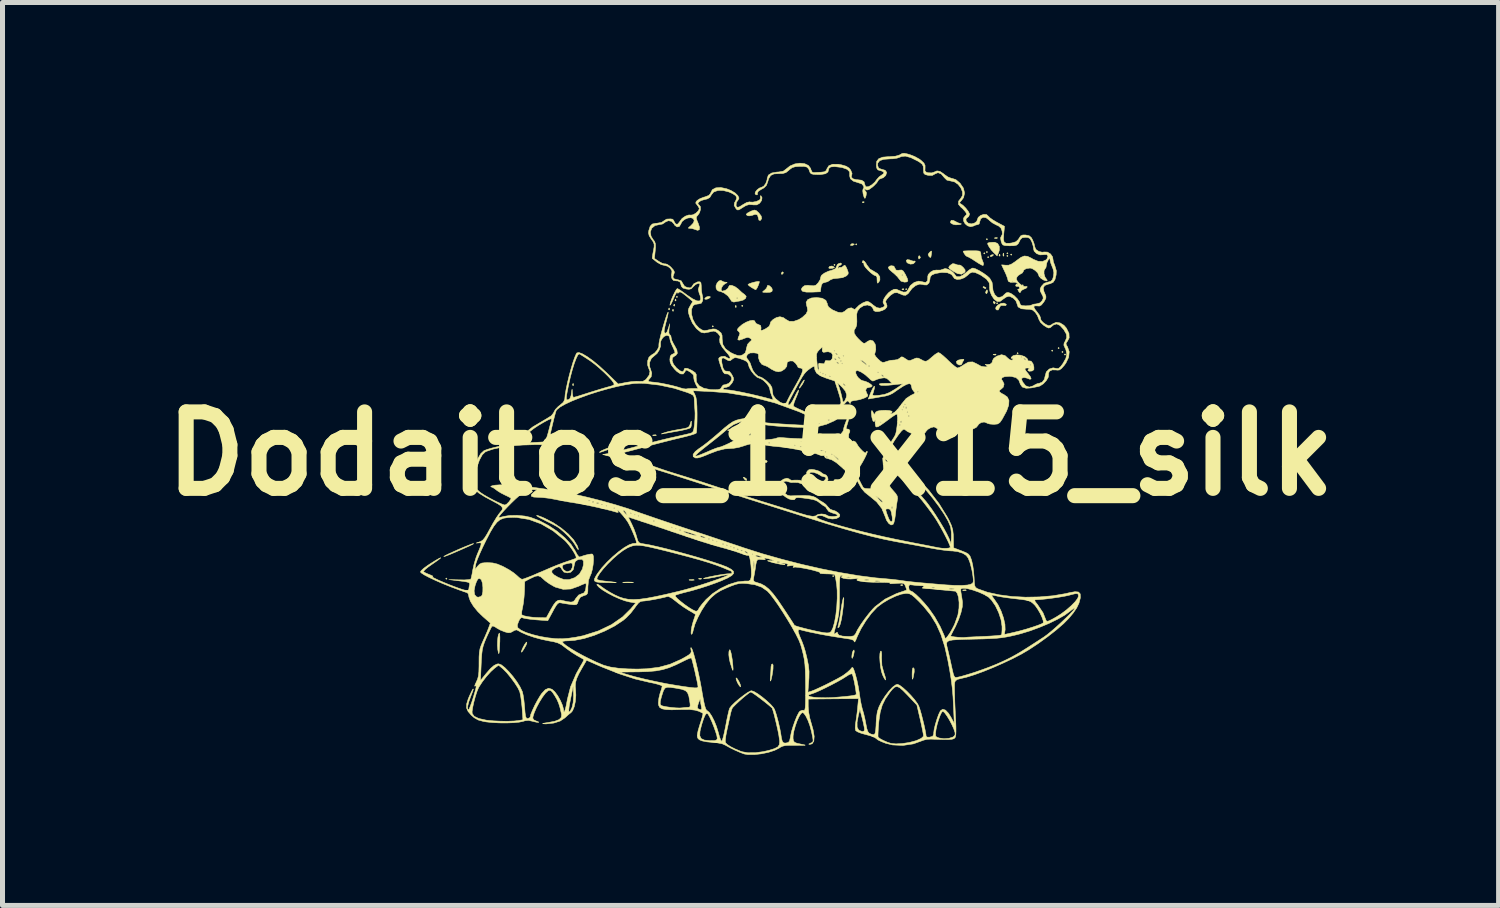
<source format=kicad_pcb>
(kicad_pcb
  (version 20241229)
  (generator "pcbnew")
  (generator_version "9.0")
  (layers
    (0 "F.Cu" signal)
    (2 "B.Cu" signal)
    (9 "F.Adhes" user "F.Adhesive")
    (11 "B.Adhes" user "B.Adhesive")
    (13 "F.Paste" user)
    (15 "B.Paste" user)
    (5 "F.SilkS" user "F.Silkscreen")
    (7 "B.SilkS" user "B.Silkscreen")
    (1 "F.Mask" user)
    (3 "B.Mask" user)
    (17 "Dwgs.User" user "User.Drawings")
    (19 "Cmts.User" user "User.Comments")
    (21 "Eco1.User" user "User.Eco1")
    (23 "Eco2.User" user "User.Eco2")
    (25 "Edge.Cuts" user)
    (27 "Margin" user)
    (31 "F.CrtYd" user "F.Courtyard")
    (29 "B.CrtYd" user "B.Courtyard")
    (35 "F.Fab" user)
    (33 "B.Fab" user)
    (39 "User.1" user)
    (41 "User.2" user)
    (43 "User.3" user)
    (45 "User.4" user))
  (footprint "Dodaitos_15x15_silk"
    (layer "F.Cu")
    (at 11.909 5.994)
    (property "Reference" "Dodaitos_15x15_silk" (at 0 0 0) (layer "F.SilkS") (effects (font (size 1.524 1.524) (thickness 0.3))))
    (attr through_hole)
    (fp_poly (pts (xy -6.05 2.489) (xy -6.063 2.502) (xy -6.076 2.489) (xy -6.063 2.476) (xy -6.05 2.489)) (stroke (width 0.01) (type solid)) (fill yes) (layer "F.SilkS"))
    (fp_poly (pts (xy -1.455 -3.127) (xy -1.468 -3.114) (xy -1.481 -3.127) (xy -1.468 -3.14) (xy -1.455 -3.127)) (stroke (width 0.01) (type solid)) (fill yes) (layer "F.SilkS"))
    (fp_poly (pts (xy -0.74 -2.54) (xy -0.753 -2.527) (xy -0.766 -2.54) (xy -0.753 -2.553) (xy -0.74 -2.54)) (stroke (width 0.01) (type solid)) (fill yes) (layer "F.SilkS"))
    (fp_poly (pts (xy -0.153 -2.948) (xy -0.166 -2.936) (xy -0.179 -2.948) (xy -0.166 -2.961) (xy -0.153 -2.948)) (stroke (width 0.01) (type solid)) (fill yes) (layer "F.SilkS"))
    (fp_poly (pts (xy 1.659 2.438) (xy 1.647 2.451) (xy 1.634 2.438) (xy 1.647 2.425) (xy 1.659 2.438)) (stroke (width 0.01) (type solid)) (fill yes) (layer "F.SilkS"))
    (fp_poly (pts (xy 1.685 -3.765) (xy 1.672 -3.753) (xy 1.659 -3.765) (xy 1.672 -3.778) (xy 1.685 -3.765)) (stroke (width 0.01) (type solid)) (fill yes) (layer "F.SilkS"))
    (fp_poly (pts (xy 2.119 -4.174) (xy 2.106 -4.161) (xy 2.093 -4.174) (xy 2.106 -4.187) (xy 2.119 -4.174)) (stroke (width 0.01) (type solid)) (fill yes) (layer "F.SilkS"))
    (fp_poly (pts (xy 3.114 -3.28) (xy 3.102 -3.268) (xy 3.089 -3.28) (xy 3.102 -3.293) (xy 3.114 -3.28)) (stroke (width 0.01) (type solid)) (fill yes) (layer "F.SilkS"))
    (fp_poly (pts (xy 4.672 -3.995) (xy 4.659 -3.982) (xy 4.646 -3.995) (xy 4.659 -4.008) (xy 4.672 -3.995)) (stroke (width 0.01) (type solid)) (fill yes) (layer "F.SilkS"))
    (fp_poly (pts (xy 4.723 -4.276) (xy 4.71 -4.263) (xy 4.697 -4.276) (xy 4.71 -4.289) (xy 4.723 -4.276)) (stroke (width 0.01) (type solid)) (fill yes) (layer "F.SilkS"))
    (fp_poly (pts (xy 4.723 -4.021) (xy 4.71 -4.008) (xy 4.697 -4.021) (xy 4.71 -4.033) (xy 4.723 -4.021)) (stroke (width 0.01) (type solid)) (fill yes) (layer "F.SilkS"))
    (fp_poly (pts (xy 4.748 -3.918) (xy 4.735 -3.906) (xy 4.723 -3.918) (xy 4.735 -3.931) (xy 4.748 -3.918)) (stroke (width 0.01) (type solid)) (fill yes) (layer "F.SilkS"))
    (fp_poly (pts (xy 4.927 -2.999) (xy 4.914 -2.987) (xy 4.901 -2.999) (xy 4.914 -3.012) (xy 4.927 -2.999)) (stroke (width 0.01) (type solid)) (fill yes) (layer "F.SilkS"))
    (fp_poly (pts (xy 5.131 -3.995) (xy 5.118 -3.982) (xy 5.106 -3.995) (xy 5.118 -4.008) (xy 5.131 -3.995)) (stroke (width 0.01) (type solid)) (fill yes) (layer "F.SilkS"))
    (fp_poly (pts (xy 5.131 -3.944) (xy 5.118 -3.931) (xy 5.106 -3.944) (xy 5.118 -3.957) (xy 5.131 -3.944)) (stroke (width 0.01) (type solid)) (fill yes) (layer "F.SilkS"))
    (fp_poly (pts (xy 5.208 -3.97) (xy 5.195 -3.957) (xy 5.182 -3.97) (xy 5.195 -3.982) (xy 5.208 -3.97)) (stroke (width 0.01) (type solid)) (fill yes) (layer "F.SilkS"))
    (fp_poly (pts (xy 5.335 -2.004) (xy 5.323 -1.991) (xy 5.31 -2.004) (xy 5.323 -2.017) (xy 5.335 -2.004)) (stroke (width 0.01) (type solid)) (fill yes) (layer "F.SilkS"))
    (fp_poly (pts (xy 5.437 -3.357) (xy 5.425 -3.344) (xy 5.412 -3.357) (xy 5.425 -3.37) (xy 5.437 -3.357)) (stroke (width 0.01) (type solid)) (fill yes) (layer "F.SilkS"))
    (fp_poly (pts (xy 6.025 -2.055) (xy 6.012 -2.042) (xy 5.999 -2.055) (xy 6.012 -2.068) (xy 6.025 -2.055)) (stroke (width 0.01) (type solid)) (fill yes) (layer "F.SilkS"))
    (fp_poly (pts (xy 6.152 -2.106) (xy 6.139 -2.093) (xy 6.127 -2.106) (xy 6.139 -2.119) (xy 6.152 -2.106)) (stroke (width 0.01) (type solid)) (fill yes) (layer "F.SilkS"))
    (fp_poly (pts (xy 6.229 -2.029) (xy 6.216 -2.017) (xy 6.203 -2.029) (xy 6.216 -2.042) (xy 6.229 -2.029)) (stroke (width 0.01) (type solid)) (fill yes) (layer "F.SilkS"))
    (fp_poly (pts (xy 6.28 -1.978) (xy 6.267 -1.966) (xy 6.254 -1.978) (xy 6.267 -1.991) (xy 6.28 -1.978)) (stroke (width 0.01) (type solid)) (fill yes) (layer "F.SilkS"))
    (fp_poly (pts (xy -3.531 -1.396) (xy -3.528 -1.365) (xy -3.531 -1.361) (xy -3.546 -1.365) (xy -3.548 -1.378) (xy -3.539 -1.4) (xy -3.531 -1.396)) (stroke (width 0.01) (type solid)) (fill yes) (layer "F.SilkS"))
    (fp_poly (pts (xy -2.561 -0.196) (xy -2.565 -0.181) (xy -2.578 -0.179) (xy -2.599 -0.188) (xy -2.595 -0.196) (xy -2.565 -0.199) (xy -2.561 -0.196)) (stroke (width 0.01) (type solid)) (fill yes) (layer "F.SilkS"))
    (fp_poly (pts (xy -2.204 -0.298) (xy -2.207 -0.283) (xy -2.221 -0.281) (xy -2.242 -0.29) (xy -2.238 -0.298) (xy -2.208 -0.301) (xy -2.204 -0.298)) (stroke (width 0.01) (type solid)) (fill yes) (layer "F.SilkS"))
    (fp_poly (pts (xy -2.1 -0.322) (xy -2.108 -0.31) (xy -2.134 -0.308) (xy -2.161 -0.315) (xy -2.149 -0.324) (xy -2.109 -0.327) (xy -2.1 -0.322)) (stroke (width 0.01) (type solid)) (fill yes) (layer "F.SilkS"))
    (fp_poly (pts (xy -1.998 -0.347) (xy -2.006 -0.336) (xy -2.032 -0.334) (xy -2.059 -0.34) (xy -2.047 -0.349) (xy -2.007 -0.352) (xy -1.998 -0.347)) (stroke (width 0.01) (type solid)) (fill yes) (layer "F.SilkS"))
    (fp_poly (pts (xy -1.883 -0.374) (xy -1.879 -0.365) (xy -1.915 -0.361) (xy -1.951 -0.365) (xy -1.946 -0.374) (xy -1.894 -0.378) (xy -1.883 -0.374)) (stroke (width 0.01) (type solid)) (fill yes) (layer "F.SilkS"))
    (fp_poly (pts (xy -1.617 -2.902) (xy -1.614 -2.871) (xy -1.617 -2.868) (xy -1.632 -2.871) (xy -1.634 -2.885) (xy -1.624 -2.906) (xy -1.617 -2.902)) (stroke (width 0.01) (type solid)) (fill yes) (layer "F.SilkS"))
    (fp_poly (pts (xy -1.54 -2.876) (xy -1.537 -2.846) (xy -1.54 -2.842) (xy -1.555 -2.846) (xy -1.557 -2.859) (xy -1.548 -2.88) (xy -1.54 -2.876)) (stroke (width 0.01) (type solid)) (fill yes) (layer "F.SilkS"))
    (fp_poly (pts (xy -1.515 -2.978) (xy -1.512 -2.948) (xy -1.515 -2.944) (xy -1.53 -2.948) (xy -1.532 -2.961) (xy -1.522 -2.982) (xy -1.515 -2.978)) (stroke (width 0.01) (type solid)) (fill yes) (layer "F.SilkS"))
    (fp_poly (pts (xy -1.489 -3.08) (xy -1.486 -3.05) (xy -1.489 -3.046) (xy -1.504 -3.05) (xy -1.506 -3.063) (xy -1.497 -3.084) (xy -1.489 -3.08)) (stroke (width 0.01) (type solid)) (fill yes) (layer "F.SilkS"))
    (fp_poly (pts (xy -0.977 2.486) (xy -0.985 2.498) (xy -1.01 2.5) (xy -1.038 2.493) (xy -1.026 2.484) (xy -0.986 2.481) (xy -0.977 2.486)) (stroke (width 0.01) (type solid)) (fill yes) (layer "F.SilkS"))
    (fp_poly (pts (xy -0.289 -2.953) (xy -0.286 -2.922) (xy -0.289 -2.919) (xy -0.304 -2.922) (xy -0.306 -2.936) (xy -0.297 -2.957) (xy -0.289 -2.953)) (stroke (width 0.01) (type solid)) (fill yes) (layer "F.SilkS"))
    (fp_poly (pts (xy 2.263 -5.02) (xy 2.26 -5.005) (xy 2.246 -5.003) (xy 2.225 -5.013) (xy 2.229 -5.02) (xy 2.26 -5.023) (xy 2.263 -5.02)) (stroke (width 0.01) (type solid)) (fill yes) (layer "F.SilkS"))
    (fp_poly (pts (xy 3.029 2.612) (xy 3.026 2.628) (xy 3.012 2.629) (xy 2.991 2.62) (xy 2.995 2.612) (xy 3.026 2.609) (xy 3.029 2.612)) (stroke (width 0.01) (type solid)) (fill yes) (layer "F.SilkS"))
    (fp_poly (pts (xy 3.055 -3.285) (xy 3.051 -3.269) (xy 3.038 -3.268) (xy 3.017 -3.277) (xy 3.021 -3.285) (xy 3.051 -3.288) (xy 3.055 -3.285)) (stroke (width 0.01) (type solid)) (fill yes) (layer "F.SilkS"))
    (fp_poly (pts (xy 4.295 2.715) (xy 4.298 2.724) (xy 4.263 2.727) (xy 4.227 2.723) (xy 4.231 2.715) (xy 4.283 2.711) (xy 4.295 2.715)) (stroke (width 0.01) (type solid)) (fill yes) (layer "F.SilkS"))
    (fp_poly (pts (xy 4.894 -1.981) (xy 4.887 -1.969) (xy 4.861 -1.968) (xy 4.834 -1.974) (xy 4.845 -1.983) (xy 4.885 -1.986) (xy 4.894 -1.981)) (stroke (width 0.01) (type solid)) (fill yes) (layer "F.SilkS"))
    (fp_poly (pts (xy 4.92 -4.304) (xy 4.912 -4.292) (xy 4.886 -4.291) (xy 4.859 -4.297) (xy 4.871 -4.306) (xy 4.911 -4.309) (xy 4.92 -4.304)) (stroke (width 0.01) (type solid)) (fill yes) (layer "F.SilkS"))
    (fp_poly (pts (xy 4.969 -3.974) (xy 4.972 -3.944) (xy 4.969 -3.94) (xy 4.954 -3.943) (xy 4.952 -3.957) (xy 4.962 -3.978) (xy 4.969 -3.974)) (stroke (width 0.01) (type solid)) (fill yes) (layer "F.SilkS"))
    (fp_poly (pts (xy 5.046 -3.987) (xy 5.049 -3.947) (xy 5.044 -3.938) (xy 5.033 -3.946) (xy 5.031 -3.972) (xy 5.037 -3.999) (xy 5.046 -3.987)) (stroke (width 0.01) (type solid)) (fill yes) (layer "F.SilkS"))
    (fp_poly (pts (xy 3.37 -3.944) (xy 3.385 -3.913) (xy 3.381 -3.904) (xy 3.357 -3.881) (xy 3.345 -3.907) (xy 3.344 -3.92) (xy 3.357 -3.946) (xy 3.37 -3.944)) (stroke (width 0.01) (type solid)) (fill yes) (layer "F.SilkS"))
    (fp_poly (pts (xy 4.657 -3.328) (xy 4.693 -3.308) (xy 4.687 -3.294) (xy 4.673 -3.293) (xy 4.638 -3.312) (xy 4.633 -3.318) (xy 4.638 -3.333) (xy 4.657 -3.328)) (stroke (width 0.01) (type solid)) (fill yes) (layer "F.SilkS"))
    (fp_poly (pts (xy 4.837 -3.956) (xy 4.81 -3.935) (xy 4.781 -3.932) (xy 4.774 -3.941) (xy 4.794 -3.958) (xy 4.813 -3.967) (xy 4.84 -3.968) (xy 4.837 -3.956)) (stroke (width 0.01) (type solid)) (fill yes) (layer "F.SilkS"))
    (fp_poly (pts (xy -1.13 2.51) (xy -1.122 2.517) (xy -1.157 2.521) (xy -1.174 2.521) (xy -1.221 2.519) (xy -1.226 2.512) (xy -1.219 2.51) (xy -1.154 2.506) (xy -1.13 2.51)) (stroke (width 0.01) (type solid)) (fill yes) (layer "F.SilkS"))
    (fp_poly (pts (xy -0.805 -3.133) (xy -0.805 -3.115) (xy -0.838 -3.092) (xy -0.869 -3.081) (xy -0.909 -3.08) (xy -0.912 -3.097) (xy -0.882 -3.124) (xy -0.844 -3.136) (xy -0.805 -3.133)) (stroke (width 0.01) (type solid)) (fill yes) (layer "F.SilkS"))
    (fp_poly (pts (xy -0.127 0.471) (xy -0.118 0.474) (xy -0.083 0.499) (xy -0.077 0.513) (xy -0.085 0.535) (xy -0.115 0.513) (xy -0.128 0.497) (xy -0.147 0.47) (xy -0.127 0.471)) (stroke (width 0.01) (type solid)) (fill yes) (layer "F.SilkS"))
    (fp_poly (pts (xy 0.11 0.376) (xy 0.115 0.383) (xy 0.114 0.406) (xy 0.105 0.408) (xy 0.069 0.39) (xy 0.064 0.383) (xy 0.065 0.359) (xy 0.074 0.357) (xy 0.11 0.376)) (stroke (width 0.01) (type solid)) (fill yes) (layer "F.SilkS"))
    (fp_poly (pts (xy 0.179 0.294) (xy 0.203 0.317) (xy 0.204 0.321) (xy 0.184 0.332) (xy 0.179 0.332) (xy 0.154 0.312) (xy 0.153 0.305) (xy 0.169 0.29) (xy 0.179 0.294)) (stroke (width 0.01) (type solid)) (fill yes) (layer "F.SilkS"))
    (fp_poly (pts (xy 0.331 0.147) (xy 0.332 0.153) (xy 0.312 0.178) (xy 0.306 0.179) (xy 0.282 0.159) (xy 0.281 0.153) (xy 0.3 0.128) (xy 0.306 0.128) (xy 0.331 0.147)) (stroke (width 0.01) (type solid)) (fill yes) (layer "F.SilkS"))
    (fp_poly (pts (xy 0.655 -3.609) (xy 0.651 -3.599) (xy 0.628 -3.575) (xy 0.624 -3.574) (xy 0.613 -3.594) (xy 0.613 -3.599) (xy 0.632 -3.624) (xy 0.64 -3.625) (xy 0.655 -3.609)) (stroke (width 0.01) (type solid)) (fill yes) (layer "F.SilkS"))
    (fp_poly (pts (xy 1.65 -3.732) (xy 1.672 -3.714) (xy 1.651 -3.702) (xy 1.624 -3.696) (xy 1.575 -3.693) (xy 1.557 -3.704) (xy 1.577 -3.736) (xy 1.623 -3.742) (xy 1.65 -3.732)) (stroke (width 0.01) (type solid)) (fill yes) (layer "F.SilkS"))
    (fp_poly (pts (xy 2.064 -4.181) (xy 2.068 -4.176) (xy 2.048 -4.16) (xy 2.029 -4.152) (xy 1.997 -4.151) (xy 1.991 -4.162) (xy 2.012 -4.184) (xy 2.029 -4.187) (xy 2.064 -4.181)) (stroke (width 0.01) (type solid)) (fill yes) (layer "F.SilkS"))
    (fp_poly (pts (xy 4.722 -3.247) (xy 4.723 -3.229) (xy 4.709 -3.195) (xy 4.698 -3.191) (xy 4.684 -3.21) (xy 4.688 -3.229) (xy 4.706 -3.263) (xy 4.713 -3.268) (xy 4.722 -3.247)) (stroke (width 0.01) (type solid)) (fill yes) (layer "F.SilkS"))
    (fp_poly (pts (xy 4.875 -3.019) (xy 4.876 -3.012) (xy 4.867 -2.987) (xy 4.865 -2.987) (xy 4.843 -3.005) (xy 4.837 -3.012) (xy 4.84 -3.036) (xy 4.849 -3.038) (xy 4.875 -3.019)) (stroke (width 0.01) (type solid)) (fill yes) (layer "F.SilkS"))
    (fp_poly (pts (xy 3.61 -4.03) (xy 3.605 -3.982) (xy 3.595 -3.924) (xy 3.582 -3.91) (xy 3.558 -3.932) (xy 3.552 -3.94) (xy 3.539 -3.976) (xy 3.57 -4.017) (xy 3.601 -4.042) (xy 3.61 -4.03)) (stroke (width 0.01) (type solid)) (fill yes) (layer "F.SilkS"))
    (fp_poly (pts (xy -4.346 0.742) (xy -4.352 0.756) (xy -4.379 0.778) (xy -4.434 0.806) (xy -4.485 0.816) (xy -4.516 0.804) (xy -4.518 0.794) (xy -4.496 0.765) (xy -4.438 0.745) (xy -4.384 0.74) (xy -4.346 0.742)) (stroke (width 0.01) (type solid)) (fill yes) (layer "F.SilkS"))
    (fp_poly (pts (xy 2.066 3.935) (xy 2.066 3.944) (xy 2.054 4.011) (xy 2.042 4.046) (xy 2.026 4.078) (xy 2.02 4.065) (xy 2.019 4.033) (xy 2.027 3.968) (xy 2.042 3.931) (xy 2.061 3.91) (xy 2.066 3.935)) (stroke (width 0.01) (type solid)) (fill yes) (layer "F.SilkS"))
    (fp_poly (pts (xy -2.359 2.559) (xy -2.355 2.56) (xy -2.331 2.564) (xy -2.353 2.568) (xy -2.416 2.57) (xy -2.438 2.57) (xy -2.512 2.569) (xy -2.549 2.566) (xy -2.542 2.561) (xy -2.534 2.56) (xy -2.45 2.556) (xy -2.359 2.559)) (stroke (width 0.01) (type solid)) (fill yes) (layer "F.SilkS"))
    (fp_poly (pts (xy 3.261 4.286) (xy 3.262 4.348) (xy 3.245 4.441) (xy 3.242 4.455) (xy 3.231 4.492) (xy 3.224 4.489) (xy 3.221 4.442) (xy 3.22 4.397) (xy 3.222 4.322) (xy 3.232 4.273) (xy 3.242 4.263) (xy 3.261 4.286)) (stroke (width 0.01) (type solid)) (fill yes) (layer "F.SilkS"))
    (fp_poly (pts (xy -4.458 3.772) (xy -4.476 3.818) (xy -4.479 3.823) (xy -4.523 3.901) (xy -4.555 3.947) (xy -4.569 3.954) (xy -4.569 3.951) (xy -4.558 3.912) (xy -4.532 3.854) (xy -4.5 3.797) (xy -4.472 3.759) (xy -4.462 3.753) (xy -4.458 3.772)) (stroke (width 0.01) (type solid)) (fill yes) (layer "F.SilkS"))
    (fp_poly (pts (xy -0.262 4.488) (xy -0.231 4.54) (xy -0.222 4.557) (xy -0.2 4.613) (xy -0.197 4.644) (xy -0.2 4.646) (xy -0.223 4.625) (xy -0.254 4.574) (xy -0.263 4.557) (xy -0.285 4.5) (xy -0.289 4.469) (xy -0.285 4.467) (xy -0.262 4.488)) (stroke (width 0.01) (type solid)) (fill yes) (layer "F.SilkS"))
    (fp_poly (pts (xy 1.072 -1.468) (xy 1.059 -1.431) (xy 1.027 -1.374) (xy 1.021 -1.366) (xy 0.988 -1.321) (xy 0.971 -1.306) (xy 0.97 -1.308) (xy 0.982 -1.34) (xy 1.012 -1.395) (xy 1.021 -1.41) (xy 1.053 -1.456) (xy 1.071 -1.471) (xy 1.072 -1.468)) (stroke (width 0.01) (type solid)) (fill yes) (layer "F.SilkS"))
    (fp_poly (pts (xy 3.173 -3.863) (xy 3.191 -3.855) (xy 3.242 -3.839) (xy 3.268 -3.842) (xy 3.282 -3.837) (xy 3.277 -3.818) (xy 3.242 -3.786) (xy 3.185 -3.78) (xy 3.131 -3.801) (xy 3.116 -3.814) (xy 3.102 -3.852) (xy 3.124 -3.87) (xy 3.173 -3.863)) (stroke (width 0.01) (type solid)) (fill yes) (layer "F.SilkS"))
    (fp_poly (pts (xy 4.042 -4.651) (xy 4.071 -4.636) (xy 4.134 -4.604) (xy 4.175 -4.59) (xy 4.203 -4.581) (xy 4.186 -4.572) (xy 4.159 -4.566) (xy 4.086 -4.563) (xy 4.037 -4.573) (xy 3.994 -4.597) (xy 3.982 -4.615) (xy 3.999 -4.653) (xy 4.042 -4.651)) (stroke (width 0.01) (type solid)) (fill yes) (layer "F.SilkS"))
    (fp_poly (pts (xy 4.25 -1.866) (xy 4.244 -1.859) (xy 4.219 -1.815) (xy 4.216 -1.8) (xy 4.196 -1.772) (xy 4.154 -1.77) (xy 4.113 -1.796) (xy 4.113 -1.796) (xy 4.1 -1.837) (xy 4.137 -1.866) (xy 4.21 -1.883) (xy 4.251 -1.884) (xy 4.25 -1.866)) (stroke (width 0.01) (type solid)) (fill yes) (layer "F.SilkS"))
    (fp_poly (pts (xy 4.87 -4.215) (xy 4.926 -4.19) (xy 4.958 -4.133) (xy 4.958 -4.057) (xy 4.945 -4.015) (xy 4.914 -3.944) (xy 4.847 -4.008) (xy 4.797 -4.063) (xy 4.754 -4.124) (xy 4.728 -4.174) (xy 4.727 -4.199) (xy 4.764 -4.211) (xy 4.832 -4.216) (xy 4.87 -4.215)) (stroke (width 0.01) (type solid)) (fill yes) (layer "F.SilkS"))
    (fp_poly (pts (xy 0.377 -3.347) (xy 0.383 -3.344) (xy 0.424 -3.302) (xy 0.434 -3.267) (xy 0.426 -3.234) (xy 0.392 -3.22) (xy 0.326 -3.216) (xy 0.26 -3.218) (xy 0.239 -3.224) (xy 0.255 -3.242) (xy 0.275 -3.256) (xy 0.318 -3.299) (xy 0.332 -3.334) (xy 0.341 -3.358) (xy 0.377 -3.347)) (stroke (width 0.01) (type solid)) (fill yes) (layer "F.SilkS"))
    (fp_poly (pts (xy 0.449 4.21) (xy 0.448 4.28) (xy 0.444 4.321) (xy 0.429 4.416) (xy 0.414 4.486) (xy 0.402 4.525) (xy 0.394 4.529) (xy 0.392 4.491) (xy 0.395 4.442) (xy 0.403 4.352) (xy 0.407 4.274) (xy 0.408 4.244) (xy 0.418 4.199) (xy 0.435 4.187) (xy 0.449 4.21)) (stroke (width 0.01) (type solid)) (fill yes) (layer "F.SilkS"))
    (fp_poly (pts (xy -4.999 3.597) (xy -4.996 3.659) (xy -4.997 3.746) (xy -4.998 3.759) (xy -5.004 3.881) (xy -5.01 3.955) (xy -5.017 3.984) (xy -5.025 3.971) (xy -5.035 3.919) (xy -5.038 3.903) (xy -5.045 3.823) (xy -5.043 3.735) (xy -5.035 3.655) (xy -5.022 3.596) (xy -5.006 3.574) (xy -4.999 3.597)) (stroke (width 0.01) (type solid)) (fill yes) (layer "F.SilkS"))
    (fp_poly (pts (xy 5.094 -2.98) (xy 5.098 -2.971) (xy 5.085 -2.953) (xy 5.041 -2.955) (xy 4.988 -2.955) (xy 4.963 -2.922) (xy 4.961 -2.913) (xy 4.936 -2.866) (xy 4.905 -2.867) (xy 4.886 -2.888) (xy 4.891 -2.923) (xy 4.93 -2.965) (xy 4.93 -2.965) (xy 4.994 -2.998) (xy 5.054 -3.003) (xy 5.094 -2.98)) (stroke (width 0.01) (type solid)) (fill yes) (layer "F.SilkS"))
    (fp_poly (pts (xy -2.639 -0.172) (xy -2.655 -0.158) (xy -2.708 -0.133) (xy -2.787 -0.103) (xy -2.788 -0.102) (xy -2.897 -0.063) (xy -2.965 -0.039) (xy -3.001 -0.028) (xy -3.012 -0.028) (xy -3.006 -0.036) (xy -2.999 -0.043) (xy -2.964 -0.064) (xy -2.899 -0.092) (xy -2.82 -0.123) (xy -2.74 -0.15) (xy -2.676 -0.168) (xy -2.641 -0.173) (xy -2.639 -0.172)) (stroke (width 0.01) (type solid)) (fill yes) (layer "F.SilkS"))
    (fp_poly (pts (xy -0.4 3.929) (xy -0.384 3.991) (xy -0.369 4.079) (xy -0.365 4.104) (xy -0.353 4.214) (xy -0.348 4.286) (xy -0.351 4.317) (xy -0.362 4.303) (xy -0.367 4.286) (xy -0.382 4.238) (xy -0.404 4.17) (xy -0.406 4.164) (xy -0.424 4.086) (xy -0.433 4.008) (xy -0.431 3.943) (xy -0.419 3.908) (xy -0.413 3.906) (xy -0.4 3.929)) (stroke (width 0.01) (type solid)) (fill yes) (layer "F.SilkS"))
    (fp_poly (pts (xy 0.174 -3.434) (xy 0.174 -3.434) (xy 0.172 -3.407) (xy 0.154 -3.357) (xy 0.13 -3.305) (xy 0.108 -3.273) (xy 0.102 -3.27) (xy 0.074 -3.283) (xy 0.022 -3.313) (xy 0.019 -3.315) (xy -0.029 -3.348) (xy -0.051 -3.372) (xy -0.051 -3.373) (xy -0.029 -3.388) (xy 0.024 -3.407) (xy 0.088 -3.424) (xy 0.145 -3.435) (xy 0.174 -3.434)) (stroke (width 0.01) (type solid)) (fill yes) (layer "F.SilkS"))
    (fp_poly (pts (xy 2.61 3.954) (xy 2.613 4.013) (xy 2.611 4.065) (xy 2.618 4.219) (xy 2.653 4.35) (xy 2.683 4.443) (xy 2.694 4.497) (xy 2.688 4.509) (xy 2.665 4.476) (xy 2.631 4.407) (xy 2.609 4.339) (xy 2.591 4.249) (xy 2.58 4.151) (xy 2.575 4.059) (xy 2.578 3.983) (xy 2.589 3.938) (xy 2.6 3.931) (xy 2.61 3.954)) (stroke (width 0.01) (type solid)) (fill yes) (layer "F.SilkS"))
    (fp_poly (pts (xy 1.859 2.897) (xy 1.854 2.976) (xy 1.851 3.012) (xy 1.832 3.169) (xy 1.811 3.3) (xy 1.787 3.397) (xy 1.764 3.453) (xy 1.755 3.463) (xy 1.738 3.462) (xy 1.746 3.432) (xy 1.757 3.387) (xy 1.773 3.304) (xy 1.79 3.199) (xy 1.8 3.131) (xy 1.818 3.011) (xy 1.835 2.925) (xy 1.848 2.875) (xy 1.857 2.865) (xy 1.859 2.897)) (stroke (width 0.01) (type solid)) (fill yes) (layer "F.SilkS"))
    (fp_poly (pts (xy 4.077 -3.782) (xy 4.085 -3.778) (xy 4.134 -3.761) (xy 4.158 -3.763) (xy 4.188 -3.756) (xy 4.232 -3.72) (xy 4.238 -3.714) (xy 4.275 -3.667) (xy 4.277 -3.633) (xy 4.264 -3.613) (xy 4.206 -3.579) (xy 4.125 -3.591) (xy 4.027 -3.645) (xy 3.969 -3.686) (xy 3.949 -3.712) (xy 3.96 -3.736) (xy 3.982 -3.758) (xy 4.03 -3.79) (xy 4.077 -3.782)) (stroke (width 0.01) (type solid)) (fill yes) (layer "F.SilkS"))
    (fp_poly (pts (xy -5.521 1.789) (xy -5.522 1.795) (xy -5.553 1.812) (xy -5.617 1.843) (xy -5.718 1.888) (xy -5.862 1.951) (xy -5.922 1.977) (xy -6.013 2.015) (xy -6.079 2.04) (xy -6.113 2.049) (xy -6.114 2.046) (xy -6.082 2.027) (xy -6.015 1.994) (xy -5.925 1.953) (xy -5.822 1.907) (xy -5.719 1.863) (xy -5.627 1.826) (xy -5.557 1.799) (xy -5.522 1.789) (xy -5.521 1.789)) (stroke (width 0.01) (type solid)) (fill yes) (layer "F.SilkS"))
    (fp_poly (pts (xy 0.117 -4.845) (xy 0.166 -4.799) (xy 0.212 -4.738) (xy 0.222 -4.689) (xy 0.221 -4.686) (xy 0.194 -4.649) (xy 0.167 -4.657) (xy 0.153 -4.705) (xy 0.153 -4.71) (xy 0.137 -4.761) (xy 0.091 -4.773) (xy 0.03 -4.751) (xy -0.029 -4.741) (xy -0.06 -4.746) (xy -0.087 -4.766) (xy -0.069 -4.793) (xy -0.004 -4.829) (xy 0.029 -4.843) (xy 0.077 -4.858) (xy 0.117 -4.845)) (stroke (width 0.01) (type solid)) (fill yes) (layer "F.SilkS"))
    (fp_poly (pts (xy 4.505 -4.045) (xy 4.557 -4.04) (xy 4.581 -4.025) (xy 4.589 -3.997) (xy 4.59 -3.978) (xy 4.601 -3.905) (xy 4.619 -3.858) (xy 4.643 -3.796) (xy 4.64 -3.759) (xy 4.627 -3.753) (xy 4.597 -3.766) (xy 4.538 -3.8) (xy 4.474 -3.842) (xy 4.401 -3.889) (xy 4.343 -3.921) (xy 4.316 -3.931) (xy 4.288 -3.95) (xy 4.257 -3.992) (xy 4.238 -4.033) (xy 4.238 -4.038) (xy 4.261 -4.042) (xy 4.322 -4.045) (xy 4.409 -4.046) (xy 4.413 -4.046) (xy 4.505 -4.045)) (stroke (width 0.01) (type solid)) (fill yes) (layer "F.SilkS"))
    (fp_poly (pts (xy -4.233 1.234) (xy -4.157 1.262) (xy -4.1 1.287) (xy -3.931 1.375) (xy -3.773 1.481) (xy -3.634 1.597) (xy -3.525 1.716) (xy -3.455 1.83) (xy -3.447 1.848) (xy -3.431 1.901) (xy -3.436 1.911) (xy -3.459 1.882) (xy -3.494 1.819) (xy -3.543 1.747) (xy -3.618 1.66) (xy -3.708 1.571) (xy -3.797 1.494) (xy -3.843 1.461) (xy -3.888 1.435) (xy -3.965 1.394) (xy -4.061 1.346) (xy -4.097 1.328) (xy -4.197 1.277) (xy -4.253 1.243) (xy -4.265 1.228) (xy -4.233 1.234)) (stroke (width 0.01) (type solid)) (fill yes) (layer "F.SilkS"))
    (fp_poly (pts (xy -1.177 -0.613) (xy -1.183 -0.552) (xy -1.194 -0.521) (xy -1.226 -0.504) (xy -1.296 -0.484) (xy -1.393 -0.462) (xy -1.455 -0.451) (xy -1.568 -0.431) (xy -1.668 -0.413) (xy -1.74 -0.4) (xy -1.761 -0.396) (xy -1.779 -0.395) (xy -1.752 -0.407) (xy -1.719 -0.419) (xy -1.639 -0.442) (xy -1.531 -0.466) (xy -1.42 -0.486) (xy -1.418 -0.486) (xy -1.32 -0.503) (xy -1.26 -0.519) (xy -1.228 -0.54) (xy -1.21 -0.573) (xy -1.202 -0.597) (xy -1.186 -0.647) (xy -1.179 -0.65) (xy -1.177 -0.613)) (stroke (width 0.01) (type solid)) (fill yes) (layer "F.SilkS"))
    (fp_poly (pts (xy 2.271 -3.835) (xy 2.305 -3.787) (xy 2.314 -3.768) (xy 2.382 -3.68) (xy 2.45 -3.641) (xy 2.531 -3.592) (xy 2.576 -3.53) (xy 2.578 -3.464) (xy 2.563 -3.434) (xy 2.536 -3.4) (xy 2.526 -3.409) (xy 2.523 -3.435) (xy 2.52 -3.493) (xy 2.52 -3.516) (xy 2.502 -3.546) (xy 2.49 -3.548) (xy 2.452 -3.565) (xy 2.398 -3.606) (xy 2.34 -3.66) (xy 2.29 -3.715) (xy 2.261 -3.759) (xy 2.259 -3.777) (xy 2.262 -3.798) (xy 2.255 -3.798) (xy 2.228 -3.81) (xy 2.225 -3.816) (xy 2.236 -3.846) (xy 2.244 -3.85) (xy 2.271 -3.835)) (stroke (width 0.01) (type solid)) (fill yes) (layer "F.SilkS"))
    (fp_poly (pts (xy 2.856 -3.74) (xy 2.877 -3.701) (xy 2.898 -3.662) (xy 2.941 -3.656) (xy 2.963 -3.66) (xy 3.01 -3.663) (xy 3.044 -3.642) (xy 3.079 -3.586) (xy 3.087 -3.572) (xy 3.125 -3.492) (xy 3.136 -3.446) (xy 3.117 -3.426) (xy 3.068 -3.421) (xy 2.998 -3.44) (xy 2.963 -3.482) (xy 2.922 -3.534) (xy 2.894 -3.561) (xy 3.012 -3.561) (xy 3.025 -3.548) (xy 3.038 -3.561) (xy 3.025 -3.574) (xy 3.012 -3.561) (xy 2.894 -3.561) (xy 2.859 -3.594) (xy 2.831 -3.616) (xy 2.764 -3.674) (xy 2.744 -3.715) (xy 2.771 -3.74) (xy 2.806 -3.748) (xy 2.856 -3.74)) (stroke (width 0.01) (type solid)) (fill yes) (layer "F.SilkS"))
    (fp_poly (pts (xy -0.577 -3.447) (xy -0.532 -3.425) (xy -0.499 -3.42) (xy -0.467 -3.418) (xy -0.478 -3.405) (xy -0.511 -3.388) (xy -0.552 -3.353) (xy -0.579 -3.306) (xy -0.586 -3.264) (xy -0.567 -3.242) (xy -0.562 -3.242) (xy -0.504 -3.257) (xy -0.455 -3.293) (xy -0.434 -3.333) (xy -0.416 -3.358) (xy -0.37 -3.355) (xy -0.31 -3.33) (xy -0.249 -3.286) (xy -0.23 -3.268) (xy -0.174 -3.215) (xy -0.123 -3.177) (xy -0.12 -3.175) (xy -0.087 -3.138) (xy -0.098 -3.098) (xy -0.146 -3.064) (xy -0.2 -3.048) (xy -0.274 -3.035) (xy -0.332 -3.024) (xy -0.336 -3.024) (xy -0.378 -3.04) (xy -0.408 -3.089) (xy -0.418 -3.102) (xy -0.281 -3.102) (xy -0.268 -3.089) (xy -0.255 -3.102) (xy -0.268 -3.114) (xy -0.281 -3.102) (xy -0.418 -3.102) (xy -0.453 -3.148) (xy -0.525 -3.203) (xy -0.603 -3.237) (xy -0.636 -3.242) (xy -0.667 -3.263) (xy -0.687 -3.299) (xy -0.689 -3.351) (xy -0.667 -3.403) (xy -0.632 -3.443) (xy -0.594 -3.456) (xy -0.577 -3.447)) (stroke (width 0.01) (type solid)) (fill yes) (layer "F.SilkS"))
    (fp_poly (pts (xy 1.811 -3.792) (xy 1.812 -3.778) (xy 1.793 -3.758) (xy 1.782 -3.759) (xy 1.754 -3.743) (xy 1.744 -3.714) (xy 1.744 -3.687) (xy 1.751 -3.695) (xy 1.777 -3.717) (xy 1.787 -3.714) (xy 1.82 -3.719) (xy 1.846 -3.739) (xy 1.873 -3.758) (xy 1.894 -3.743) (xy 1.92 -3.689) (xy 1.923 -3.682) (xy 1.946 -3.619) (xy 1.945 -3.583) (xy 1.919 -3.553) (xy 1.906 -3.543) (xy 1.834 -3.51) (xy 1.733 -3.498) (xy 1.646 -3.489) (xy 1.59 -3.467) (xy 1.584 -3.461) (xy 1.536 -3.43) (xy 1.485 -3.416) (xy 1.436 -3.401) (xy 1.412 -3.361) (xy 1.404 -3.319) (xy 1.391 -3.229) (xy 1.225 -3.222) (xy 1.115 -3.222) (xy 1.045 -3.235) (xy 1.028 -3.246) (xy 1.011 -3.279) (xy 1.034 -3.319) (xy 1.037 -3.322) (xy 1.079 -3.352) (xy 1.141 -3.358) (xy 1.186 -3.353) (xy 1.259 -3.348) (xy 1.304 -3.362) (xy 1.346 -3.405) (xy 1.35 -3.41) (xy 1.386 -3.468) (xy 1.399 -3.517) (xy 1.398 -3.521) (xy 1.415 -3.558) (xy 1.469 -3.599) (xy 1.548 -3.637) (xy 1.636 -3.664) (xy 1.696 -3.692) (xy 1.71 -3.726) (xy 1.73 -3.773) (xy 1.751 -3.788) (xy 1.796 -3.802) (xy 1.811 -3.792)) (stroke (width 0.01) (type solid)) (fill yes) (layer "F.SilkS"))
    (fp_poly (pts (xy 3.122 -5.977) (xy 3.172 -5.963) (xy 3.27 -5.925) (xy 3.364 -5.873) (xy 3.397 -5.848) (xy 3.455 -5.794) (xy 3.478 -5.747) (xy 3.478 -5.695) (xy 3.476 -5.639) (xy 3.503 -5.611) (xy 3.537 -5.601) (xy 3.609 -5.598) (xy 3.654 -5.612) (xy 3.715 -5.638) (xy 3.773 -5.629) (xy 3.843 -5.583) (xy 3.864 -5.565) (xy 3.935 -5.516) (xy 4.003 -5.49) (xy 4.018 -5.488) (xy 4.091 -5.464) (xy 4.174 -5.394) (xy 4.242 -5.295) (xy 4.266 -5.196) (xy 4.245 -5.105) (xy 4.206 -5.052) (xy 4.17 -5.012) (xy 4.173 -4.99) (xy 4.185 -4.984) (xy 4.233 -4.952) (xy 4.289 -4.896) (xy 4.337 -4.834) (xy 4.364 -4.782) (xy 4.365 -4.771) (xy 4.345 -4.726) (xy 4.327 -4.713) (xy 4.293 -4.681) (xy 4.298 -4.635) (xy 4.341 -4.594) (xy 4.343 -4.593) (xy 4.402 -4.582) (xy 4.463 -4.598) (xy 4.508 -4.632) (xy 4.518 -4.661) (xy 4.538 -4.712) (xy 4.587 -4.751) (xy 4.647 -4.771) (xy 4.703 -4.768) (xy 4.738 -4.736) (xy 4.739 -4.735) (xy 4.768 -4.705) (xy 4.829 -4.661) (xy 4.907 -4.615) (xy 5.061 -4.533) (xy 5.046 -4.375) (xy 5.041 -4.276) (xy 5.054 -4.219) (xy 5.093 -4.195) (xy 5.165 -4.196) (xy 5.211 -4.203) (xy 5.289 -4.226) (xy 5.338 -4.272) (xy 5.351 -4.294) (xy 5.384 -4.343) (xy 5.427 -4.361) (xy 5.483 -4.36) (xy 5.552 -4.346) (xy 5.595 -4.309) (xy 5.621 -4.263) (xy 5.65 -4.19) (xy 5.665 -4.128) (xy 5.666 -4.12) (xy 5.689 -4.07) (xy 5.745 -4.032) (xy 5.813 -4.017) (xy 5.85 -4.022) (xy 5.916 -4.02) (xy 5.979 -3.982) (xy 6.019 -3.924) (xy 6.025 -3.891) (xy 6.036 -3.823) (xy 6.065 -3.748) (xy 6.065 -3.747) (xy 6.094 -3.648) (xy 6.09 -3.565) (xy 6.067 -3.472) (xy 6.03 -3.417) (xy 5.967 -3.388) (xy 5.934 -3.381) (xy 5.862 -3.354) (xy 5.834 -3.308) (xy 5.847 -3.235) (xy 5.862 -3.201) (xy 5.886 -3.143) (xy 5.886 -3.101) (xy 5.861 -3.051) (xy 5.843 -3.023) (xy 5.797 -2.966) (xy 5.757 -2.944) (xy 5.712 -2.947) (xy 5.658 -2.948) (xy 5.645 -2.924) (xy 5.673 -2.873) (xy 5.717 -2.818) (xy 5.76 -2.758) (xy 5.78 -2.709) (xy 5.78 -2.696) (xy 5.79 -2.661) (xy 5.83 -2.617) (xy 5.885 -2.577) (xy 5.937 -2.554) (xy 5.95 -2.553) (xy 5.994 -2.569) (xy 6.025 -2.591) (xy 6.091 -2.62) (xy 6.169 -2.608) (xy 6.246 -2.56) (xy 6.294 -2.505) (xy 6.346 -2.4) (xy 6.35 -2.31) (xy 6.315 -2.243) (xy 6.288 -2.206) (xy 6.292 -2.172) (xy 6.318 -2.129) (xy 6.351 -2.033) (xy 6.34 -1.924) (xy 6.285 -1.808) (xy 6.251 -1.761) (xy 6.196 -1.699) (xy 6.154 -1.67) (xy 6.11 -1.667) (xy 6.093 -1.67) (xy 6.013 -1.672) (xy 5.958 -1.647) (xy 5.938 -1.602) (xy 5.94 -1.585) (xy 5.933 -1.526) (xy 5.893 -1.457) (xy 5.834 -1.394) (xy 5.767 -1.351) (xy 5.743 -1.343) (xy 5.657 -1.325) (xy 5.591 -1.312) (xy 5.491 -1.306) (xy 5.417 -1.33) (xy 5.378 -1.383) (xy 5.378 -1.385) (xy 5.345 -1.469) (xy 5.291 -1.518) (xy 5.204 -1.54) (xy 5.158 -1.543) (xy 5.065 -1.537) (xy 5.012 -1.516) (xy 5.003 -1.48) (xy 5.026 -1.448) (xy 5.053 -1.39) (xy 5.038 -1.329) (xy 5.003 -1.296) (xy 4.962 -1.263) (xy 4.962 -1.234) (xy 5.005 -1.202) (xy 5.048 -1.181) (xy 5.118 -1.131) (xy 5.15 -1.062) (xy 5.145 -0.97) (xy 5.103 -0.851) (xy 5.022 -0.702) (xy 5.011 -0.683) (xy 4.968 -0.622) (xy 4.924 -0.594) (xy 4.858 -0.587) (xy 4.842 -0.587) (xy 4.768 -0.593) (xy 4.714 -0.609) (xy 4.704 -0.616) (xy 4.656 -0.633) (xy 4.595 -0.622) (xy 4.545 -0.588) (xy 4.532 -0.566) (xy 4.496 -0.524) (xy 4.43 -0.492) (xy 4.354 -0.477) (xy 4.289 -0.485) (xy 4.283 -0.488) (xy 4.221 -0.502) (xy 4.151 -0.494) (xy 4.094 -0.469) (xy 4.075 -0.445) (xy 4.039 -0.415) (xy 3.972 -0.405) (xy 3.891 -0.414) (xy 3.811 -0.44) (xy 3.757 -0.472) (xy 3.702 -0.514) (xy 3.66 -0.535) (xy 3.654 -0.536) (xy 3.593 -0.521) (xy 3.531 -0.485) (xy 3.493 -0.442) (xy 3.49 -0.434) (xy 3.456 -0.396) (xy 3.39 -0.379) (xy 3.305 -0.382) (xy 3.213 -0.404) (xy 3.128 -0.443) (xy 3.088 -0.473) (xy 3.063 -0.489) (xy 3.038 -0.482) (xy 3.002 -0.448) (xy 2.948 -0.379) (xy 2.937 -0.364) (xy 2.869 -0.265) (xy 2.805 -0.158) (xy 2.75 -0.053) (xy 2.709 0.04) (xy 2.689 0.109) (xy 2.689 0.138) (xy 2.715 0.16) (xy 2.777 0.163) (xy 2.818 0.16) (xy 2.877 0.156) (xy 2.925 0.163) (xy 2.975 0.187) (xy 3.042 0.234) (xy 3.1 0.28) (xy 3.333 0.488) (xy 3.555 0.73) (xy 3.755 0.991) (xy 3.92 1.258) (xy 3.957 1.327) (xy 4.004 1.43) (xy 4.03 1.518) (xy 4.041 1.616) (xy 4.043 1.684) (xy 4.046 1.874) (xy 4.205 1.935) (xy 4.291 1.969) (xy 4.343 2) (xy 4.374 2.04) (xy 4.398 2.102) (xy 4.406 2.127) (xy 4.428 2.221) (xy 4.445 2.34) (xy 4.455 2.459) (xy 4.455 2.46) (xy 4.46 2.561) (xy 4.467 2.624) (xy 4.482 2.66) (xy 4.509 2.681) (xy 4.535 2.694) (xy 4.725 2.761) (xy 4.954 2.811) (xy 5.208 2.844) (xy 5.479 2.858) (xy 5.755 2.853) (xy 6.025 2.83) (xy 6.279 2.787) (xy 6.354 2.769) (xy 6.465 2.749) (xy 6.536 2.755) (xy 6.57 2.792) (xy 6.574 2.86) (xy 6.571 2.88) (xy 6.545 2.978) (xy 6.5 3.072) (xy 6.43 3.175) (xy 6.346 3.276) (xy 6.239 3.385) (xy 6.094 3.51) (xy 5.922 3.645) (xy 5.731 3.783) (xy 5.545 3.906) (xy 5.4 3.991) (xy 5.227 4.081) (xy 5.036 4.171) (xy 4.839 4.258) (xy 4.645 4.337) (xy 4.464 4.403) (xy 4.308 4.452) (xy 4.193 4.479) (xy 4.119 4.498) (xy 4.081 4.528) (xy 4.069 4.559) (xy 4.065 4.603) (xy 4.065 4.689) (xy 4.067 4.808) (xy 4.071 4.951) (xy 4.078 5.109) (xy 4.079 5.125) (xy 4.088 5.303) (xy 4.093 5.437) (xy 4.094 5.533) (xy 4.091 5.598) (xy 4.084 5.639) (xy 4.073 5.662) (xy 4.07 5.665) (xy 4.048 5.68) (xy 4.012 5.69) (xy 3.953 5.695) (xy 3.864 5.696) (xy 3.739 5.693) (xy 3.595 5.687) (xy 3.514 5.691) (xy 3.445 5.709) (xy 3.441 5.711) (xy 3.244 5.782) (xy 3.035 5.813) (xy 2.83 5.803) (xy 2.697 5.771) (xy 2.609 5.737) (xy 2.541 5.704) (xy 2.507 5.678) (xy 2.507 5.677) (xy 2.473 5.654) (xy 2.406 5.627) (xy 2.54 5.627) (xy 2.543 5.647) (xy 2.579 5.677) (xy 2.645 5.713) (xy 2.725 5.748) (xy 2.795 5.771) (xy 2.895 5.782) (xy 3.023 5.775) (xy 3.16 5.755) (xy 3.288 5.721) (xy 3.312 5.713) (xy 3.403 5.671) (xy 3.444 5.632) (xy 3.446 5.621) (xy 3.441 5.58) (xy 3.426 5.501) (xy 3.404 5.396) (xy 3.381 5.293) (xy 3.315 5.008) (xy 3.129 4.811) (xy 3.037 4.717) (xy 2.97 4.66) (xy 2.918 4.638) (xy 2.872 4.651) (xy 2.823 4.697) (xy 2.773 4.759) (xy 2.685 4.887) (xy 2.624 5.012) (xy 2.584 5.15) (xy 2.559 5.318) (xy 2.555 5.359) (xy 2.546 5.471) (xy 2.541 5.565) (xy 2.54 5.627) (xy 2.406 5.627) (xy 2.404 5.626) (xy 2.313 5.6) (xy 2.3 5.597) (xy 2.206 5.571) (xy 2.133 5.542) (xy 2.095 5.517) (xy 2.094 5.515) (xy 2.086 5.468) (xy 2.09 5.393) (xy 2.096 5.352) (xy 2.123 5.352) (xy 2.124 5.449) (xy 2.155 5.506) (xy 2.163 5.512) (xy 2.228 5.537) (xy 2.264 5.524) (xy 2.271 5.495) (xy 2.265 5.449) (xy 2.249 5.37) (xy 2.226 5.275) (xy 2.225 5.271) (xy 2.179 5.093) (xy 2.149 5.213) (xy 2.123 5.352) (xy 2.096 5.352) (xy 2.097 5.348) (xy 2.112 5.251) (xy 2.127 5.133) (xy 2.135 5.05) (xy 2.151 4.88) (xy 1.65 4.884) (xy 1.149 4.889) (xy 1.149 5.036) (xy 1.158 5.149) (xy 1.181 5.271) (xy 1.198 5.33) (xy 1.246 5.499) (xy 1.268 5.631) (xy 1.261 5.726) (xy 1.228 5.78) (xy 1.178 5.793) (xy 1.16 5.786) (xy 1.192 5.769) (xy 1.193 5.768) (xy 1.225 5.755) (xy 1.242 5.739) (xy 1.246 5.71) (xy 1.239 5.655) (xy 1.22 5.564) (xy 1.213 5.532) (xy 1.183 5.42) (xy 1.145 5.316) (xy 1.103 5.23) (xy 1.063 5.173) (xy 1.035 5.157) (xy 1.003 5.18) (xy 0.965 5.241) (xy 0.926 5.327) (xy 0.891 5.427) (xy 0.863 5.529) (xy 0.848 5.62) (xy 0.847 5.672) (xy 0.855 5.721) (xy 0.876 5.75) (xy 0.923 5.769) (xy 0.996 5.785) (xy 1.059 5.798) (xy 1.089 5.806) (xy 1.081 5.811) (xy 1.031 5.812) (xy 0.936 5.811) (xy 0.893 5.811) (xy 0.775 5.811) (xy 0.695 5.815) (xy 0.639 5.828) (xy 0.594 5.849) (xy 0.571 5.865) (xy 0.479 5.911) (xy 0.355 5.951) (xy 0.214 5.98) (xy 0.074 5.996) (xy -0.05 5.996) (xy -0.128 5.983) (xy -0.211 5.951) (xy -0.312 5.907) (xy -0.41 5.859) (xy -0.484 5.818) (xy -0.493 5.812) (xy -0.567 5.779) (xy -0.677 5.759) (xy -0.761 5.752) (xy -0.784 5.75) (xy -0.503 5.75) (xy -0.502 5.755) (xy -0.468 5.791) (xy -0.399 5.837) (xy -0.305 5.884) (xy -0.199 5.928) (xy -0.166 5.939) (xy -0.052 5.959) (xy 0.093 5.958) (xy 0.252 5.937) (xy 0.37 5.91) (xy 0.478 5.876) (xy 0.544 5.842) (xy 0.575 5.796) (xy 0.58 5.727) (xy 0.565 5.622) (xy 0.564 5.613) (xy 0.546 5.521) (xy 0.522 5.413) (xy 0.496 5.303) (xy 0.471 5.202) (xy 0.448 5.121) (xy 0.432 5.074) (xy 0.428 5.066) (xy 0.359 5.007) (xy 0.276 4.94) (xy 0.189 4.873) (xy 0.108 4.813) (xy 0.044 4.769) (xy 0.008 4.749) (xy 0.004 4.748) (xy -0.026 4.764) (xy -0.082 4.807) (xy -0.153 4.865) (xy -0.228 4.932) (xy -0.296 4.996) (xy -0.347 5.048) (xy -0.363 5.067) (xy -0.379 5.106) (xy -0.398 5.174) (xy -0.405 5.207) (xy -0.423 5.291) (xy -0.447 5.401) (xy -0.472 5.515) (xy -0.473 5.52) (xy -0.492 5.618) (xy -0.502 5.7) (xy -0.503 5.75) (xy -0.784 5.75) (xy -0.875 5.741) (xy -0.966 5.722) (xy -1.016 5.702) (xy -1.046 5.677) (xy -1.061 5.644) (xy -1.061 5.62) (xy -1.012 5.62) (xy -0.985 5.676) (xy -0.921 5.706) (xy -0.815 5.717) (xy -0.798 5.717) (xy -0.719 5.716) (xy -0.679 5.705) (xy -0.665 5.683) (xy -0.664 5.666) (xy -0.673 5.613) (xy -0.699 5.531) (xy -0.734 5.434) (xy -0.773 5.336) (xy -0.812 5.252) (xy -0.843 5.196) (xy -0.854 5.183) (xy -0.877 5.175) (xy -0.9 5.199) (xy -0.929 5.263) (xy -0.939 5.289) (xy -0.972 5.39) (xy -0.999 5.492) (xy -1.008 5.535) (xy -1.012 5.62) (xy -1.061 5.62) (xy -1.061 5.593) (xy -1.045 5.516) (xy -1.012 5.404) (xy -0.991 5.34) (xy -0.966 5.258) (xy -0.951 5.198) (xy -0.948 5.173) (xy -1.024 5.134) (xy -1.106 5.11) (xy -1.207 5.098) (xy -1.339 5.097) (xy -1.417 5.099) (xy -1.575 5.103) (xy -1.688 5.098) (xy -1.765 5.083) (xy -1.811 5.055) (xy -1.832 5.012) (xy -1.834 4.987) (xy -1.801 4.987) (xy -1.788 5.012) (xy -1.751 5.027) (xy -1.679 5.042) (xy -1.588 5.055) (xy -1.493 5.064) (xy -1.411 5.067) (xy -1.357 5.063) (xy -1.306 5.056) (xy -1.259 5.054) (xy -1.22 5.051) (xy -1.204 5.033) (xy -1.204 5.032) (xy -1.057 5.032) (xy -1.055 5.069) (xy -1.041 5.084) (xy -0.992 5.104) (xy -0.974 5.083) (xy -0.979 5.048) (xy -0.993 4.974) (xy -0.997 4.927) (xy -1.001 4.895) (xy -1.012 4.903) (xy -1.033 4.957) (xy -1.036 4.963) (xy -1.057 5.032) (xy -1.204 5.032) (xy -1.205 4.986) (xy -1.212 4.936) (xy -1.23 4.831) (xy -1.256 4.762) (xy -1.298 4.72) (xy -1.369 4.694) (xy -1.48 4.673) (xy -1.485 4.672) (xy -1.594 4.656) (xy -1.663 4.653) (xy -1.707 4.672) (xy -1.736 4.72) (xy -1.764 4.804) (xy -1.777 4.846) (xy -1.799 4.934) (xy -1.801 4.987) (xy -1.834 4.987) (xy -1.837 4.959) (xy -1.827 4.87) (xy -1.804 4.774) (xy -1.799 4.761) (xy -1.776 4.691) (xy -1.763 4.64) (xy -1.762 4.631) (xy -1.785 4.615) (xy -1.848 4.594) (xy -1.94 4.571) (xy -2.01 4.557) (xy -2.302 4.488) (xy -2.621 4.384) (xy -2.704 4.351) (xy -2.614 4.351) (xy -2.475 4.395) (xy -2.31 4.442) (xy -2.111 4.491) (xy -1.893 4.539) (xy -1.674 4.583) (xy -1.469 4.618) (xy -1.468 4.618) (xy -1.313 4.642) (xy -1.201 4.657) (xy -1.125 4.665) (xy -1.079 4.666) (xy -1.056 4.659) (xy -1.048 4.647) (xy -1.047 4.64) (xy -1.053 4.599) (xy -1.068 4.525) (xy -1.089 4.429) (xy -1.112 4.325) (xy -1.137 4.224) (xy -1.158 4.14) (xy -1.174 4.085) (xy -1.18 4.07) (xy -1.207 4.074) (xy -1.266 4.098) (xy -1.33 4.129) (xy -1.487 4.206) (xy -1.623 4.263) (xy -1.752 4.302) (xy -1.887 4.327) (xy -2.043 4.341) (xy -2.233 4.347) (xy -2.271 4.347) (xy -2.614 4.351) (xy -2.704 4.351) (xy -2.962 4.249) (xy -3.011 4.228) (xy -3.268 4.115) (xy -3.352 4.259) (xy -3.422 4.384) (xy -3.466 4.48) (xy -3.488 4.56) (xy -3.493 4.635) (xy -3.488 4.691) (xy -3.482 4.811) (xy -3.491 4.932) (xy -3.514 5.04) (xy -3.547 5.121) (xy -3.577 5.157) (xy -3.633 5.201) (xy -3.696 5.259) (xy -3.702 5.264) (xy -3.794 5.326) (xy -3.921 5.367) (xy -4.067 5.383) (xy -4.097 5.383) (xy -4.141 5.38) (xy -4.143 5.375) (xy -4.098 5.366) (xy -4.033 5.356) (xy -3.902 5.331) (xy -3.816 5.298) (xy -3.772 5.254) (xy -3.766 5.197) (xy -3.768 5.188) (xy -3.797 5.064) (xy -3.825 4.974) (xy -3.857 4.9) (xy -3.899 4.827) (xy -3.905 4.817) (xy -3.951 4.749) (xy -3.984 4.717) (xy -4.013 4.714) (xy -4.035 4.723) (xy -4.085 4.768) (xy -4.145 4.847) (xy -4.208 4.948) (xy -4.266 5.056) (xy -4.311 5.159) (xy -4.337 5.243) (xy -4.34 5.271) (xy -4.318 5.305) (xy -4.275 5.325) (xy -4.231 5.341) (xy -4.221 5.353) (xy -4.25 5.353) (xy -4.31 5.341) (xy -4.339 5.333) (xy -4.424 5.314) (xy -4.495 5.321) (xy -4.535 5.333) (xy -4.611 5.349) (xy -4.724 5.36) (xy -4.86 5.365) (xy -5.005 5.364) (xy -5.146 5.357) (xy -5.269 5.344) (xy -5.322 5.335) (xy -5.428 5.306) (xy -5.509 5.26) (xy -5.57 5.206) (xy -5.629 5.136) (xy -5.55 5.136) (xy -5.548 5.176) (xy -5.507 5.233) (xy -5.417 5.276) (xy -5.277 5.307) (xy -5.259 5.31) (xy -5.127 5.323) (xy -4.98 5.33) (xy -4.833 5.331) (xy -4.707 5.326) (xy -4.636 5.318) (xy -4.537 5.302) (xy -4.553 5.066) (xy -4.565 4.949) (xy -4.58 4.84) (xy -4.597 4.757) (xy -4.603 4.736) (xy -4.64 4.661) (xy -4.702 4.565) (xy -4.779 4.461) (xy -4.859 4.363) (xy -4.934 4.287) (xy -4.953 4.271) (xy -5.022 4.214) (xy -5.101 4.273) (xy -5.176 4.341) (xy -5.262 4.436) (xy -5.345 4.543) (xy -5.41 4.643) (xy -5.423 4.667) (xy -5.455 4.744) (xy -5.487 4.844) (xy -5.516 4.953) (xy -5.538 5.055) (xy -5.55 5.136) (xy -5.629 5.136) (xy -5.631 5.134) (xy -5.661 5.065) (xy -5.659 4.988) (xy -5.628 4.888) (xy -5.6 4.821) (xy -5.557 4.73) (xy -5.531 4.687) (xy -5.525 4.69) (xy -5.539 4.738) (xy -5.575 4.83) (xy -5.578 4.839) (xy -5.617 4.947) (xy -5.638 5.033) (xy -5.639 5.088) (xy -5.622 5.106) (xy -5.607 5.083) (xy -5.582 5.021) (xy -5.55 4.931) (xy -5.524 4.85) (xy -5.489 4.732) (xy -5.471 4.658) (xy -5.47 4.624) (xy -5.483 4.626) (xy -5.499 4.631) (xy -5.488 4.595) (xy -5.467 4.551) (xy -5.453 4.519) (xy -5.383 4.519) (xy -5.269 4.379) (xy -5.182 4.279) (xy -5.112 4.219) (xy -5.052 4.19) (xy -5.019 4.187) (xy -4.967 4.207) (xy -4.897 4.262) (xy -4.817 4.343) (xy -4.734 4.44) (xy -4.657 4.544) (xy -4.594 4.646) (xy -4.551 4.736) (xy -4.548 4.743) (xy -4.533 4.808) (xy -4.518 4.905) (xy -4.506 5.018) (xy -4.503 5.054) (xy -4.494 5.163) (xy -4.484 5.23) (xy -4.47 5.265) (xy -4.451 5.277) (xy -4.438 5.277) (xy -4.399 5.259) (xy -4.391 5.24) (xy -4.379 5.19) (xy -4.346 5.111) (xy -4.301 5.014) (xy -4.248 4.915) (xy -4.195 4.826) (xy -4.164 4.78) (xy -4.092 4.702) (xy -4.024 4.673) (xy -3.957 4.694) (xy -3.903 4.742) (xy -3.845 4.82) (xy -3.79 4.918) (xy -3.748 5.015) (xy -3.727 5.095) (xy -3.726 5.108) (xy -3.721 5.148) (xy -3.71 5.143) (xy -3.698 5.109) (xy -3.624 5.109) (xy -3.62 5.147) (xy -3.615 5.149) (xy -3.59 5.121) (xy -3.561 5.062) (xy -3.554 5.041) (xy -3.536 4.959) (xy -3.528 4.854) (xy -3.528 4.788) (xy -3.536 4.633) (xy -3.589 4.896) (xy -3.614 5.025) (xy -3.624 5.109) (xy -3.698 5.109) (xy -3.694 5.099) (xy -3.675 5.021) (xy -3.655 4.917) (xy -3.654 4.905) (xy -3.588 4.646) (xy -3.474 4.382) (xy -3.403 4.255) (xy -3.359 4.18) (xy -3.33 4.125) (xy -3.322 4.1) (xy -3.322 4.1) (xy -3.348 4.085) (xy -3.404 4.053) (xy -3.459 4.022) (xy -3.557 3.961) (xy -3.66 3.888) (xy -3.702 3.856) (xy -3.771 3.804) (xy -3.84 3.77) (xy -3.924 3.746) (xy -3.752 3.746) (xy -3.73 3.778) (xy -3.67 3.826) (xy -3.579 3.886) (xy -3.465 3.954) (xy -3.337 4.024) (xy -3.202 4.092) (xy -3.069 4.155) (xy -2.946 4.207) (xy -2.91 4.22) (xy -2.792 4.251) (xy -2.635 4.274) (xy -2.453 4.287) (xy -2.256 4.291) (xy -2.068 4.285) (xy -1.825 4.255) (xy -1.605 4.195) (xy -1.388 4.099) (xy -1.309 4.056) (xy -1.233 4.01) (xy -1.194 3.976) (xy -1.182 3.944) (xy -1.187 3.909) (xy -1.193 3.867) (xy -1.18 3.867) (xy -1.16 3.909) (xy -1.133 3.992) (xy -1.101 4.108) (xy -1.067 4.249) (xy -1.032 4.405) (xy -0.999 4.569) (xy -0.969 4.732) (xy -0.966 4.755) (xy -0.939 4.904) (xy -0.917 5.009) (xy -0.897 5.076) (xy -0.878 5.111) (xy -0.866 5.119) (xy -0.824 5.153) (xy -0.775 5.225) (xy -0.725 5.323) (xy -0.679 5.436) (xy -0.643 5.553) (xy -0.641 5.563) (xy -0.617 5.647) (xy -0.594 5.708) (xy -0.576 5.731) (xy -0.576 5.731) (xy -0.563 5.707) (xy -0.543 5.643) (xy -0.521 5.547) (xy -0.497 5.43) (xy -0.495 5.42) (xy -0.472 5.297) (xy -0.449 5.191) (xy -0.43 5.112) (xy -0.417 5.072) (xy -0.417 5.071) (xy -0.378 5.021) (xy -0.312 4.956) (xy -0.23 4.886) (xy -0.144 4.819) (xy -0.066 4.763) (xy -0.005 4.729) (xy 0.019 4.723) (xy 0.07 4.74) (xy 0.146 4.785) (xy 0.233 4.849) (xy 0.322 4.922) (xy 0.401 4.996) (xy 0.458 5.061) (xy 0.48 5.098) (xy 0.516 5.206) (xy 0.552 5.34) (xy 0.583 5.475) (xy 0.6 5.565) (xy 0.616 5.667) (xy 0.632 5.729) (xy 0.653 5.758) (xy 0.684 5.766) (xy 0.71 5.764) (xy 0.753 5.753) (xy 0.777 5.724) (xy 0.791 5.662) (xy 0.796 5.635) (xy 0.814 5.544) (xy 0.846 5.438) (xy 0.884 5.329) (xy 0.924 5.231) (xy 0.961 5.159) (xy 0.984 5.13) (xy 1.034 5.111) (xy 1.059 5.115) (xy 1.073 5.114) (xy 1.083 5.097) (xy 1.09 5.058) (xy 1.094 4.988) (xy 1.096 4.884) (xy 1.096 4.823) (xy 1.152 4.823) (xy 1.187 4.84) (xy 1.266 4.853) (xy 1.334 4.858) (xy 1.421 4.862) (xy 1.497 4.863) (xy 1.575 4.861) (xy 1.668 4.856) (xy 1.788 4.846) (xy 1.909 4.835) (xy 2.001 4.824) (xy 2.07 4.812) (xy 2.104 4.801) (xy 2.105 4.8) (xy 2.105 4.77) (xy 2.096 4.704) (xy 2.082 4.619) (xy 2.064 4.529) (xy 2.046 4.45) (xy 2.03 4.397) (xy 2.03 4.396) (xy 2.009 4.384) (xy 1.962 4.403) (xy 1.908 4.437) (xy 1.832 4.485) (xy 1.729 4.543) (xy 1.61 4.606) (xy 1.489 4.667) (xy 1.375 4.721) (xy 1.282 4.762) (xy 1.221 4.784) (xy 1.219 4.784) (xy 1.161 4.804) (xy 1.152 4.823) (xy 1.096 4.823) (xy 1.097 4.737) (xy 1.097 4.652) (xy 1.095 4.464) (xy 1.091 4.316) (xy 1.083 4.194) (xy 1.069 4.088) (xy 1.047 3.984) (xy 1.018 3.871) (xy 0.996 3.797) (xy 0.962 3.712) (xy 0.904 3.596) (xy 0.874 3.542) (xy 0.948 3.542) (xy 0.971 3.613) (xy 0.979 3.634) (xy 1.026 3.745) (xy 1.059 3.834) (xy 1.087 3.924) (xy 1.115 4.034) (xy 1.126 4.082) (xy 1.154 4.219) (xy 1.166 4.338) (xy 1.164 4.466) (xy 1.16 4.527) (xy 1.143 4.753) (xy 1.203 4.735) (xy 1.273 4.708) (xy 1.374 4.662) (xy 1.493 4.606) (xy 1.615 4.544) (xy 1.728 4.485) (xy 1.819 4.434) (xy 1.855 4.411) (xy 1.927 4.357) (xy 1.984 4.305) (xy 2.002 4.284) (xy 2.022 4.26) (xy 2.038 4.261) (xy 2.056 4.295) (xy 2.08 4.368) (xy 2.09 4.4) (xy 2.119 4.509) (xy 2.147 4.642) (xy 2.169 4.774) (xy 2.171 4.792) (xy 2.188 4.906) (xy 2.209 5.012) (xy 2.228 5.09) (xy 2.233 5.106) (xy 2.254 5.177) (xy 2.278 5.277) (xy 2.298 5.379) (xy 2.317 5.476) (xy 2.336 5.534) (xy 2.36 5.566) (xy 2.396 5.585) (xy 2.401 5.587) (xy 2.453 5.599) (xy 2.477 5.582) (xy 2.486 5.556) (xy 2.495 5.498) (xy 2.501 5.415) (xy 2.502 5.374) (xy 2.508 5.27) (xy 2.523 5.164) (xy 2.528 5.135) (xy 2.562 5.039) (xy 2.616 4.932) (xy 2.684 4.826) (xy 2.758 4.729) (xy 2.83 4.652) (xy 2.894 4.605) (xy 2.928 4.595) (xy 2.972 4.614) (xy 3.037 4.663) (xy 3.115 4.733) (xy 3.195 4.815) (xy 3.268 4.899) (xy 3.324 4.975) (xy 3.351 5.023) (xy 3.374 5.088) (xy 3.402 5.184) (xy 3.431 5.297) (xy 3.459 5.411) (xy 3.481 5.514) (xy 3.495 5.591) (xy 3.497 5.618) (xy 3.511 5.646) (xy 3.559 5.649) (xy 3.574 5.647) (xy 3.629 5.631) (xy 3.649 5.594) (xy 3.649 5.593) (xy 3.685 5.593) (xy 3.692 5.632) (xy 3.721 5.652) (xy 3.76 5.665) (xy 3.854 5.679) (xy 3.951 5.672) (xy 4.031 5.647) (xy 4.057 5.628) (xy 4.076 5.6) (xy 4.076 5.56) (xy 4.054 5.493) (xy 4.05 5.481) (xy 4.012 5.397) (xy 3.965 5.308) (xy 3.915 5.226) (xy 3.87 5.164) (xy 3.837 5.133) (xy 3.832 5.131) (xy 3.808 5.154) (xy 3.779 5.214) (xy 3.748 5.298) (xy 3.719 5.393) (xy 3.698 5.486) (xy 3.693 5.52) (xy 3.685 5.593) (xy 3.649 5.593) (xy 3.65 5.565) (xy 3.659 5.494) (xy 3.682 5.398) (xy 3.714 5.293) (xy 3.748 5.197) (xy 3.78 5.13) (xy 3.786 5.121) (xy 3.831 5.091) (xy 3.885 5.109) (xy 3.946 5.173) (xy 3.995 5.253) (xy 4.06 5.374) (xy 4.045 5.042) (xy 4.035 4.843) (xy 4.02 4.668) (xy 3.998 4.495) (xy 3.968 4.309) (xy 3.931 4.11) (xy 3.869 3.836) (xy 3.847 3.77) (xy 3.908 3.77) (xy 3.908 3.808) (xy 3.919 3.859) (xy 3.926 3.887) (xy 3.946 3.968) (xy 3.97 4.075) (xy 3.995 4.185) (xy 3.995 4.187) (xy 4.022 4.308) (xy 4.041 4.388) (xy 4.058 4.434) (xy 4.076 4.455) (xy 4.101 4.458) (xy 4.137 4.451) (xy 4.143 4.45) (xy 4.202 4.436) (xy 4.294 4.409) (xy 4.406 4.375) (xy 4.484 4.35) (xy 4.615 4.304) (xy 4.752 4.254) (xy 4.872 4.206) (xy 4.918 4.187) (xy 5.023 4.14) (xy 5.114 4.097) (xy 5.2 4.053) (xy 5.289 4.004) (xy 5.388 3.946) (xy 5.505 3.873) (xy 5.647 3.782) (xy 5.824 3.667) (xy 5.846 3.653) (xy 5.91 3.606) (xy 5.994 3.538) (xy 6.088 3.456) (xy 6.186 3.367) (xy 6.279 3.279) (xy 6.361 3.199) (xy 6.422 3.135) (xy 6.455 3.092) (xy 6.458 3.082) (xy 6.442 3.083) (xy 6.399 3.112) (xy 6.363 3.141) (xy 6.261 3.216) (xy 6.119 3.297) (xy 5.949 3.38) (xy 5.763 3.458) (xy 5.571 3.529) (xy 5.384 3.586) (xy 5.323 3.602) (xy 5.204 3.63) (xy 5.102 3.651) (xy 5.006 3.666) (xy 4.904 3.677) (xy 4.785 3.684) (xy 4.637 3.69) (xy 4.459 3.694) (xy 4.273 3.699) (xy 4.133 3.704) (xy 4.031 3.711) (xy 3.964 3.723) (xy 3.925 3.742) (xy 3.908 3.77) (xy 3.847 3.77) (xy 3.794 3.603) (xy 3.703 3.399) (xy 3.589 3.215) (xy 3.448 3.04) (xy 3.355 2.942) (xy 3.274 2.864) (xy 3.216 2.816) (xy 3.168 2.791) (xy 3.119 2.783) (xy 3.097 2.783) (xy 3.003 2.798) (xy 2.885 2.84) (xy 2.757 2.901) (xy 2.633 2.975) (xy 2.529 3.053) (xy 2.516 3.065) (xy 2.407 3.182) (xy 2.298 3.329) (xy 2.201 3.488) (xy 2.128 3.639) (xy 2.124 3.65) (xy 2.096 3.717) (xy 2.076 3.751) (xy 2.069 3.748) (xy 2.053 3.717) (xy 1.999 3.697) (xy 1.946 3.688) (xy 1.747 3.658) (xy 1.545 3.625) (xy 1.35 3.589) (xy 1.34 3.586) (xy 1.663 3.586) (xy 1.67 3.593) (xy 1.689 3.581) (xy 1.698 3.574) (xy 1.728 3.556) (xy 1.736 3.579) (xy 1.736 3.582) (xy 1.76 3.614) (xy 1.832 3.634) (xy 1.95 3.641) (xy 1.987 3.641) (xy 2.055 3.63) (xy 2.09 3.593) (xy 2.096 3.581) (xy 2.133 3.506) (xy 2.195 3.407) (xy 2.272 3.297) (xy 2.355 3.189) (xy 2.433 3.097) (xy 2.481 3.048) (xy 2.679 2.898) (xy 2.905 2.788) (xy 2.961 2.768) (xy 3.038 2.742) (xy 3.092 2.723) (xy 3.109 2.717) (xy 3.106 2.693) (xy 3.097 2.666) (xy 3.153 2.666) (xy 3.163 2.715) (xy 3.184 2.731) (xy 3.227 2.75) (xy 3.294 2.803) (xy 3.376 2.881) (xy 3.465 2.977) (xy 3.549 3.077) (xy 3.669 3.248) (xy 3.779 3.443) (xy 3.857 3.618) (xy 3.884 3.689) (xy 3.933 3.63) (xy 3.987 3.63) (xy 4.006 3.64) (xy 4.059 3.649) (xy 4.133 3.657) (xy 4.21 3.661) (xy 4.275 3.66) (xy 4.289 3.658) (xy 4.328 3.655) (xy 4.407 3.651) (xy 4.515 3.646) (xy 4.64 3.64) (xy 4.656 3.64) (xy 4.781 3.633) (xy 4.886 3.626) (xy 4.962 3.618) (xy 4.999 3.611) (xy 5.001 3.61) (xy 5.008 3.579) (xy 5.012 3.511) (xy 5.012 3.44) (xy 4.992 3.308) (xy 4.945 3.165) (xy 4.88 3.029) (xy 4.802 2.916) (xy 4.743 2.857) (xy 4.679 2.818) (xy 4.806 2.818) (xy 4.815 2.841) (xy 4.848 2.887) (xy 4.858 2.901) (xy 4.931 3.007) (xy 4.993 3.135) (xy 5.041 3.271) (xy 5.07 3.399) (xy 5.074 3.507) (xy 5.069 3.538) (xy 5.061 3.584) (xy 5.065 3.599) (xy 5.094 3.594) (xy 5.159 3.58) (xy 5.245 3.56) (xy 5.246 3.56) (xy 5.372 3.529) (xy 5.5 3.493) (xy 5.621 3.455) (xy 5.723 3.42) (xy 5.797 3.391) (xy 5.833 3.37) (xy 5.834 3.369) (xy 5.833 3.329) (xy 5.81 3.262) (xy 5.772 3.18) (xy 5.724 3.098) (xy 5.675 3.028) (xy 5.654 3.005) (xy 5.618 2.972) (xy 5.583 2.947) (xy 5.54 2.93) (xy 5.495 2.919) (xy 5.661 2.919) (xy 5.676 2.951) (xy 5.717 3.002) (xy 5.828 3.167) (xy 5.881 3.299) (xy 5.893 3.328) (xy 5.911 3.339) (xy 5.946 3.331) (xy 6.006 3.301) (xy 6.086 3.257) (xy 6.192 3.19) (xy 6.297 3.111) (xy 6.393 3.027) (xy 6.47 2.948) (xy 6.52 2.881) (xy 6.535 2.839) (xy 6.531 2.804) (xy 6.513 2.787) (xy 6.47 2.789) (xy 6.393 2.807) (xy 6.348 2.82) (xy 6.269 2.837) (xy 6.156 2.857) (xy 6.025 2.876) (xy 5.892 2.893) (xy 5.773 2.905) (xy 5.686 2.91) (xy 5.678 2.91) (xy 5.661 2.919) (xy 5.495 2.919) (xy 5.478 2.915) (xy 5.386 2.902) (xy 5.256 2.887) (xy 5.227 2.884) (xy 5.11 2.869) (xy 5.003 2.853) (xy 4.922 2.838) (xy 4.897 2.832) (xy 4.839 2.819) (xy 4.807 2.817) (xy 4.806 2.818) (xy 4.679 2.818) (xy 4.662 2.808) (xy 4.553 2.759) (xy 4.434 2.717) (xy 4.324 2.688) (xy 4.255 2.68) (xy 4.209 2.683) (xy 4.19 2.7) (xy 4.191 2.746) (xy 4.198 2.789) (xy 4.212 2.874) (xy 4.222 2.947) (xy 4.224 2.961) (xy 4.22 3.05) (xy 4.193 3.168) (xy 4.147 3.302) (xy 4.087 3.437) (xy 4.079 3.453) (xy 4.036 3.534) (xy 4.004 3.598) (xy 3.987 3.629) (xy 3.987 3.63) (xy 3.933 3.63) (xy 3.937 3.625) (xy 3.975 3.569) (xy 4.023 3.485) (xy 4.066 3.4) (xy 4.132 3.215) (xy 4.154 3.078) (xy 4.156 2.965) (xy 4.145 2.864) (xy 4.122 2.786) (xy 4.092 2.743) (xy 4.077 2.738) (xy 4.04 2.735) (xy 3.965 2.728) (xy 3.861 2.718) (xy 3.765 2.709) (xy 3.648 2.697) (xy 3.633 2.696) (xy 3.955 2.696) (xy 3.991 2.7) (xy 4.008 2.7) (xy 4.054 2.697) (xy 4.06 2.691) (xy 4.053 2.688) (xy 3.988 2.684) (xy 3.963 2.688) (xy 3.955 2.696) (xy 3.633 2.696) (xy 3.547 2.688) (xy 3.475 2.682) (xy 3.446 2.68) (xy 3.421 2.676) (xy 3.423 2.674) (xy 3.61 2.674) (xy 3.636 2.678) (xy 3.669 2.674) (xy 3.669 2.665) (xy 3.635 2.659) (xy 3.62 2.663) (xy 3.61 2.674) (xy 3.423 2.674) (xy 3.44 2.659) (xy 3.446 2.655) (xy 3.46 2.638) (xy 3.43 2.631) (xy 3.392 2.63) (xy 3.305 2.625) (xy 3.227 2.615) (xy 3.226 2.615) (xy 3.174 2.61) (xy 3.155 2.631) (xy 3.153 2.666) (xy 3.097 2.666) (xy 3.089 2.642) (xy 3.089 2.642) (xy 3.072 2.605) (xy 3.05 2.584) (xy 3.009 2.578) (xy 2.935 2.581) (xy 2.89 2.585) (xy 2.815 2.589) (xy 2.776 2.588) (xy 2.778 2.582) (xy 2.783 2.58) (xy 2.786 2.573) (xy 2.746 2.567) (xy 2.67 2.564) (xy 2.591 2.563) (xy 2.444 2.561) (xy 2.316 2.555) (xy 2.215 2.544) (xy 2.208 2.543) (xy 2.475 2.543) (xy 2.51 2.547) (xy 2.527 2.547) (xy 2.574 2.544) (xy 2.579 2.538) (xy 2.572 2.535) (xy 2.507 2.531) (xy 2.483 2.535) (xy 2.475 2.543) (xy 2.208 2.543) (xy 2.147 2.531) (xy 2.122 2.518) (xy 2.268 2.518) (xy 2.302 2.522) (xy 2.31 2.522) (xy 2.354 2.519) (xy 2.358 2.512) (xy 2.355 2.51) (xy 2.305 2.505) (xy 2.279 2.51) (xy 2.268 2.518) (xy 2.122 2.518) (xy 2.117 2.515) (xy 2.132 2.499) (xy 2.148 2.487) (xy 2.116 2.486) (xy 2.077 2.491) (xy 1.998 2.496) (xy 1.92 2.493) (xy 1.855 2.483) (xy 1.815 2.468) (xy 1.814 2.467) (xy 1.911 2.467) (xy 1.945 2.471) (xy 1.953 2.471) (xy 1.996 2.468) (xy 2 2.46) (xy 1.998 2.459) (xy 1.947 2.454) (xy 1.921 2.458) (xy 1.911 2.467) (xy 1.814 2.467) (xy 1.812 2.451) (xy 1.816 2.448) (xy 1.836 2.43) (xy 1.811 2.426) (xy 1.795 2.431) (xy 1.784 2.454) (xy 1.777 2.5) (xy 1.773 2.578) (xy 1.772 2.694) (xy 1.772 2.802) (xy 1.771 2.964) (xy 1.766 3.088) (xy 1.757 3.188) (xy 1.741 3.277) (xy 1.719 3.367) (xy 1.716 3.376) (xy 1.685 3.485) (xy 1.668 3.553) (xy 1.663 3.586) (xy 1.34 3.586) (xy 1.176 3.553) (xy 1.036 3.52) (xy 0.989 3.507) (xy 0.954 3.508) (xy 0.948 3.542) (xy 0.874 3.542) (xy 0.828 3.458) (xy 0.739 3.309) (xy 0.645 3.158) (xy 0.551 3.015) (xy 0.462 2.89) (xy 0.386 2.791) (xy 0.334 2.736) (xy 0.223 2.659) (xy 0.086 2.61) (xy -0.074 2.587) (xy -0.16 2.582) (xy -0.23 2.587) (xy -0.301 2.604) (xy -0.391 2.637) (xy -0.464 2.667) (xy -0.593 2.726) (xy -0.69 2.785) (xy -0.774 2.856) (xy -0.813 2.895) (xy -0.894 2.997) (xy -0.977 3.125) (xy -1.05 3.263) (xy -1.108 3.395) (xy -1.14 3.506) (xy -1.141 3.511) (xy -1.156 3.57) (xy -1.173 3.599) (xy -1.176 3.599) (xy -1.186 3.577) (xy -1.183 3.519) (xy -1.169 3.438) (xy -1.145 3.348) (xy -1.132 3.309) (xy -1.111 3.246) (xy -1.099 3.207) (xy -1.098 3.203) (xy -1.118 3.188) (xy -1.171 3.155) (xy -1.234 3.119) (xy -1.335 3.055) (xy -1.44 2.979) (xy -1.492 2.937) (xy -1.571 2.877) (xy -1.631 2.846) (xy -1.656 2.845) (xy -1.729 2.864) (xy -1.829 2.886) (xy -1.938 2.907) (xy -2.04 2.924) (xy -2.119 2.934) (xy -2.145 2.936) (xy -2.191 2.943) (xy -2.232 2.972) (xy -2.28 3.031) (xy -2.313 3.078) (xy -2.387 3.174) (xy -2.478 3.268) (xy -2.538 3.319) (xy -2.709 3.432) (xy -2.906 3.533) (xy -3.113 3.618) (xy -3.319 3.682) (xy -3.509 3.719) (xy -3.623 3.727) (xy -3.696 3.73) (xy -3.743 3.739) (xy -3.752 3.746) (xy -3.924 3.746) (xy -3.926 3.746) (xy -4.021 3.729) (xy -4.164 3.699) (xy -4.314 3.658) (xy -4.454 3.61) (xy -4.568 3.56) (xy -4.614 3.534) (xy -4.661 3.51) (xy -4.702 3.518) (xy -4.737 3.539) (xy -4.785 3.564) (xy -4.833 3.567) (xy -4.903 3.548) (xy -4.905 3.547) (xy -4.988 3.513) (xy -5.061 3.472) (xy -5.072 3.463) (xy -5.121 3.436) (xy -5.153 3.436) (xy -5.154 3.437) (xy -5.172 3.469) (xy -5.205 3.536) (xy -5.247 3.625) (xy -5.264 3.663) (xy -5.302 3.753) (xy -5.328 3.829) (xy -5.346 3.904) (xy -5.357 3.993) (xy -5.365 4.111) (xy -5.369 4.193) (xy -5.383 4.519) (xy -5.453 4.519) (xy -5.441 4.492) (xy -5.424 4.428) (xy -5.415 4.345) (xy -5.412 4.23) (xy -5.412 4.174) (xy -5.411 4.048) (xy -5.405 3.957) (xy -5.392 3.884) (xy -5.368 3.814) (xy -5.333 3.733) (xy -5.288 3.633) (xy -5.247 3.537) (xy -5.22 3.468) (xy -5.186 3.374) (xy -5.334 3.245) (xy -5.388 3.192) (xy -4.564 3.192) (xy -4.561 3.208) (xy -4.516 3.229) (xy -4.434 3.247) (xy -4.328 3.26) (xy -4.224 3.265) (xy -4.071 3.268) (xy -3.988 3.117) (xy -3.928 3.014) (xy -3.88 2.951) (xy -3.835 2.921) (xy -3.786 2.916) (xy -3.759 2.922) (xy -3.651 2.947) (xy -3.58 2.956) (xy -3.536 2.948) (xy -3.506 2.921) (xy -3.485 2.886) (xy -3.426 2.815) (xy -3.371 2.792) (xy -3.32 2.772) (xy -3.293 2.728) (xy -3.284 2.686) (xy -3.277 2.623) (xy -3.278 2.586) (xy -3.28 2.583) (xy -3.306 2.588) (xy -3.364 2.611) (xy -3.424 2.639) (xy -3.581 2.695) (xy -3.733 2.702) (xy -3.886 2.659) (xy -3.922 2.642) (xy -4.011 2.59) (xy -4.093 2.531) (xy -4.125 2.502) (xy -4.182 2.451) (xy -4.233 2.432) (xy -4.294 2.442) (xy -4.38 2.482) (xy -4.389 2.486) (xy -4.501 2.545) (xy -4.506 2.737) (xy -4.514 2.854) (xy -4.527 2.973) (xy -4.543 3.061) (xy -4.559 3.138) (xy -4.564 3.192) (xy -5.388 3.192) (xy -5.437 3.144) (xy -5.523 3.038) (xy -5.584 2.938) (xy -5.614 2.854) (xy -5.616 2.835) (xy -5.629 2.787) (xy -5.648 2.77) (xy -5.754 2.733) (xy -5.51 2.733) (xy -5.498 2.809) (xy -5.46 2.852) (xy -5.427 2.859) (xy -5.374 2.844) (xy -5.351 2.819) (xy -5.336 2.748) (xy -5.335 2.662) (xy -5.344 2.578) (xy -5.364 2.516) (xy -5.376 2.5) (xy -5.409 2.483) (xy -5.438 2.501) (xy -5.466 2.557) (xy -5.492 2.633) (xy -5.51 2.733) (xy -5.754 2.733) (xy -5.811 2.713) (xy -5.976 2.651) (xy -6.135 2.587) (xy -6.28 2.524) (xy -6.404 2.466) (xy -6.501 2.415) (xy -6.562 2.375) (xy -6.58 2.355) (xy -6.564 2.329) (xy -6.514 2.283) (xy -6.437 2.227) (xy -6.39 2.196) (xy -6.282 2.128) (xy -6.21 2.087) (xy -6.176 2.071) (xy -6.181 2.081) (xy -6.226 2.117) (xy -6.314 2.179) (xy -6.343 2.199) (xy -6.426 2.258) (xy -6.487 2.308) (xy -6.517 2.342) (xy -6.517 2.351) (xy -6.481 2.373) (xy -6.417 2.401) (xy -6.394 2.41) (xy -6.339 2.434) (xy -6.331 2.447) (xy -6.344 2.45) (xy -6.34 2.459) (xy -6.297 2.482) (xy -6.226 2.516) (xy -6.133 2.556) (xy -6.03 2.599) (xy -5.925 2.64) (xy -5.827 2.676) (xy -5.746 2.704) (xy -5.696 2.718) (xy -5.637 2.724) (xy -5.616 2.707) (xy -5.616 2.702) (xy -5.609 2.65) (xy -5.601 2.614) (xy -5.598 2.587) (xy -5.611 2.569) (xy -5.65 2.556) (xy -5.725 2.543) (xy -5.799 2.534) (xy -6.012 2.508) (xy -5.8 2.513) (xy -5.701 2.514) (xy -5.624 2.509) (xy -5.58 2.501) (xy -5.575 2.498) (xy -5.565 2.463) (xy -5.55 2.394) (xy -5.537 2.317) (xy -5.535 2.31) (xy -5.495 2.31) (xy -5.439 2.24) (xy -5.4 2.199) (xy -5.356 2.178) (xy -5.288 2.171) (xy -5.235 2.17) (xy -5.137 2.176) (xy -5.047 2.198) (xy -4.942 2.242) (xy -4.911 2.258) (xy -4.813 2.312) (xy -4.724 2.371) (xy -4.662 2.422) (xy -4.66 2.424) (xy -4.606 2.473) (xy -4.562 2.5) (xy -4.553 2.502) (xy -4.516 2.492) (xy -4.446 2.466) (xy -4.353 2.43) (xy -4.309 2.411) (xy -4.201 2.364) (xy -3.962 2.364) (xy -3.92 2.411) (xy -3.832 2.464) (xy -3.721 2.506) (xy -3.617 2.508) (xy -3.501 2.468) (xy -3.5 2.467) (xy -3.412 2.399) (xy -3.352 2.297) (xy -3.331 2.213) (xy -3.331 2.137) (xy -3.36 2.102) (xy -3.421 2.106) (xy -3.447 2.114) (xy -3.495 2.148) (xy -3.513 2.213) (xy -3.513 2.217) (xy -3.534 2.309) (xy -3.585 2.361) (xy -3.654 2.374) (xy -3.72 2.358) (xy -3.757 2.31) (xy -3.785 2.263) (xy -3.803 2.256) (xy -3.753 2.256) (xy -3.731 2.307) (xy -3.68 2.343) (xy -3.65 2.349) (xy -3.597 2.332) (xy -3.579 2.318) (xy -3.555 2.269) (xy -3.548 2.227) (xy -3.554 2.186) (xy -3.579 2.175) (xy -3.631 2.184) (xy -3.705 2.202) (xy -3.741 2.221) (xy -3.752 2.248) (xy -3.753 2.256) (xy -3.803 2.256) (xy -3.818 2.25) (xy -3.872 2.268) (xy -3.906 2.285) (xy -3.957 2.323) (xy -3.962 2.364) (xy -4.201 2.364) (xy -4.192 2.361) (xy -4.073 2.31) (xy -3.974 2.267) (xy -3.957 2.26) (xy -3.853 2.218) (xy -3.732 2.172) (xy -3.65 2.144) (xy -3.566 2.115) (xy -3.504 2.093) (xy -3.477 2.081) (xy -3.477 2.081) (xy -3.478 2.049) (xy -3.505 1.99) (xy -3.551 1.915) (xy -3.609 1.834) (xy -3.671 1.759) (xy -3.71 1.72) (xy -3.937 1.535) (xy -4.173 1.398) (xy -4.415 1.309) (xy -4.66 1.27) (xy -4.723 1.268) (xy -4.833 1.271) (xy -4.92 1.284) (xy -4.992 1.313) (xy -5.055 1.365) (xy -5.117 1.445) (xy -5.185 1.558) (xy -5.265 1.712) (xy -5.277 1.736) (xy -5.342 1.869) (xy -5.399 1.995) (xy -5.444 2.102) (xy -5.472 2.181) (xy -5.479 2.208) (xy -5.495 2.31) (xy -5.535 2.31) (xy -5.511 2.2) (xy -5.473 2.073) (xy -5.447 2.004) (xy -5.402 1.897) (xy -5.376 1.828) (xy -5.369 1.79) (xy -5.379 1.775) (xy -5.407 1.774) (xy -5.429 1.777) (xy -5.466 1.78) (xy -5.457 1.774) (xy -5.412 1.76) (xy -5.369 1.743) (xy -5.332 1.716) (xy -5.294 1.668) (xy -5.247 1.592) (xy -5.189 1.486) (xy -5.128 1.376) (xy -5.068 1.277) (xy -5.062 1.268) (xy -5.02 1.268) (xy -4.994 1.267) (xy -4.937 1.254) (xy -4.925 1.25) (xy -4.803 1.23) (xy -4.655 1.227) (xy -4.504 1.241) (xy -4.389 1.266) (xy -4.208 1.334) (xy -4.026 1.43) (xy -3.854 1.545) (xy -3.702 1.673) (xy -3.579 1.805) (xy -3.495 1.935) (xy -3.491 1.944) (xy -3.454 2.011) (xy -3.421 2.051) (xy -3.404 2.057) (xy -3.313 2.026) (xy -3.23 2.005) (xy -3.169 1.997) (xy -3.146 2.002) (xy -3.132 2.044) (xy -3.13 2.12) (xy -3.138 2.213) (xy -3.154 2.307) (xy -3.176 2.387) (xy -3.191 2.419) (xy -3.229 2.518) (xy -3.242 2.648) (xy -3.242 2.656) (xy -3.243 2.74) (xy -3.252 2.787) (xy -3.274 2.811) (xy -3.316 2.825) (xy -3.325 2.828) (xy -3.391 2.858) (xy -3.427 2.916) (xy -3.433 2.933) (xy -3.45 2.983) (xy -3.473 3.006) (xy -3.518 3.01) (xy -3.586 3.003) (xy -3.676 2.99) (xy -3.754 2.977) (xy -3.778 2.972) (xy -3.812 2.969) (xy -3.841 2.983) (xy -3.873 3.023) (xy -3.917 3.096) (xy -3.941 3.142) (xy -4.041 3.326) (xy -4.269 3.31) (xy -4.376 3.3) (xy -4.467 3.287) (xy -4.526 3.275) (xy -4.539 3.27) (xy -4.57 3.264) (xy -4.599 3.294) (xy -4.622 3.34) (xy -4.648 3.412) (xy -4.643 3.458) (xy -4.636 3.469) (xy -4.576 3.516) (xy -4.475 3.562) (xy -4.344 3.604) (xy -4.195 3.641) (xy -4.037 3.668) (xy -3.882 3.685) (xy -3.749 3.687) (xy -3.627 3.677) (xy -3.484 3.656) (xy -3.349 3.629) (xy -3.329 3.624) (xy -3.032 3.53) (xy -2.771 3.405) (xy -2.55 3.251) (xy -2.389 3.092) (xy -2.29 2.974) (xy -2.415 2.953) (xy -2.509 2.929) (xy -2.618 2.888) (xy -2.734 2.836) (xy -2.846 2.777) (xy -2.944 2.718) (xy -3.018 2.663) (xy -3.059 2.618) (xy -3.063 2.602) (xy -3.046 2.601) (xy -3.001 2.627) (xy -2.968 2.652) (xy -2.894 2.704) (xy -2.796 2.764) (xy -2.706 2.813) (xy -2.618 2.853) (xy -2.53 2.882) (xy -2.437 2.9) (xy -2.333 2.905) (xy -2.212 2.899) (xy -2.066 2.879) (xy -1.891 2.846) (xy -1.68 2.8) (xy -1.427 2.74) (xy -1.391 2.731) (xy -1.281 2.702) (xy -1.153 2.665) (xy -1.015 2.623) (xy -0.876 2.578) (xy -0.743 2.533) (xy -0.624 2.492) (xy -0.529 2.456) (xy -0.465 2.428) (xy -0.44 2.412) (xy -0.44 2.41) (xy -0.468 2.411) (xy -0.53 2.421) (xy -0.601 2.436) (xy -0.723 2.462) (xy -0.825 2.48) (xy -0.898 2.49) (xy -0.935 2.49) (xy -0.937 2.485) (xy -0.904 2.473) (xy -0.835 2.456) (xy -0.743 2.437) (xy -0.642 2.418) (xy -0.546 2.403) (xy -0.468 2.393) (xy -0.422 2.391) (xy -0.418 2.392) (xy -0.379 2.385) (xy -0.371 2.376) (xy -0.377 2.346) (xy -0.4 2.332) (xy -0.453 2.312) (xy -0.526 2.281) (xy -0.549 2.271) (xy -0.668 2.225) (xy -0.818 2.174) (xy -1.006 2.117) (xy -1.233 2.054) (xy -1.504 1.983) (xy -1.672 1.94) (xy -1.863 1.893) (xy -2.011 1.859) (xy -2.126 1.836) (xy -2.215 1.825) (xy -2.285 1.824) (xy -2.345 1.833) (xy -2.401 1.852) (xy -2.455 1.876) (xy -2.54 1.927) (xy -2.639 2.002) (xy -2.743 2.093) (xy -2.844 2.192) (xy -2.934 2.291) (xy -3.006 2.382) (xy -3.052 2.456) (xy -3.063 2.498) (xy -3.04 2.513) (xy -2.979 2.528) (xy -2.893 2.539) (xy -2.891 2.539) (xy -2.768 2.552) (xy -2.696 2.561) (xy -2.674 2.566) (xy -2.702 2.57) (xy -2.781 2.57) (xy -2.865 2.569) (xy -2.991 2.566) (xy -3.071 2.555) (xy -3.11 2.534) (xy -3.112 2.496) (xy -3.082 2.437) (xy -3.048 2.384) (xy -2.965 2.274) (xy -2.862 2.161) (xy -2.748 2.052) (xy -2.631 1.953) (xy -2.519 1.871) (xy -2.42 1.814) (xy -2.344 1.788) (xy -2.332 1.787) (xy -2.286 1.784) (xy -2.272 1.778) (xy -2.282 1.731) (xy -2.31 1.654) (xy -2.348 1.561) (xy -2.39 1.467) (xy -2.431 1.387) (xy -2.45 1.354) (xy -2.488 1.3) (xy -2.52 1.26) (xy -2.438 1.26) (xy -2.371 1.394) (xy -2.325 1.496) (xy -2.285 1.605) (xy -2.271 1.654) (xy -2.249 1.729) (xy -2.225 1.769) (xy -2.183 1.787) (xy -2.123 1.797) (xy -2.013 1.816) (xy -1.865 1.849) (xy -1.69 1.891) (xy -1.497 1.941) (xy -1.295 1.996) (xy -1.093 2.053) (xy -0.902 2.11) (xy -0.73 2.164) (xy -0.587 2.212) (xy -0.482 2.252) (xy -0.466 2.259) (xy -0.384 2.303) (xy -0.34 2.343) (xy -0.337 2.384) (xy -0.375 2.427) (xy -0.458 2.476) (xy -0.587 2.533) (xy -0.699 2.576) (xy -0.845 2.628) (xy -1.007 2.68) (xy -1.16 2.725) (xy -1.233 2.744) (xy -1.34 2.771) (xy -1.429 2.796) (xy -1.487 2.815) (xy -1.503 2.823) (xy -1.495 2.847) (xy -1.454 2.891) (xy -1.389 2.946) (xy -1.312 3.006) (xy -1.231 3.063) (xy -1.157 3.108) (xy -1.1 3.135) (xy -1.08 3.139) (xy -1.048 3.119) (xy -1.036 3.095) (xy -1.012 3.056) (xy -0.963 2.992) (xy -0.898 2.917) (xy -0.887 2.905) (xy -0.757 2.788) (xy -0.602 2.686) (xy -0.434 2.606) (xy -0.268 2.554) (xy -0.116 2.537) (xy -0.098 2.537) (xy -0.035 2.536) (xy -0.016 2.523) (xy 0.056 2.523) (xy 0.077 2.55) (xy 0.119 2.564) (xy 0.208 2.592) (xy 0.288 2.635) (xy 0.365 2.697) (xy 0.446 2.786) (xy 0.538 2.907) (xy 0.636 3.052) (xy 0.714 3.169) (xy 0.781 3.272) (xy 0.833 3.352) (xy 0.865 3.402) (xy 0.872 3.416) (xy 0.899 3.43) (xy 0.965 3.451) (xy 1.058 3.476) (xy 1.166 3.503) (xy 1.279 3.529) (xy 1.384 3.551) (xy 1.47 3.566) (xy 1.521 3.571) (xy 1.573 3.567) (xy 1.606 3.542) (xy 1.636 3.483) (xy 1.643 3.466) (xy 1.674 3.357) (xy 1.7 3.212) (xy 1.718 3.049) (xy 1.727 2.881) (xy 1.726 2.725) (xy 1.716 2.608) (xy 1.701 2.515) (xy 1.687 2.444) (xy 1.676 2.409) (xy 1.675 2.407) (xy 1.645 2.4) (xy 1.579 2.395) (xy 1.502 2.393) (xy 1.428 2.39) (xy 1.386 2.384) (xy 1.386 2.376) (xy 1.382 2.364) (xy 1.335 2.346) (xy 1.25 2.322) (xy 1.163 2.301) (xy 1.05 2.279) (xy 0.955 2.264) (xy 0.889 2.258) (xy 0.865 2.261) (xy 0.847 2.265) (xy 0.854 2.248) (xy 0.857 2.228) (xy 0.822 2.227) (xy 0.788 2.232) (xy 0.736 2.239) (xy 0.731 2.23) (xy 0.736 2.226) (xy 0.75 2.206) (xy 0.718 2.189) (xy 0.701 2.185) (xy 0.646 2.177) (xy 0.618 2.181) (xy 0.627 2.193) (xy 0.651 2.195) (xy 0.684 2.201) (xy 0.684 2.209) (xy 0.655 2.21) (xy 0.593 2.201) (xy 0.514 2.185) (xy 0.434 2.166) (xy 0.426 2.164) (xy 0.522 2.164) (xy 0.547 2.168) (xy 0.58 2.163) (xy 0.58 2.154) (xy 0.546 2.148) (xy 0.531 2.152) (xy 0.522 2.164) (xy 0.426 2.164) (xy 0.37 2.147) (xy 0.338 2.133) (xy 0.349 2.127) (xy 0.397 2.13) (xy 0.41 2.132) (xy 0.454 2.136) (xy 0.456 2.128) (xy 0.424 2.113) (xy 0.364 2.094) (xy 0.319 2.084) (xy 0.272 2.076) (xy 0.27 2.084) (xy 0.281 2.093) (xy 0.294 2.109) (xy 0.265 2.112) (xy 0.223 2.108) (xy 0.173 2.104) (xy 0.141 2.111) (xy 0.121 2.14) (xy 0.107 2.2) (xy 0.093 2.297) (xy 0.078 2.386) (xy 0.063 2.466) (xy 0.056 2.523) (xy -0.016 2.523) (xy -0.004 2.515) (xy 0.011 2.466) (xy 0.017 2.403) (xy 0.015 2.32) (xy 0.008 2.229) (xy 0.006 2.208) (xy 0.058 2.208) (xy 0.06 2.269) (xy 0.065 2.291) (xy 0.069 2.279) (xy 0.074 2.209) (xy 0.069 2.151) (xy 0.064 2.133) (xy 0.06 2.161) (xy 0.058 2.208) (xy 0.006 2.208) (xy -0.003 2.142) (xy -0.016 2.071) (xy -0.028 2.037) (xy 0.102 2.037) (xy 0.124 2.052) (xy 0.172 2.06) (xy 0.217 2.061) (xy 0.215 2.053) (xy 0.191 2.042) (xy 0.131 2.021) (xy 0.105 2.026) (xy 0.102 2.037) (xy -0.028 2.037) (xy -0.031 2.03) (xy -0.043 2.025) (xy -0.072 2.025) (xy -0.133 2.007) (xy -0.143 2.004) (xy 0.026 2.004) (xy 0.038 2.017) (xy 0.051 2.004) (xy 0.038 1.991) (xy 0.026 2.004) (xy -0.143 2.004) (xy -0.188 1.987) (xy -0.284 1.953) (xy -0.292 1.95) (xy -0.12 1.95) (xy -0.102 1.966) (xy -0.061 1.989) (xy -0.056 1.98) (xy -0.064 1.966) (xy -0.101 1.941) (xy -0.11 1.94) (xy -0.12 1.95) (xy -0.292 1.95) (xy -0.378 1.923) (xy -0.196 1.923) (xy -0.192 1.938) (xy -0.179 1.94) (xy -0.158 1.931) (xy -0.162 1.923) (xy -0.192 1.92) (xy -0.196 1.923) (xy -0.378 1.923) (xy -0.402 1.916) (xy -0.465 1.898) (xy -0.272 1.898) (xy -0.269 1.913) (xy -0.255 1.915) (xy -0.234 1.905) (xy -0.238 1.898) (xy -0.269 1.894) (xy -0.272 1.898) (xy -0.465 1.898) (xy -0.498 1.888) (xy -0.557 1.872) (xy -0.349 1.872) (xy -0.345 1.887) (xy -0.332 1.889) (xy -0.311 1.88) (xy -0.315 1.872) (xy -0.345 1.869) (xy -0.349 1.872) (xy -0.557 1.872) (xy -0.635 1.851) (xy -0.408 1.851) (xy -0.396 1.864) (xy -0.383 1.851) (xy -0.396 1.838) (xy -0.408 1.851) (xy -0.635 1.851) (xy -0.661 1.843) (xy -0.723 1.825) (xy -0.485 1.825) (xy -0.472 1.838) (xy -0.459 1.825) (xy -0.472 1.812) (xy -0.485 1.825) (xy -0.723 1.825) (xy -0.809 1.8) (xy -0.562 1.8) (xy -0.549 1.812) (xy -0.536 1.8) (xy -0.549 1.787) (xy -0.562 1.8) (xy -0.809 1.8) (xy -0.841 1.79) (xy -0.972 1.749) (xy -0.689 1.749) (xy -0.676 1.761) (xy -0.664 1.749) (xy -0.676 1.736) (xy -0.689 1.749) (xy -0.972 1.749) (xy -1.045 1.726) (xy -1.052 1.723) (xy -0.766 1.723) (xy -0.753 1.736) (xy -0.74 1.723) (xy -0.753 1.71) (xy -0.766 1.723) (xy -1.052 1.723) (xy -1.129 1.698) (xy -0.842 1.698) (xy -0.83 1.71) (xy -0.817 1.698) (xy -0.83 1.685) (xy -0.842 1.698) (xy -1.129 1.698) (xy -1.282 1.647) (xy -1.293 1.643) (xy -1.011 1.643) (xy -0.983 1.659) (xy -0.929 1.678) (xy -0.901 1.681) (xy -0.909 1.667) (xy -0.919 1.659) (xy -0.973 1.638) (xy -0.996 1.636) (xy -1.011 1.643) (xy -1.293 1.643) (xy -1.468 1.584) (xy -1.588 1.543) (xy -1.347 1.543) (xy -1.333 1.556) (xy -1.285 1.577) (xy -1.219 1.599) (xy -1.151 1.619) (xy -1.097 1.63) (xy -1.085 1.63) (xy -1.08 1.624) (xy -1.116 1.607) (xy -1.186 1.583) (xy -1.186 1.582) (xy -1.266 1.559) (xy -1.325 1.544) (xy -1.347 1.543) (xy -1.588 1.543) (xy -1.63 1.529) (xy -1.672 1.515) (xy -1.421 1.515) (xy -1.418 1.53) (xy -1.404 1.532) (xy -1.383 1.522) (xy -1.387 1.515) (xy -1.417 1.512) (xy -1.421 1.515) (xy -1.672 1.515) (xy -1.735 1.493) (xy -1.506 1.493) (xy -1.493 1.506) (xy -1.481 1.493) (xy -1.493 1.481) (xy -1.506 1.493) (xy -1.735 1.493) (xy -1.806 1.469) (xy -1.81 1.468) (xy -1.583 1.468) (xy -1.57 1.481) (xy -1.557 1.468) (xy -1.57 1.455) (xy -1.583 1.468) (xy -1.81 1.468) (xy -1.975 1.413) (xy -2.118 1.365) (xy -2.144 1.357) (xy -2.194 1.34) (xy -1.94 1.34) (xy -1.927 1.353) (xy -1.915 1.34) (xy -1.927 1.327) (xy -1.94 1.34) (xy -2.194 1.34) (xy -2.438 1.26) (xy -2.52 1.26) (xy -2.534 1.242) (xy -2.538 1.238) (xy -2.246 1.238) (xy -2.234 1.251) (xy -2.221 1.238) (xy -2.234 1.225) (xy -2.246 1.238) (xy -2.538 1.238) (xy -2.581 1.189) (xy -2.62 1.147) (xy -2.63 1.139) (xy -2.54 1.139) (xy -2.514 1.174) (xy -2.477 1.212) (xy -2.459 1.225) (xy -2.462 1.213) (xy -2.323 1.213) (xy -2.31 1.225) (xy -2.297 1.213) (xy -2.31 1.2) (xy -2.323 1.213) (xy -2.462 1.213) (xy -2.464 1.207) (xy -2.475 1.187) (xy -2.4 1.187) (xy -2.387 1.2) (xy -2.374 1.187) (xy -2.387 1.174) (xy -2.4 1.187) (xy -2.475 1.187) (xy -2.482 1.174) (xy -2.516 1.134) (xy -2.537 1.123) (xy -2.54 1.139) (xy -2.63 1.139) (xy -2.646 1.125) (xy -2.651 1.131) (xy -2.643 1.145) (xy -2.638 1.169) (xy -2.671 1.165) (xy -2.772 1.136) (xy -2.908 1.102) (xy -2.983 1.085) (xy -2.731 1.085) (xy -2.719 1.098) (xy -2.706 1.085) (xy -2.719 1.072) (xy -2.731 1.085) (xy -2.983 1.085) (xy -3.063 1.066) (xy -3.213 1.034) (xy -2.885 1.034) (xy -2.872 1.047) (xy -2.859 1.034) (xy -2.872 1.021) (xy -2.885 1.034) (xy -3.213 1.034) (xy -3.221 1.032) (xy -3.362 1.004) (xy -2.978 1.004) (xy -2.975 1.019) (xy -2.961 1.021) (xy -2.94 1.012) (xy -2.944 1.004) (xy -2.974 1.001) (xy -2.978 1.004) (xy -3.362 1.004) (xy -3.367 1.003) (xy -3.446 0.989) (xy -3.078 0.989) (xy -3.053 0.994) (xy -3.02 0.989) (xy -3.019 0.98) (xy -3.053 0.974) (xy -3.068 0.978) (xy -3.078 0.989) (xy -3.446 0.989) (xy -3.482 0.983) (xy -3.615 0.962) (xy -3.663 0.953) (xy -3.157 0.953) (xy -3.153 0.968) (xy -3.14 0.97) (xy -3.119 0.961) (xy -3.123 0.953) (xy -3.153 0.95) (xy -3.157 0.953) (xy -3.663 0.953) (xy -3.757 0.936) (xy -3.802 0.928) (xy -3.234 0.928) (xy -3.23 0.943) (xy -3.216 0.945) (xy -3.195 0.935) (xy -3.199 0.928) (xy -3.23 0.924) (xy -3.234 0.928) (xy -3.802 0.928) (xy -3.881 0.912) (xy -3.901 0.908) (xy -4.017 0.887) (xy -4.136 0.873) (xy -4.225 0.868) (xy -4.322 0.863) (xy -4.37 0.845) (xy -4.37 0.815) (xy -4.326 0.77) (xy -4.324 0.768) (xy -4.256 0.715) (xy -4.36 0.715) (xy -4.423 0.72) (xy -4.481 0.742) (xy -4.549 0.787) (xy -4.614 0.839) (xy -4.685 0.901) (xy -4.764 0.977) (xy -4.844 1.058) (xy -4.917 1.136) (xy -4.976 1.202) (xy -5.013 1.249) (xy -5.02 1.268) (xy -5.062 1.268) (xy -5.016 1.2) (xy -4.99 1.167) (xy -4.952 1.12) (xy -4.944 1.08) (xy -4.97 1.042) (xy -5.034 0.999) (xy -5.134 0.945) (xy -5.296 0.858) (xy -5.415 0.783) (xy -5.495 0.717) (xy -5.531 0.673) (xy -5.553 0.635) (xy -5.562 0.597) (xy -5.56 0.551) (xy -5.521 0.551) (xy -5.514 0.628) (xy -5.475 0.692) (xy -5.399 0.76) (xy -5.38 0.775) (xy -5.315 0.818) (xy -5.227 0.869) (xy -5.128 0.922) (xy -5.032 0.969) (xy -4.952 1.004) (xy -4.9 1.021) (xy -4.894 1.021) (xy -4.859 1.002) (xy -4.816 0.959) (xy -4.782 0.912) (xy -4.774 0.886) (xy -4.795 0.872) (xy -4.849 0.844) (xy -4.896 0.822) (xy -4.978 0.78) (xy -5.048 0.736) (xy -5.071 0.718) (xy -5.128 0.677) (xy -5.172 0.658) (xy -5.178 0.648) (xy -5.141 0.635) (xy -5.094 0.626) (xy -4.998 0.619) (xy -4.861 0.622) (xy -4.69 0.633) (xy -4.495 0.651) (xy -4.283 0.676) (xy -4.064 0.707) (xy -3.845 0.742) (xy -3.635 0.781) (xy -3.536 0.801) (xy -3.246 0.868) (xy -2.961 0.94) (xy -2.693 1.016) (xy -2.454 1.09) (xy -2.323 1.136) (xy -2.211 1.176) (xy -2.06 1.228) (xy -1.883 1.289) (xy -1.688 1.355) (xy -1.486 1.423) (xy -1.315 1.48) (xy -1.103 1.55) (xy -0.877 1.625) (xy -0.65 1.701) (xy -0.436 1.773) (xy -0.247 1.836) (xy -0.139 1.873) (xy 0.23 1.991) (xy 0.618 2.101) (xy 1.014 2.203) (xy 1.409 2.293) (xy 1.793 2.369) (xy 2.156 2.43) (xy 2.489 2.473) (xy 2.693 2.491) (xy 2.811 2.502) (xy 2.933 2.516) (xy 3.012 2.527) (xy 3.103 2.54) (xy 3.234 2.555) (xy 3.408 2.572) (xy 3.628 2.591) (xy 3.893 2.613) (xy 4.066 2.623) (xy 4.212 2.624) (xy 4.322 2.616) (xy 4.38 2.603) (xy 4.419 2.585) (xy 4.437 2.56) (xy 4.44 2.512) (xy 4.432 2.437) (xy 4.413 2.325) (xy 4.384 2.206) (xy 4.371 2.163) (xy 4.338 2.079) (xy 4.299 2.027) (xy 4.241 1.989) (xy 4.225 1.981) (xy 4.129 1.95) (xy 4.029 1.937) (xy 4.015 1.937) (xy 3.949 1.933) (xy 3.846 1.921) (xy 3.721 1.903) (xy 3.587 1.879) (xy 3.581 1.878) (xy 3.425 1.848) (xy 3.242 1.814) (xy 3.054 1.78) (xy 2.885 1.749) (xy 2.666 1.705) (xy 2.423 1.649) (xy 2.153 1.578) (xy 1.849 1.492) (xy 1.508 1.39) (xy 1.187 1.289) (xy 0.997 1.229) (xy 0.789 1.163) (xy 0.579 1.097) (xy 0.387 1.036) (xy 0.255 0.995) (xy 0.094 0.944) (xy -0.1 0.883) (xy -0.309 0.816) (xy -0.518 0.749) (xy -0.702 0.69) (xy -1.022 0.586) (xy -1.3 0.497) (xy -1.539 0.42) (xy -1.747 0.355) (xy -1.927 0.299) (xy -2.086 0.25) (xy -2.229 0.208) (xy -2.362 0.169) (xy -2.49 0.134) (xy -2.617 0.1) (xy -2.751 0.065) (xy -2.77 0.06) (xy -2.912 0.024) (xy -2.683 0.024) (xy -2.68 0.033) (xy -2.616 0.055) (xy -2.525 0.083) (xy -2.419 0.115) (xy -2.311 0.146) (xy -2.212 0.174) (xy -2.136 0.194) (xy -2.093 0.204) (xy -2.09 0.204) (xy -2.05 0.213) (xy -1.978 0.235) (xy -1.89 0.266) (xy -1.89 0.266) (xy -1.797 0.299) (xy -1.672 0.341) (xy -1.533 0.385) (xy -1.417 0.421) (xy -1.29 0.46) (xy -1.13 0.511) (xy -0.951 0.568) (xy -0.769 0.628) (xy -0.625 0.675) (xy -0.432 0.739) (xy -0.213 0.81) (xy 0.012 0.882) (xy 0.221 0.948) (xy 0.332 0.982) (xy 0.493 1.032) (xy 0.652 1.081) (xy 0.795 1.126) (xy 0.911 1.163) (xy 0.983 1.186) (xy 1.132 1.229) (xy 1.238 1.247) (xy 1.301 1.238) (xy 1.315 1.225) (xy 1.349 1.208) (xy 1.41 1.2) (xy 1.417 1.2) (xy 1.48 1.207) (xy 1.517 1.223) (xy 1.519 1.225) (xy 1.551 1.241) (xy 1.608 1.249) (xy 1.671 1.249) (xy 1.72 1.24) (xy 1.736 1.226) (xy 1.714 1.206) (xy 1.658 1.188) (xy 1.645 1.185) (xy 1.561 1.152) (xy 1.526 1.107) (xy 1.498 1.062) (xy 1.478 1.047) (xy 1.448 1.032) (xy 1.397 0.994) (xy 1.385 0.984) (xy 1.342 0.951) (xy 1.297 0.928) (xy 1.239 0.911) (xy 1.154 0.896) (xy 1.036 0.88) (xy 0.946 0.873) (xy 0.9 0.88) (xy 0.893 0.891) (xy 0.874 0.915) (xy 0.825 0.917) (xy 0.762 0.899) (xy 0.7 0.862) (xy 0.698 0.86) (xy 0.625 0.806) (xy 0.555 0.758) (xy 0.502 0.713) (xy 0.494 0.68) (xy 0.537 0.68) (xy 0.548 0.709) (xy 0.573 0.715) (xy 0.615 0.732) (xy 0.666 0.775) (xy 0.67 0.778) (xy 0.735 0.826) (xy 0.792 0.839) (xy 0.962 0.833) (xy 1.089 0.832) (xy 1.182 0.838) (xy 1.248 0.851) (xy 1.296 0.872) (xy 1.32 0.888) (xy 1.384 0.934) (xy 1.442 0.967) (xy 1.444 0.968) (xy 1.497 1.006) (xy 1.541 1.057) (xy 1.586 1.104) (xy 1.632 1.123) (xy 1.686 1.139) (xy 1.739 1.171) (xy 1.778 1.21) (xy 1.778 1.24) (xy 1.764 1.261) (xy 1.709 1.292) (xy 1.629 1.3) (xy 1.544 1.285) (xy 1.494 1.262) (xy 1.435 1.237) (xy 1.374 1.231) (xy 1.328 1.242) (xy 1.315 1.264) (xy 1.339 1.285) (xy 1.407 1.316) (xy 1.514 1.354) (xy 1.655 1.398) (xy 1.823 1.446) (xy 2.014 1.498) (xy 2.221 1.551) (xy 2.439 1.604) (xy 2.663 1.655) (xy 2.887 1.703) (xy 3.089 1.744) (xy 3.26 1.778) (xy 3.416 1.808) (xy 3.55 1.834) (xy 3.654 1.855) (xy 3.721 1.868) (xy 3.74 1.872) (xy 3.818 1.883) (xy 3.895 1.885) (xy 3.955 1.879) (xy 3.982 1.865) (xy 3.982 1.863) (xy 3.97 1.823) (xy 3.938 1.75) (xy 3.89 1.654) (xy 3.834 1.546) (xy 3.773 1.437) (xy 3.715 1.337) (xy 3.668 1.264) (xy 3.601 1.169) (xy 3.517 1.056) (xy 3.433 0.948) (xy 3.417 0.928) (xy 3.352 0.853) (xy 3.267 0.762) (xy 3.171 0.662) (xy 3.069 0.56) (xy 2.968 0.463) (xy 2.876 0.377) (xy 2.8 0.309) (xy 2.746 0.267) (xy 2.724 0.255) (xy 2.711 0.278) (xy 2.711 0.34) (xy 2.715 0.374) (xy 2.725 0.46) (xy 2.731 0.534) (xy 2.731 0.553) (xy 2.75 0.609) (xy 2.798 0.683) (xy 2.837 0.728) (xy 2.895 0.795) (xy 2.924 0.843) (xy 2.931 0.888) (xy 2.923 0.938) (xy 2.911 1.015) (xy 2.897 1.119) (xy 2.888 1.205) (xy 2.875 1.297) (xy 2.858 1.37) (xy 2.84 1.407) (xy 2.8 1.419) (xy 2.755 1.389) (xy 2.711 1.327) (xy 2.678 1.24) (xy 2.629 1.122) (xy 2.695 1.122) (xy 2.709 1.171) (xy 2.719 1.201) (xy 2.751 1.286) (xy 2.775 1.332) (xy 2.797 1.351) (xy 2.812 1.353) (xy 2.826 1.33) (xy 2.823 1.264) (xy 2.82 1.244) (xy 2.805 1.162) (xy 2.788 1.118) (xy 2.763 1.1) (xy 2.731 1.098) (xy 2.702 1.101) (xy 2.695 1.122) (xy 2.629 1.122) (xy 2.617 1.092) (xy 2.601 1.072) (xy 2.808 1.072) (xy 2.817 1.093) (xy 2.825 1.089) (xy 2.828 1.059) (xy 2.825 1.055) (xy 2.81 1.059) (xy 2.808 1.072) (xy 2.601 1.072) (xy 2.512 0.958) (xy 2.376 0.846) (xy 2.361 0.834) (xy 2.489 0.834) (xy 2.551 0.902) (xy 2.599 0.953) (xy 2.623 0.968) (xy 2.629 0.953) (xy 2.629 0.951) (xy 2.609 0.925) (xy 2.563 0.886) (xy 2.558 0.883) (xy 2.489 0.834) (xy 2.361 0.834) (xy 2.277 0.767) (xy 2.209 0.687) (xy 2.161 0.601) (xy 2.11 0.511) (xy 2.065 0.466) (xy 2.028 0.468) (xy 2.004 0.509) (xy 1.967 0.553) (xy 1.898 0.576) (xy 1.816 0.574) (xy 1.78 0.564) (xy 1.73 0.551) (xy 1.705 0.57) (xy 1.696 0.591) (xy 1.679 0.624) (xy 1.645 0.634) (xy 1.579 0.628) (xy 1.574 0.627) (xy 1.485 0.607) (xy 1.445 0.582) (xy 1.452 0.551) (xy 1.467 0.537) (xy 1.502 0.494) (xy 1.495 0.466) (xy 1.463 0.459) (xy 1.409 0.443) (xy 1.381 0.424) (xy 1.327 0.394) (xy 1.257 0.371) (xy 1.195 0.367) (xy 1.174 0.393) (xy 1.194 0.448) (xy 1.215 0.48) (xy 1.237 0.541) (xy 1.218 0.589) (xy 1.168 0.619) (xy 1.098 0.624) (xy 1.02 0.599) (xy 0.945 0.574) (xy 0.88 0.572) (xy 0.879 0.572) (xy 0.81 0.573) (xy 0.757 0.559) (xy 0.706 0.544) (xy 0.657 0.558) (xy 0.615 0.586) (xy 0.561 0.635) (xy 0.537 0.68) (xy 0.494 0.68) (xy 0.491 0.668) (xy 0.524 0.614) (xy 0.575 0.564) (xy 0.657 0.506) (xy 0.726 0.486) (xy 0.774 0.504) (xy 0.78 0.513) (xy 0.817 0.529) (xy 0.883 0.525) (xy 0.981 0.526) (xy 1.031 0.55) (xy 1.089 0.576) (xy 1.141 0.566) (xy 1.148 0.562) (xy 1.201 0.533) (xy 1.15 0.462) (xy 1.118 0.407) (xy 1.118 0.369) (xy 1.132 0.345) (xy 1.165 0.317) (xy 1.217 0.311) (xy 1.27 0.318) (xy 1.344 0.338) (xy 1.397 0.364) (xy 1.406 0.372) (xy 1.449 0.403) (xy 1.47 0.408) (xy 1.509 0.427) (xy 1.537 0.469) (xy 1.545 0.513) (xy 1.532 0.536) (xy 1.52 0.556) (xy 1.544 0.571) (xy 1.615 0.586) (xy 1.654 0.569) (xy 1.659 0.546) (xy 1.667 0.521) (xy 1.698 0.513) (xy 1.765 0.518) (xy 1.785 0.521) (xy 1.87 0.527) (xy 1.923 0.516) (xy 1.952 0.495) (xy 1.981 0.456) (xy 1.986 0.435) (xy 1.965 0.41) (xy 1.915 0.36) (xy 1.899 0.345) (xy 2.017 0.345) (xy 2.029 0.357) (xy 2.042 0.345) (xy 2.029 0.332) (xy 2.017 0.345) (xy 1.899 0.345) (xy 1.846 0.294) (xy 1.839 0.288) (xy 1.944 0.288) (xy 1.95 0.302) (xy 1.976 0.33) (xy 1.991 0.324) (xy 1.991 0.321) (xy 1.973 0.299) (xy 1.962 0.291) (xy 1.944 0.288) (xy 1.839 0.288) (xy 1.831 0.281) (xy 2.093 0.281) (xy 2.103 0.302) (xy 2.11 0.298) (xy 2.113 0.268) (xy 2.11 0.264) (xy 2.095 0.267) (xy 2.093 0.281) (xy 1.831 0.281) (xy 1.817 0.268) (xy 1.757 0.217) (xy 2.119 0.217) (xy 2.132 0.23) (xy 2.144 0.217) (xy 2.132 0.204) (xy 2.119 0.217) (xy 1.757 0.217) (xy 1.709 0.176) (xy 1.621 0.122) (xy 1.562 0.103) (xy 1.499 0.084) (xy 1.48 0.064) (xy 1.506 0.064) (xy 1.519 0.077) (xy 1.532 0.064) (xy 1.519 0.051) (xy 1.506 0.064) (xy 1.48 0.064) (xy 1.475 0.058) (xy 1.475 0.054) (xy 1.467 0.034) (xy 1.457 0.037) (xy 1.416 0.039) (xy 1.386 0.028) (xy 1.347 0.013) (xy 1.608 0.013) (xy 1.621 0.026) (xy 1.634 0.013) (xy 1.647 0.013) (xy 1.695 0.07) (xy 1.74 0.118) (xy 1.76 0.125) (xy 1.761 0.119) (xy 1.744 0.098) (xy 1.704 0.061) (xy 1.647 0.013) (xy 1.864 0.013) (xy 1.876 0.026) (xy 1.889 0.013) (xy 1.876 0) (xy 1.864 0.013) (xy 1.647 0.013) (xy 1.634 0.013) (xy 1.621 0) (xy 1.608 0.013) (xy 1.347 0.013) (xy 1.329 0.006) (xy 1.234 -0.02) (xy 1.156 -0.038) (xy 1.481 -0.038) (xy 1.493 -0.026) (xy 1.506 -0.038) (xy 1.493 -0.051) (xy 1.481 -0.038) (xy 1.156 -0.038) (xy 1.111 -0.049) (xy 1.07 -0.057) (xy 1.39 -0.057) (xy 1.415 -0.053) (xy 1.448 -0.058) (xy 1.448 -0.066) (xy 1.414 -0.073) (xy 1.399 -0.068) (xy 1.39 -0.057) (xy 1.07 -0.057) (xy 0.973 -0.077) (xy 0.92 -0.087) (xy 1.198 -0.087) (xy 1.234 -0.083) (xy 1.251 -0.083) (xy 1.297 -0.085) (xy 1.303 -0.092) (xy 1.296 -0.094) (xy 1.231 -0.098) (xy 1.206 -0.094) (xy 1.198 -0.087) (xy 0.92 -0.087) (xy 0.831 -0.103) (xy 0.729 -0.119) (xy 1.106 -0.119) (xy 1.11 -0.104) (xy 1.123 -0.102) (xy 1.144 -0.111) (xy 1.14 -0.119) (xy 1.11 -0.122) (xy 1.106 -0.119) (xy 0.729 -0.119) (xy 0.697 -0.124) (xy 0.619 -0.134) (xy 0.981 -0.134) (xy 1.006 -0.13) (xy 1.039 -0.134) (xy 1.04 -0.143) (xy 1.006 -0.149) (xy 0.991 -0.145) (xy 0.981 -0.134) (xy 0.619 -0.134) (xy 0.583 -0.138) (xy 0.562 -0.14) (xy 0.446 -0.151) (xy 0.338 -0.166) (xy 0.868 -0.166) (xy 0.881 -0.153) (xy 0.893 -0.166) (xy 0.881 -0.179) (xy 0.868 -0.166) (xy 0.338 -0.166) (xy 0.337 -0.166) (xy 0.255 -0.181) (xy 0.243 -0.184) (xy 0.128 -0.206) (xy 0.025 -0.203) (xy -0.09 -0.173) (xy -0.139 -0.156) (xy -0.239 -0.126) (xy -0.34 -0.109) (xy -0.388 -0.106) (xy -0.516 -0.097) (xy -0.658 -0.062) (xy -0.826 0.001) (xy -0.878 0.024) (xy -0.973 0.061) (xy -1.051 0.083) (xy -1.096 0.084) (xy -1.143 0.057) (xy -1.143 0.046) (xy -1.097 0.046) (xy -1.063 0.042) (xy -0.989 0.015) (xy -0.876 -0.033) (xy -0.864 -0.038) (xy -0.77 -0.079) (xy -0.691 -0.11) (xy -0.642 -0.126) (xy -0.634 -0.128) (xy -0.589 -0.139) (xy -0.515 -0.169) (xy -0.428 -0.209) (xy -0.412 -0.217) (xy 0.357 -0.217) (xy 0.37 -0.204) (xy 0.383 -0.217) (xy 1.368 -0.217) (xy 1.395 -0.213) (xy 1.442 -0.212) (xy 1.503 -0.213) (xy 1.525 -0.218) (xy 1.513 -0.222) (xy 1.443 -0.227) (xy 1.385 -0.223) (xy 1.368 -0.217) (xy 0.383 -0.217) (xy 0.383 -0.217) (xy 0.37 -0.23) (xy 0.357 -0.217) (xy -0.412 -0.217) (xy -0.362 -0.243) (xy 0 -0.243) (xy 0.013 -0.23) (xy 0.026 -0.243) (xy 0.025 -0.243) (xy 0.994 -0.243) (xy 1.019 -0.239) (xy 1.084 -0.238) (xy 1.085 -0.238) (xy 1.153 -0.239) (xy 1.183 -0.243) (xy 1.168 -0.248) (xy 1.091 -0.252) (xy 1.015 -0.248) (xy 0.994 -0.243) (xy 0.025 -0.243) (xy 0.013 -0.255) (xy 0 -0.243) (xy -0.362 -0.243) (xy -0.344 -0.252) (xy -0.278 -0.29) (xy -0.268 -0.298) (xy -0.247 -0.298) (xy -0.243 -0.283) (xy -0.23 -0.281) (xy -0.209 -0.29) (xy -0.211 -0.294) (xy 0.128 -0.294) (xy 0.14 -0.281) (xy 0.153 -0.294) (xy 0.14 -0.306) (xy 0.128 -0.294) (xy -0.211 -0.294) (xy -0.213 -0.298) (xy -0.243 -0.301) (xy -0.247 -0.298) (xy -0.268 -0.298) (xy -0.25 -0.311) (xy -0.195 -0.346) (xy -0.122 -0.37) (xy -0.119 -0.371) (xy -0.052 -0.374) (xy 0.029 -0.364) (xy 0.109 -0.346) (xy 0.175 -0.323) (xy 0.21 -0.298) (xy 0.212 -0.289) (xy 0.229 -0.273) (xy 0.276 -0.273) (xy 0.354 -0.284) (xy 0.424 -0.291) (xy 0.49 -0.302) (xy 0.532 -0.317) (xy 0.576 -0.325) (xy 0.641 -0.321) (xy 0.644 -0.321) (xy 0.697 -0.316) (xy 0.79 -0.31) (xy 0.914 -0.304) (xy 1.058 -0.298) (xy 1.174 -0.294) (xy 1.32 -0.29) (xy 1.447 -0.286) (xy 1.548 -0.283) (xy 1.613 -0.281) (xy 1.634 -0.281) (xy 1.627 -0.269) (xy 1.608 -0.255) (xy 1.59 -0.238) (xy 1.617 -0.236) (xy 1.634 -0.238) (xy 1.695 -0.267) (xy 1.754 -0.33) (xy 1.756 -0.333) (xy 1.798 -0.391) (xy 1.828 -0.429) (xy 1.833 -0.433) (xy 1.851 -0.468) (xy 1.851 -0.472) (xy 1.859 -0.516) (xy 1.879 -0.579) (xy 1.904 -0.647) (xy 1.93 -0.707) (xy 1.95 -0.743) (xy 1.959 -0.746) (xy 1.958 -0.704) (xy 1.942 -0.635) (xy 1.93 -0.597) (xy 1.909 -0.527) (xy 1.906 -0.496) (xy 1.922 -0.492) (xy 1.926 -0.494) (xy 1.96 -0.488) (xy 1.98 -0.458) (xy 1.974 -0.427) (xy 1.969 -0.423) (xy 1.957 -0.391) (xy 1.954 -0.328) (xy 1.961 -0.254) (xy 1.975 -0.189) (xy 1.985 -0.166) (xy 2.017 -0.134) (xy 2.045 -0.142) (xy 2.051 -0.179) (xy 2.041 -0.206) (xy 2.028 -0.244) (xy 2.051 -0.255) (xy 2.055 -0.255) (xy 2.094 -0.234) (xy 2.118 -0.198) (xy 2.146 -0.152) (xy 2.188 -0.1) (xy 2.234 -0.053) (xy 2.274 -0.021) (xy 2.296 -0.016) (xy 2.297 -0.021) (xy 2.315 -0.049) (xy 2.324 -0.051) (xy 2.326 -0.031) (xy 2.307 0.019) (xy 2.273 0.09) (xy 2.23 0.169) (xy 2.184 0.245) (xy 2.142 0.306) (xy 2.115 0.336) (xy 2.086 0.371) (xy 2.087 0.387) (xy 2.108 0.413) (xy 2.141 0.471) (xy 2.167 0.523) (xy 2.205 0.599) (xy 2.236 0.656) (xy 2.248 0.676) (xy 2.285 0.691) (xy 2.37 0.697) (xy 2.503 0.694) (xy 2.567 0.691) (xy 2.608 0.675) (xy 2.636 0.657) (xy 2.654 0.637) (xy 2.664 0.604) (xy 2.667 0.549) (xy 2.663 0.46) (xy 2.656 0.359) (xy 2.643 0.208) (xy 2.759 0.208) (xy 2.892 0.323) (xy 3.005 0.427) (xy 3.134 0.555) (xy 3.267 0.693) (xy 3.392 0.829) (xy 3.497 0.951) (xy 3.536 1.001) (xy 3.609 1.101) (xy 3.69 1.222) (xy 3.772 1.353) (xy 3.848 1.48) (xy 3.91 1.594) (xy 3.953 1.682) (xy 3.963 1.705) (xy 3.995 1.796) (xy 4.003 1.67) (xy 4.002 1.572) (xy 3.99 1.477) (xy 3.984 1.45) (xy 3.937 1.34) (xy 3.859 1.204) (xy 3.755 1.051) (xy 3.633 0.888) (xy 3.498 0.725) (xy 3.357 0.569) (xy 3.218 0.428) (xy 3.085 0.311) (xy 3.056 0.288) (xy 2.974 0.228) (xy 2.915 0.196) (xy 2.868 0.187) (xy 2.834 0.191) (xy 2.759 0.208) (xy 2.643 0.208) (xy 2.634 0.092) (xy 2.724 -0.088) (xy 2.771 -0.179) (xy 2.813 -0.255) (xy 2.842 -0.302) (xy 2.846 -0.306) (xy 2.878 -0.361) (xy 2.896 -0.408) (xy 2.91 -0.478) (xy 2.921 -0.563) (xy 2.922 -0.574) (xy 2.961 -0.574) (xy 2.974 -0.562) (xy 2.987 -0.574) (xy 2.974 -0.587) (xy 2.961 -0.574) (xy 2.922 -0.574) (xy 2.927 -0.638) (xy 2.987 -0.638) (xy 2.996 -0.617) (xy 3.004 -0.621) (xy 3.007 -0.651) (xy 3.004 -0.655) (xy 2.989 -0.652) (xy 2.987 -0.638) (xy 2.927 -0.638) (xy 2.928 -0.652) (xy 2.929 -0.728) (xy 2.926 -0.753) (xy 3.14 -0.753) (xy 3.153 -0.74) (xy 3.165 -0.753) (xy 3.153 -0.766) (xy 3.14 -0.753) (xy 2.926 -0.753) (xy 2.924 -0.779) (xy 2.916 -0.791) (xy 2.884 -0.777) (xy 2.827 -0.74) (xy 2.783 -0.708) (xy 2.671 -0.625) (xy 2.594 -0.571) (xy 2.543 -0.541) (xy 2.512 -0.533) (xy 2.496 -0.543) (xy 2.491 -0.552) (xy 2.483 -0.609) (xy 2.484 -0.625) (xy 2.578 -0.625) (xy 2.591 -0.613) (xy 2.604 -0.625) (xy 2.591 -0.638) (xy 2.578 -0.625) (xy 2.484 -0.625) (xy 2.485 -0.647) (xy 2.488 -0.677) (xy 2.483 -0.67) (xy 2.462 -0.639) (xy 2.44 -0.654) (xy 2.421 -0.713) (xy 2.415 -0.744) (xy 2.407 -0.821) (xy 2.412 -0.859) (xy 2.428 -0.855) (xy 2.448 -0.814) (xy 2.467 -0.78) (xy 2.475 -0.794) (xy 2.475 -0.795) (xy 2.498 -0.833) (xy 2.534 -0.852) (xy 2.607 -0.864) (xy 2.69 -0.867) (xy 2.764 -0.862) (xy 2.813 -0.849) (xy 2.821 -0.842) (xy 2.817 -0.819) (xy 2.805 -0.817) (xy 2.786 -0.807) (xy 2.79 -0.801) (xy 2.824 -0.799) (xy 2.871 -0.83) (xy 3.114 -0.83) (xy 3.127 -0.817) (xy 3.14 -0.83) (xy 3.127 -0.842) (xy 3.114 -0.83) (xy 2.871 -0.83) (xy 2.877 -0.833) (xy 2.924 -0.881) (xy 3.012 -0.881) (xy 3.025 -0.868) (xy 3.038 -0.881) (xy 3.025 -0.893) (xy 3.012 -0.881) (xy 2.924 -0.881) (xy 2.938 -0.896) (xy 2.966 -0.932) (xy 3.038 -0.932) (xy 3.051 -0.919) (xy 3.089 -0.919) (xy 3.098 -0.898) (xy 3.106 -0.902) (xy 3.109 -0.932) (xy 3.106 -0.936) (xy 3.091 -0.933) (xy 3.089 -0.919) (xy 3.051 -0.919) (xy 3.063 -0.932) (xy 3.051 -0.945) (xy 3.038 -0.932) (xy 2.966 -0.932) (xy 3.001 -0.978) (xy 3.004 -0.983) (xy 3.063 -0.983) (xy 3.076 -0.97) (xy 3.089 -0.983) (xy 3.076 -0.996) (xy 3.063 -0.983) (xy 3.004 -0.983) (xy 3.009 -0.99) (xy 3.1 -1.101) (xy 3.194 -1.163) (xy 3.255 -1.193) (xy 3.276 -1.214) (xy 3.264 -1.234) (xy 3.259 -1.238) (xy 3.319 -1.238) (xy 3.331 -1.225) (xy 3.344 -1.238) (xy 3.331 -1.251) (xy 3.319 -1.238) (xy 3.259 -1.238) (xy 3.255 -1.241) (xy 3.22 -1.29) (xy 3.208 -1.34) (xy 3.197 -1.382) (xy 3.168 -1.398) (xy 3.116 -1.386) (xy 3.038 -1.345) (xy 2.928 -1.272) (xy 2.838 -1.209) (xy 2.774 -1.176) (xy 2.691 -1.151) (xy 2.672 -1.148) (xy 2.573 -1.131) (xy 2.469 -1.112) (xy 2.456 -1.11) (xy 2.346 -1.091) (xy 2.389 -1.203) (xy 2.423 -1.28) (xy 2.451 -1.33) (xy 2.469 -1.347) (xy 2.472 -1.326) (xy 2.467 -1.298) (xy 2.449 -1.232) (xy 2.436 -1.191) (xy 2.434 -1.17) (xy 2.458 -1.161) (xy 2.517 -1.162) (xy 2.57 -1.167) (xy 2.673 -1.184) (xy 2.767 -1.22) (xy 2.874 -1.283) (xy 2.878 -1.285) (xy 2.953 -1.335) (xy 3.007 -1.373) (xy 3.031 -1.392) (xy 3.031 -1.393) (xy 3.005 -1.392) (xy 2.94 -1.386) (xy 2.849 -1.376) (xy 2.812 -1.372) (xy 2.691 -1.361) (xy 2.614 -1.361) (xy 2.574 -1.373) (xy 2.571 -1.376) (xy 2.568 -1.393) (xy 2.607 -1.402) (xy 2.68 -1.404) (xy 2.817 -1.404) (xy 2.76 -1.464) (xy 2.714 -1.503) (xy 2.664 -1.514) (xy 2.603 -1.506) (xy 2.53 -1.487) (xy 2.475 -1.464) (xy 2.468 -1.459) (xy 2.437 -1.449) (xy 2.396 -1.473) (xy 2.359 -1.509) (xy 2.285 -1.575) (xy 2.608 -1.575) (xy 2.614 -1.561) (xy 2.64 -1.534) (xy 2.655 -1.539) (xy 2.655 -1.543) (xy 2.637 -1.565) (xy 2.625 -1.572) (xy 2.608 -1.575) (xy 2.285 -1.575) (xy 2.285 -1.575) (xy 2.217 -1.621) (xy 2.527 -1.621) (xy 2.54 -1.608) (xy 2.553 -1.621) (xy 2.54 -1.634) (xy 2.527 -1.621) (xy 2.217 -1.621) (xy 2.206 -1.628) (xy 2.138 -1.657) (xy 2.12 -1.659) (xy 2.096 -1.641) (xy 2.099 -1.597) (xy 2.127 -1.542) (xy 2.149 -1.514) (xy 2.198 -1.472) (xy 2.239 -1.455) (xy 2.239 -1.455) (xy 2.289 -1.443) (xy 2.35 -1.416) (xy 2.401 -1.382) (xy 2.425 -1.354) (xy 2.425 -1.352) (xy 2.404 -1.331) (xy 2.379 -1.327) (xy 2.316 -1.311) (xy 2.294 -1.268) (xy 2.315 -1.209) (xy 2.337 -1.17) (xy 2.331 -1.145) (xy 2.289 -1.121) (xy 2.256 -1.106) (xy 2.17 -1.078) (xy 2.087 -1.063) (xy 2.074 -1.062) (xy 2.009 -1.049) (xy 1.99 -1.021) (xy 1.985 -1) (xy 1.966 -1.024) (xy 1.963 -1.028) (xy 1.943 -1.053) (xy 1.92 -1.047) (xy 1.88 -1.004) (xy 1.876 -1) (xy 1.813 -0.945) (xy 1.729 -0.896) (xy 1.697 -0.882) (xy 1.628 -0.854) (xy 1.6 -0.834) (xy 1.605 -0.811) (xy 1.625 -0.787) (xy 1.654 -0.748) (xy 1.646 -0.724) (xy 1.633 -0.714) (xy 1.612 -0.694) (xy 1.618 -0.69) (xy 1.649 -0.703) (xy 1.708 -0.739) (xy 1.765 -0.779) (xy 1.84 -0.828) (xy 1.881 -0.844) (xy 1.883 -0.83) (xy 1.846 -0.786) (xy 1.804 -0.747) (xy 1.675 -0.66) (xy 1.515 -0.589) (xy 1.342 -0.542) (xy 1.187 -0.525) (xy 1.028 -0.526) (xy 0.856 -0.531) (xy 0.683 -0.54) (xy 0.518 -0.552) (xy 0.371 -0.567) (xy 0.254 -0.582) (xy 0.175 -0.598) (xy 0.167 -0.601) (xy 0.093 -0.623) (xy 0.046 -0.626) (xy 0.006 -0.609) (xy -0.007 -0.601) (xy -0.073 -0.567) (xy -0.164 -0.53) (xy -0.264 -0.496) (xy -0.353 -0.471) (xy -0.416 -0.461) (xy -0.419 -0.461) (xy -0.457 -0.464) (xy -0.446 -0.474) (xy -0.421 -0.485) (xy -0.369 -0.504) (xy -0.288 -0.53) (xy -0.227 -0.547) (xy -0.152 -0.573) (xy -0.088 -0.603) (xy -0.042 -0.632) (xy -0.025 -0.655) (xy -0.045 -0.664) (xy -0.047 -0.664) (xy -0.194 -0.642) (xy -0.341 -0.581) (xy -0.457 -0.498) (xy -0.525 -0.439) (xy -0.62 -0.359) (xy -0.73 -0.271) (xy -0.83 -0.192) (xy -0.958 -0.091) (xy -1.045 -0.019) (xy -1.091 0.026) (xy -1.097 0.046) (xy -1.143 0.046) (xy -1.145 0.012) (xy -1.103 -0.044) (xy -1.02 -0.109) (xy -1.014 -0.112) (xy -0.94 -0.164) (xy -0.842 -0.24) (xy -0.733 -0.33) (xy -0.637 -0.412) (xy -0.52 -0.515) (xy -0.429 -0.587) (xy -0.355 -0.637) (xy -0.287 -0.668) (xy -0.214 -0.688) (xy -0.127 -0.702) (xy -0.119 -0.703) (xy -0.019 -0.71) (xy 0.048 -0.7) (xy 0.083 -0.683) (xy 0.115 -0.664) (xy 0.149 -0.648) (xy 0.193 -0.636) (xy 0.253 -0.625) (xy 0.334 -0.615) (xy 0.443 -0.606) (xy 0.585 -0.596) (xy 0.768 -0.585) (xy 0.945 -0.575) (xy 1.062 -0.57) (xy 1.141 -0.571) (xy 1.193 -0.579) (xy 1.223 -0.593) (xy 1.313 -0.593) (xy 1.338 -0.589) (xy 1.371 -0.594) (xy 1.372 -0.603) (xy 1.337 -0.609) (xy 1.323 -0.605) (xy 1.313 -0.593) (xy 1.223 -0.593) (xy 1.231 -0.597) (xy 1.248 -0.609) (xy 1.308 -0.656) (xy 1.272 -0.681) (xy 1.54 -0.681) (xy 1.544 -0.666) (xy 1.557 -0.664) (xy 1.578 -0.673) (xy 1.574 -0.681) (xy 1.544 -0.684) (xy 1.54 -0.681) (xy 1.272 -0.681) (xy 1.235 -0.707) (xy 1.177 -0.74) (xy 1.088 -0.784) (xy 0.985 -0.83) (xy 0.959 -0.841) (xy 0.542 -0.993) (xy 0.748 -0.993) (xy 0.751 -0.975) (xy 0.766 -0.971) (xy 0.769 -0.971) (xy 0.797 -0.993) (xy 0.835 -1.05) (xy 0.875 -1.128) (xy 0.912 -1.204) (xy 0.942 -1.256) (xy 0.958 -1.272) (xy 0.958 -1.271) (xy 0.955 -1.243) (xy 0.934 -1.183) (xy 0.904 -1.112) (xy 0.872 -1.033) (xy 0.856 -0.972) (xy 0.859 -0.945) (xy 0.893 -0.925) (xy 0.959 -0.893) (xy 1.021 -0.866) (xy 1.11 -0.826) (xy 1.189 -0.785) (xy 1.225 -0.762) (xy 1.276 -0.728) (xy 1.311 -0.722) (xy 1.347 -0.746) (xy 1.389 -0.789) (xy 1.453 -0.842) (xy 1.518 -0.877) (xy 1.528 -0.88) (xy 1.595 -0.899) (xy 1.679 -0.927) (xy 1.705 -0.937) (xy 1.756 -0.958) (xy 1.788 -0.98) (xy 1.801 -1.014) (xy 1.797 -1.068) (xy 1.775 -1.151) (xy 1.737 -1.273) (xy 1.73 -1.294) (xy 1.69 -1.416) (xy 1.734 -1.416) (xy 1.769 -1.314) (xy 1.798 -1.219) (xy 1.822 -1.121) (xy 1.824 -1.111) (xy 1.837 -1.048) (xy 1.85 -1.029) (xy 1.87 -1.047) (xy 1.879 -1.058) (xy 1.907 -1.123) (xy 1.915 -1.174) (xy 1.892 -1.246) (xy 1.826 -1.327) (xy 1.824 -1.328) (xy 1.754 -1.397) (xy 1.842 -1.397) (xy 1.848 -1.382) (xy 1.874 -1.355) (xy 1.889 -1.361) (xy 1.889 -1.364) (xy 1.871 -1.386) (xy 1.86 -1.394) (xy 1.842 -1.397) (xy 1.754 -1.397) (xy 1.734 -1.416) (xy 1.69 -1.416) (xy 1.679 -1.451) (xy 1.505 -1.508) (xy 1.405 -1.549) (xy 1.566 -1.549) (xy 1.569 -1.534) (xy 1.583 -1.532) (xy 1.604 -1.541) (xy 1.6 -1.549) (xy 1.569 -1.552) (xy 1.566 -1.549) (xy 1.405 -1.549) (xy 1.389 -1.555) (xy 1.369 -1.57) (xy 1.481 -1.57) (xy 1.493 -1.557) (xy 1.506 -1.57) (xy 1.493 -1.583) (xy 1.481 -1.57) (xy 1.369 -1.57) (xy 1.334 -1.595) (xy 1.43 -1.595) (xy 1.442 -1.583) (xy 1.455 -1.595) (xy 1.442 -1.608) (xy 1.43 -1.595) (xy 1.334 -1.595) (xy 1.317 -1.608) (xy 1.31 -1.621) (xy 1.378 -1.621) (xy 1.391 -1.608) (xy 1.404 -1.621) (xy 1.391 -1.634) (xy 1.378 -1.621) (xy 1.31 -1.621) (xy 1.282 -1.673) (xy 1.276 -1.725) (xy 1.267 -1.743) (xy 1.234 -1.731) (xy 1.194 -1.705) (xy 1.144 -1.668) (xy 1.104 -1.632) (xy 1.067 -1.588) (xy 1.026 -1.526) (xy 0.975 -1.438) (xy 0.908 -1.315) (xy 0.837 -1.183) (xy 0.788 -1.09) (xy 0.759 -1.029) (xy 0.748 -0.993) (xy 0.542 -0.993) (xy 0.487 -1.013) (xy 0.02 -1.136) (xy -0.447 -1.213) (xy -0.772 -1.239) (xy -1.148 -1.257) (xy -1.107 -1.175) (xy -1.088 -1.123) (xy -1.076 -1.05) (xy -1.069 -0.946) (xy -1.066 -0.803) (xy -1.066 -0.766) (xy -1.067 -0.641) (xy -1.071 -0.533) (xy -1.075 -0.454) (xy -1.081 -0.414) (xy -1.082 -0.413) (xy -1.112 -0.397) (xy -1.182 -0.374) (xy -1.28 -0.347) (xy -1.398 -0.318) (xy -1.398 -0.318) (xy -1.54 -0.284) (xy -1.711 -0.241) (xy -1.889 -0.195) (xy -2.055 -0.151) (xy -2.068 -0.147) (xy -2.211 -0.108) (xy -2.35 -0.071) (xy -2.47 -0.04) (xy -2.559 -0.018) (xy -2.578 -0.013) (xy -2.647 0.006) (xy -2.683 0.024) (xy -2.912 0.024) (xy -2.948 0.014) (xy -2.827 -0.006) (xy -2.76 -0.02) (xy -2.656 -0.045) (xy -2.526 -0.078) (xy -2.383 -0.116) (xy -2.304 -0.137) (xy -2.136 -0.183) (xy -1.955 -0.229) (xy -1.781 -0.273) (xy -1.631 -0.309) (xy -1.595 -0.317) (xy -1.469 -0.345) (xy -1.355 -0.371) (xy -1.264 -0.392) (xy -1.213 -0.404) (xy -1.171 -0.418) (xy -1.146 -0.442) (xy -1.131 -0.489) (xy -1.119 -0.572) (xy -1.117 -0.588) (xy -1.108 -0.697) (xy -1.106 -0.806) (xy -1.109 -0.868) (xy -1.116 -0.964) (xy -1.121 -1.058) (xy -1.121 -1.076) (xy -1.126 -1.13) (xy -1.144 -1.165) (xy -1.189 -1.192) (xy -1.257 -1.22) (xy -1.523 -1.306) (xy -1.813 -1.368) (xy -2.103 -1.402) (xy -2.208 -1.406) (xy -2.333 -1.4) (xy -2.484 -1.377) (xy -2.656 -1.342) (xy -2.84 -1.296) (xy -3.03 -1.242) (xy -3.217 -1.182) (xy -3.394 -1.118) (xy -3.555 -1.054) (xy -3.691 -0.991) (xy -3.795 -0.932) (xy -3.86 -0.879) (xy -3.875 -0.857) (xy -3.889 -0.813) (xy -3.911 -0.732) (xy -3.937 -0.627) (xy -3.965 -0.509) (xy -3.992 -0.392) (xy -4.014 -0.289) (xy -4.024 -0.237) (xy -4.031 -0.213) (xy -4.047 -0.196) (xy -4.083 -0.187) (xy -4.147 -0.182) (xy -4.248 -0.181) (xy -4.314 -0.181) (xy -4.547 -0.174) (xy -4.767 -0.157) (xy -4.966 -0.129) (xy -5.133 -0.093) (xy -5.262 -0.049) (xy -5.286 -0.038) (xy -5.346 0.019) (xy -5.404 0.126) (xy -5.459 0.281) (xy -5.502 0.444) (xy -5.521 0.551) (xy -5.56 0.551) (xy -5.56 0.544) (xy -5.545 0.461) (xy -5.535 0.411) (xy -5.491 0.24) (xy -5.437 0.099) (xy -5.377 -0.003) (xy -5.314 -0.061) (xy -5.313 -0.062) (xy -5.25 -0.086) (xy -5.155 -0.114) (xy -5.045 -0.141) (xy -4.938 -0.163) (xy -4.853 -0.177) (xy -4.824 -0.179) (xy -4.779 -0.195) (xy -4.754 -0.212) (xy -4.647 -0.212) (xy -4.385 -0.223) (xy -4.273 -0.228) (xy -4.18 -0.233) (xy -4.119 -0.237) (xy -4.1 -0.239) (xy -4.084 -0.265) (xy -4.061 -0.328) (xy -4.035 -0.415) (xy -4.03 -0.435) (xy -4.004 -0.534) (xy -3.982 -0.617) (xy -3.967 -0.67) (xy -3.966 -0.674) (xy -3.965 -0.695) (xy -3.986 -0.696) (xy -4.035 -0.675) (xy -4.121 -0.629) (xy -4.126 -0.626) (xy -4.226 -0.567) (xy -4.322 -0.503) (xy -4.392 -0.448) (xy -4.394 -0.447) (xy -4.456 -0.393) (xy -4.506 -0.352) (xy -4.521 -0.341) (xy -4.564 -0.305) (xy -4.602 -0.266) (xy -4.647 -0.212) (xy -4.754 -0.212) (xy -4.71 -0.24) (xy -4.63 -0.306) (xy -4.612 -0.322) (xy -4.342 -0.535) (xy -4.063 -0.7) (xy -3.972 -0.757) (xy -3.926 -0.814) (xy -3.921 -0.829) (xy -3.89 -0.883) (xy -3.833 -0.942) (xy -3.804 -0.964) (xy -3.733 -1.025) (xy -3.704 -1.082) (xy -3.702 -1.099) (xy -3.701 -1.11) (xy -3.672 -1.11) (xy -3.667 -1.079) (xy -3.643 -1.075) (xy -3.634 -1.076) (xy -3.6 -1.099) (xy -3.578 -1.158) (xy -3.571 -1.2) (xy -3.562 -1.268) (xy -3.557 -1.288) (xy -3.554 -1.261) (xy -3.552 -1.219) (xy -3.545 -1.157) (xy -3.533 -1.125) (xy -3.529 -1.124) (xy -3.499 -1.131) (xy -3.43 -1.151) (xy -3.332 -1.182) (xy -3.216 -1.219) (xy -3.204 -1.223) (xy -3.078 -1.262) (xy -2.963 -1.297) (xy -2.871 -1.324) (xy -2.815 -1.339) (xy -2.815 -1.339) (xy -2.754 -1.357) (xy -2.719 -1.378) (xy -2.718 -1.379) (xy -2.727 -1.41) (xy -2.768 -1.466) (xy -2.834 -1.539) (xy -2.917 -1.621) (xy -3.011 -1.706) (xy -3.106 -1.786) (xy -3.197 -1.854) (xy -3.206 -1.86) (xy -3.293 -1.917) (xy -3.364 -1.962) (xy -3.408 -1.988) (xy -3.417 -1.991) (xy -3.443 -1.967) (xy -3.475 -1.902) (xy -3.513 -1.802) (xy -3.552 -1.677) (xy -3.59 -1.535) (xy -3.625 -1.383) (xy -3.655 -1.23) (xy -3.664 -1.178) (xy -3.672 -1.11) (xy -3.701 -1.11) (xy -3.695 -1.182) (xy -3.675 -1.294) (xy -3.647 -1.425) (xy -3.613 -1.565) (xy -3.575 -1.702) (xy -3.538 -1.827) (xy -3.502 -1.928) (xy -3.473 -1.994) (xy -3.462 -2.01) (xy -3.421 -2.018) (xy -3.351 -1.992) (xy -3.257 -1.937) (xy -3.144 -1.856) (xy -3.019 -1.753) (xy -2.886 -1.631) (xy -2.878 -1.624) (xy -2.638 -1.391) (xy -2.474 -1.423) (xy -2.373 -1.438) (xy -2.277 -1.445) (xy -2.221 -1.443) (xy -2.145 -1.444) (xy -2.111 -1.464) (xy -2.039 -1.464) (xy -2.026 -1.438) (xy -1.965 -1.43) (xy -1.965 -1.43) (xy -1.889 -1.423) (xy -1.782 -1.406) (xy -1.66 -1.382) (xy -1.54 -1.354) (xy -1.439 -1.327) (xy -1.407 -1.316) (xy -1.339 -1.297) (xy -1.287 -1.291) (xy -1.281 -1.292) (xy -1.234 -1.299) (xy -1.163 -1.302) (xy -1.147 -1.302) (xy -1.047 -1.302) (xy -1.095 -1.392) (xy -1.123 -1.462) (xy -1.133 -1.519) (xy -1.131 -1.529) (xy -1.141 -1.575) (xy -1.198 -1.625) (xy -1.204 -1.629) (xy -1.259 -1.662) (xy -1.287 -1.668) (xy -1.302 -1.647) (xy -1.307 -1.633) (xy -1.342 -1.59) (xy -1.396 -1.592) (xy -1.468 -1.64) (xy -1.514 -1.686) (xy -1.576 -1.764) (xy -1.604 -1.832) (xy -1.608 -1.88) (xy -1.6 -1.946) (xy -1.572 -1.978) (xy -1.557 -1.984) (xy -1.516 -2.004) (xy -1.506 -2.021) (xy -1.517 -2.056) (xy -1.544 -2.118) (xy -1.557 -2.144) (xy -1.589 -2.218) (xy -1.607 -2.28) (xy -1.608 -2.294) (xy -1.625 -2.346) (xy -1.666 -2.362) (xy -1.719 -2.341) (xy -1.753 -2.308) (xy -1.787 -2.252) (xy -1.796 -2.209) (xy -1.795 -2.205) (xy -1.794 -2.144) (xy -1.82 -2.068) (xy -1.863 -2) (xy -1.905 -1.964) (xy -1.976 -1.902) (xy -2.013 -1.819) (xy -2.011 -1.732) (xy -2 -1.705) (xy -1.969 -1.609) (xy -1.98 -1.536) (xy -2.004 -1.506) (xy -2.039 -1.464) (xy -2.111 -1.464) (xy -2.09 -1.477) (xy -2.079 -1.488) (xy -2.019 -1.57) (xy -2.005 -1.642) (xy -2.028 -1.699) (xy -2.053 -1.771) (xy -2.051 -1.852) (xy -2.025 -1.924) (xy -1.978 -1.966) (xy -1.914 -2.006) (xy -1.861 -2.067) (xy -1.828 -2.131) (xy -1.827 -2.174) (xy -1.824 -2.209) (xy -1.81 -2.279) (xy -1.788 -2.371) (xy -1.759 -2.477) (xy -1.728 -2.584) (xy -1.698 -2.683) (xy -1.671 -2.763) (xy -1.651 -2.813) (xy -1.641 -2.823) (xy -1.643 -2.796) (xy -1.656 -2.733) (xy -1.678 -2.646) (xy -1.683 -2.629) (xy -1.706 -2.537) (xy -1.72 -2.464) (xy -1.722 -2.424) (xy -1.721 -2.422) (xy -1.693 -2.4) (xy -1.665 -2.429) (xy -1.64 -2.495) (xy -1.611 -2.591) (xy -1.625 -2.483) (xy -1.628 -2.407) (xy -1.615 -2.375) (xy -1.61 -2.374) (xy -1.589 -2.352) (xy -1.583 -2.316) (xy -1.569 -2.259) (xy -1.534 -2.188) (xy -1.519 -2.164) (xy -1.469 -2.071) (xy -1.459 -2.002) (xy -1.49 -1.96) (xy -1.506 -1.953) (xy -1.554 -1.917) (xy -1.564 -1.858) (xy -1.537 -1.785) (xy -1.475 -1.709) (xy -1.406 -1.654) (xy -1.356 -1.635) (xy -1.33 -1.654) (xy -1.327 -1.672) (xy -1.31 -1.705) (xy -1.258 -1.702) (xy -1.173 -1.663) (xy -1.162 -1.656) (xy -1.104 -1.617) (xy -1.082 -1.579) (xy -1.084 -1.526) (xy -1.084 -1.522) (xy -1.078 -1.431) (xy -1.027 -1.358) (xy -0.935 -1.307) (xy -0.806 -1.28) (xy -0.729 -1.276) (xy -0.647 -1.279) (xy -0.603 -1.292) (xy -0.583 -1.317) (xy -0.58 -1.327) (xy -0.546 -1.37) (xy -0.503 -1.378) (xy -0.436 -1.402) (xy -0.4 -1.439) (xy -0.375 -1.489) (xy -0.383 -1.529) (xy -0.397 -1.551) (xy -0.445 -1.589) (xy -0.48 -1.592) (xy -0.514 -1.594) (xy -0.544 -1.624) (xy -0.575 -1.691) (xy -0.609 -1.789) (xy -0.63 -1.858) (xy -0.577 -1.858) (xy -0.571 -1.806) (xy -0.548 -1.706) (xy -0.514 -1.653) (xy -0.468 -1.644) (xy -0.46 -1.646) (xy -0.419 -1.639) (xy -0.377 -1.585) (xy -0.371 -1.574) (xy -0.342 -1.515) (xy -0.339 -1.474) (xy -0.362 -1.424) (xy -0.372 -1.408) (xy -0.427 -1.345) (xy -0.476 -1.327) (xy -0.528 -1.317) (xy -0.549 -1.302) (xy -0.539 -1.284) (xy -0.49 -1.276) (xy -0.489 -1.276) (xy -0.418 -1.27) (xy -0.308 -1.252) (xy -0.171 -1.226) (xy -0.018 -1.193) (xy 0.141 -1.156) (xy 0.295 -1.118) (xy 0.432 -1.08) (xy 0.452 -1.074) (xy 0.446 -1.093) (xy 0.427 -1.144) (xy 0.42 -1.161) (xy 0.395 -1.231) (xy 0.383 -1.288) (xy 0.383 -1.293) (xy 0.364 -1.342) (xy 0.318 -1.403) (xy 0.26 -1.46) (xy 0.203 -1.498) (xy 0.176 -1.506) (xy 0.128 -1.527) (xy 0.07 -1.58) (xy 0.014 -1.651) (xy -0.027 -1.725) (xy -0.038 -1.761) (xy -0.052 -1.807) (xy -0.077 -1.839) (xy -0.125 -1.865) (xy -0.207 -1.895) (xy -0.243 -1.906) (xy -0.307 -1.918) (xy -0.354 -1.897) (xy -0.368 -1.884) (xy -0.409 -1.854) (xy -0.447 -1.859) (xy -0.476 -1.876) (xy -0.538 -1.91) (xy -0.57 -1.905) (xy -0.577 -1.858) (xy -0.63 -1.858) (xy -0.631 -1.862) (xy -0.634 -1.902) (xy -0.615 -1.923) (xy -0.581 -1.938) (xy -0.515 -1.943) (xy -0.48 -1.922) (xy -0.435 -1.899) (xy -0.41 -1.901) (xy -0.409 -1.928) (xy -0.413 -1.934) (xy -0.084 -1.934) (xy -0.068 -1.896) (xy -0.05 -1.875) (xy -0.009 -1.811) (xy 0.015 -1.741) (xy 0.044 -1.666) (xy 0.093 -1.596) (xy 0.149 -1.546) (xy 0.19 -1.532) (xy 0.23 -1.515) (xy 0.291 -1.474) (xy 0.332 -1.439) (xy 0.395 -1.375) (xy 0.426 -1.32) (xy 0.434 -1.256) (xy 0.434 -1.253) (xy 0.449 -1.166) (xy 0.502 -1.095) (xy 0.504 -1.093) (xy 0.59 -1.026) (xy 0.659 -0.999) (xy 0.708 -1.012) (xy 0.726 -1.042) (xy 0.744 -1.081) (xy 0.782 -1.155) (xy 0.835 -1.252) (xy 0.897 -1.362) (xy 0.903 -1.373) (xy 0.975 -1.503) (xy 1.019 -1.596) (xy 1.038 -1.657) (xy 1.032 -1.693) (xy 1.003 -1.708) (xy 0.978 -1.71) (xy 0.947 -1.722) (xy 0.944 -1.729) (xy 0.928 -1.761) (xy 0.894 -1.807) (xy 0.844 -1.849) (xy 0.784 -1.85) (xy 0.779 -1.848) (xy 0.73 -1.825) (xy 0.727 -1.793) (xy 0.722 -1.743) (xy 0.682 -1.691) (xy 0.622 -1.65) (xy 0.556 -1.634) (xy 0.555 -1.634) (xy 0.487 -1.649) (xy 0.412 -1.688) (xy 0.398 -1.698) (xy 0.335 -1.738) (xy 0.282 -1.76) (xy 0.273 -1.761) (xy 0.224 -1.784) (xy 0.183 -1.838) (xy 0.16 -1.907) (xy 0.16 -1.92) (xy 1.315 -1.92) (xy 1.319 -1.867) (xy 1.328 -1.782) (xy 1.336 -1.716) (xy 1.342 -1.691) (xy 1.356 -1.66) (xy 1.363 -1.673) (xy 1.36 -1.723) (xy 1.358 -1.737) (xy 1.357 -1.749) (xy 2.349 -1.749) (xy 2.361 -1.736) (xy 2.374 -1.749) (xy 2.361 -1.761) (xy 2.349 -1.749) (xy 1.357 -1.749) (xy 1.354 -1.79) (xy 1.371 -1.806) (xy 1.414 -1.798) (xy 1.463 -1.793) (xy 1.48 -1.815) (xy 1.481 -1.825) (xy 1.483 -1.831) (xy 1.714 -1.831) (xy 1.721 -1.816) (xy 1.746 -1.789) (xy 1.761 -1.795) (xy 1.761 -1.798) (xy 1.76 -1.8) (xy 1.812 -1.8) (xy 1.825 -1.787) (xy 1.838 -1.8) (xy 1.825 -1.812) (xy 1.812 -1.8) (xy 1.76 -1.8) (xy 1.743 -1.82) (xy 1.732 -1.828) (xy 1.714 -1.831) (xy 1.483 -1.831) (xy 1.491 -1.851) (xy 1.787 -1.851) (xy 1.8 -1.838) (xy 1.812 -1.851) (xy 1.8 -1.864) (xy 1.787 -1.851) (xy 1.491 -1.851) (xy 1.493 -1.856) (xy 1.537 -1.855) (xy 1.541 -1.854) (xy 1.593 -1.854) (xy 1.627 -1.896) (xy 1.627 -1.897) (xy 1.629 -1.907) (xy 1.663 -1.907) (xy 1.67 -1.893) (xy 1.695 -1.866) (xy 1.71 -1.871) (xy 1.71 -1.871) (xy 2.192 -1.871) (xy 2.212 -1.848) (xy 2.234 -1.828) (xy 2.294 -1.779) (xy 2.32 -1.764) (xy 2.309 -1.785) (xy 2.296 -1.801) (xy 2.246 -1.845) (xy 2.21 -1.867) (xy 2.192 -1.871) (xy 1.71 -1.871) (xy 1.71 -1.875) (xy 1.692 -1.896) (xy 1.681 -1.904) (xy 1.663 -1.907) (xy 1.629 -1.907) (xy 1.633 -1.933) (xy 1.74 -1.933) (xy 1.746 -1.919) (xy 1.772 -1.891) (xy 1.787 -1.897) (xy 1.787 -1.9) (xy 1.769 -1.922) (xy 1.757 -1.93) (xy 1.74 -1.933) (xy 1.633 -1.933) (xy 1.636 -1.953) (xy 1.838 -1.953) (xy 1.851 -1.94) (xy 1.864 -1.953) (xy 1.851 -1.966) (xy 1.838 -1.953) (xy 1.636 -1.953) (xy 1.639 -1.967) (xy 1.613 -2.009) (xy 1.689 -2.009) (xy 1.695 -1.995) (xy 1.721 -1.968) (xy 1.736 -1.973) (xy 1.736 -1.977) (xy 1.718 -1.998) (xy 1.706 -2.006) (xy 1.689 -2.009) (xy 1.613 -2.009) (xy 1.609 -2.016) (xy 1.546 -2.034) (xy 1.508 -2.03) (xy 1.454 -2.022) (xy 1.432 -2.039) (xy 1.431 -2.055) (xy 1.659 -2.055) (xy 1.672 -2.042) (xy 1.685 -2.055) (xy 1.672 -2.068) (xy 1.659 -2.055) (xy 1.431 -2.055) (xy 1.43 -2.07) (xy 1.43 -2.128) (xy 1.368 -2.07) (xy 1.333 -2.03) (xy 1.316 -1.986) (xy 1.315 -1.92) (xy 0.16 -1.92) (xy 0.159 -1.943) (xy 0.157 -1.983) (xy 0.131 -2.003) (xy 0.068 -2.012) (xy -0.011 -2.009) (xy -0.059 -1.981) (xy -0.064 -1.974) (xy -0.084 -1.934) (xy -0.413 -1.934) (xy -0.444 -1.981) (xy -0.478 -2.019) (xy -0.564 -2.123) (xy -0.611 -2.213) (xy -0.617 -2.284) (xy -0.611 -2.3) (xy -0.608 -2.344) (xy -0.648 -2.397) (xy -0.651 -2.4) (xy -0.694 -2.434) (xy -0.734 -2.445) (xy -0.793 -2.435) (xy -0.826 -2.426) (xy -0.922 -2.408) (xy -0.985 -2.42) (xy -0.986 -2.42) (xy -1.079 -2.495) (xy -1.159 -2.605) (xy -1.212 -2.726) (xy -1.236 -2.805) (xy -1.242 -2.855) (xy -1.231 -2.898) (xy -1.204 -2.948) (xy -1.152 -3.036) (xy -1.28 -3.143) (xy -1.356 -3.202) (xy -1.403 -3.226) (xy -1.427 -3.22) (xy -1.429 -3.218) (xy -1.448 -3.198) (xy -1.46 -3.219) (xy -1.474 -3.214) (xy -1.501 -3.171) (xy -1.534 -3.098) (xy -1.538 -3.087) (xy -1.571 -3.013) (xy -1.595 -2.968) (xy -1.607 -2.962) (xy -1.607 -2.964) (xy -1.598 -3.01) (xy -1.574 -3.08) (xy -1.541 -3.157) (xy -1.506 -3.228) (xy -1.476 -3.278) (xy -1.459 -3.293) (xy -1.43 -3.279) (xy -1.371 -3.24) (xy -1.295 -3.185) (xy -1.269 -3.165) (xy -1.156 -3.089) (xy -1.071 -3.048) (xy -1.016 -3.045) (xy -0.993 -3.078) (xy -1.003 -3.146) (xy -1.025 -3.203) (xy -1.042 -3.274) (xy -1.026 -3.331) (xy -1.009 -3.377) (xy -1.023 -3.394) (xy -1.045 -3.395) (xy -1.094 -3.376) (xy -1.14 -3.332) (xy -1.181 -3.289) (xy -1.229 -3.278) (xy -1.28 -3.284) (xy -1.346 -3.302) (xy -1.378 -3.336) (xy -1.388 -3.373) (xy -1.408 -3.426) (xy -1.449 -3.445) (xy -1.479 -3.446) (xy -1.539 -3.456) (xy -1.568 -3.495) (xy -1.572 -3.509) (xy -1.578 -3.567) (xy -1.57 -3.599) (xy -1.567 -3.646) (xy -1.599 -3.696) (xy -1.651 -3.737) (xy -1.709 -3.753) (xy -1.781 -3.77) (xy -1.858 -3.814) (xy -1.868 -3.821) (xy -1.921 -3.864) (xy -1.955 -3.891) (xy -1.959 -3.894) (xy -1.958 -3.918) (xy -1.949 -3.979) (xy -1.937 -4.041) (xy -1.922 -4.125) (xy -1.922 -4.179) (xy -1.94 -4.224) (xy -1.977 -4.276) (xy -2.021 -4.345) (xy -2.034 -4.404) (xy -2.028 -4.449) (xy -2.001 -4.534) (xy -1.959 -4.579) (xy -1.888 -4.594) (xy -1.864 -4.595) (xy -1.774 -4.611) (xy -1.726 -4.643) (xy -1.673 -4.677) (xy -1.596 -4.681) (xy -1.553 -4.675) (xy -1.532 -4.651) (xy -1.519 -4.621) (xy -1.489 -4.576) (xy -1.451 -4.578) (xy -1.412 -4.625) (xy -1.409 -4.632) (xy -1.365 -4.69) (xy -1.299 -4.736) (xy -1.229 -4.76) (xy -1.187 -4.757) (xy -1.144 -4.764) (xy -1.089 -4.796) (xy -1.042 -4.841) (xy -1.021 -4.884) (xy -1.021 -4.885) (xy -1.037 -4.921) (xy -1.064 -4.958) (xy -1.093 -4.996) (xy -1.084 -5.026) (xy -1.063 -5.049) (xy -1.011 -5.083) (xy -0.935 -5.113) (xy -0.912 -5.119) (xy -0.832 -5.149) (xy -0.797 -5.189) (xy -0.796 -5.196) (xy -0.762 -5.263) (xy -0.693 -5.3) (xy -0.595 -5.307) (xy -0.477 -5.282) (xy -0.392 -5.248) (xy -0.309 -5.199) (xy -0.253 -5.145) (xy -0.23 -5.096) (xy -0.247 -5.059) (xy -0.248 -5.058) (xy -0.283 -5.01) (xy -0.289 -4.949) (xy -0.28 -4.926) (xy -0.258 -4.911) (xy -0.219 -4.923) (xy -0.156 -4.963) (xy -0.078 -5.008) (xy -0.02 -5.021) (xy -0.01 -5.018) (xy 0.043 -5.015) (xy 0.113 -5.028) (xy 0.121 -5.031) (xy 0.18 -5.058) (xy 0.199 -5.09) (xy 0.196 -5.108) (xy 0.195 -5.141) (xy 0.207 -5.142) (xy 0.229 -5.103) (xy 0.219 -5.046) (xy 0.18 -4.992) (xy 0.124 -4.961) (xy 0.05 -4.961) (xy 0.04 -4.963) (xy -0.029 -4.967) (xy -0.093 -4.947) (xy -0.153 -4.911) (xy -0.216 -4.871) (xy -0.252 -4.858) (xy -0.276 -4.869) (xy -0.293 -4.891) (xy -0.327 -4.95) (xy -0.32 -5.002) (xy -0.295 -5.045) (xy -0.274 -5.098) (xy -0.295 -5.144) (xy -0.36 -5.187) (xy -0.431 -5.218) (xy -0.548 -5.248) (xy -0.653 -5.247) (xy -0.735 -5.217) (xy -0.783 -5.159) (xy -0.783 -5.157) (xy -0.813 -5.107) (xy -0.864 -5.079) (xy -0.917 -5.067) (xy -0.986 -5.047) (xy -1.033 -5.016) (xy -1.051 -4.984) (xy -1.03 -4.96) (xy -1.026 -4.958) (xy -1 -4.926) (xy -0.998 -4.869) (xy -1.017 -4.805) (xy -1.045 -4.762) (xy -1.074 -4.728) (xy -1.082 -4.698) (xy -1.069 -4.653) (xy -1.045 -4.597) (xy -1.017 -4.514) (xy -1.022 -4.465) (xy -1.057 -4.453) (xy -1.101 -4.469) (xy -1.164 -4.489) (xy -1.202 -4.493) (xy -1.237 -4.495) (xy -1.236 -4.508) (xy -1.196 -4.541) (xy -1.19 -4.546) (xy -1.144 -4.595) (xy -1.123 -4.643) (xy -1.123 -4.645) (xy -1.142 -4.688) (xy -1.189 -4.705) (xy -1.25 -4.699) (xy -1.313 -4.672) (xy -1.365 -4.629) (xy -1.389 -4.582) (xy -1.419 -4.531) (xy -1.465 -4.521) (xy -1.51 -4.554) (xy -1.527 -4.582) (xy -1.573 -4.632) (xy -1.637 -4.646) (xy -1.698 -4.62) (xy -1.71 -4.608) (xy -1.759 -4.578) (xy -1.81 -4.569) (xy -1.904 -4.549) (xy -1.969 -4.496) (xy -1.997 -4.422) (xy -1.984 -4.338) (xy -1.948 -4.278) (xy -1.912 -4.23) (xy -1.896 -4.183) (xy -1.894 -4.119) (xy -1.9 -4.048) (xy -1.916 -3.893) (xy -1.827 -3.833) (xy -1.763 -3.798) (xy -1.712 -3.784) (xy -1.701 -3.786) (xy -1.663 -3.777) (xy -1.608 -3.739) (xy -1.583 -3.715) (xy -1.534 -3.659) (xy -1.517 -3.621) (xy -1.527 -3.583) (xy -1.532 -3.574) (xy -1.548 -3.52) (xy -1.522 -3.486) (xy -1.45 -3.468) (xy -1.443 -3.467) (xy -1.382 -3.447) (xy -1.353 -3.397) (xy -1.353 -3.397) (xy -1.315 -3.338) (xy -1.263 -3.314) (xy -1.208 -3.306) (xy -1.18 -3.315) (xy -1.18 -3.315) (xy -1.133 -3.386) (xy -1.061 -3.424) (xy -1.047 -3.427) (xy -1.007 -3.427) (xy -0.989 -3.407) (xy -0.983 -3.354) (xy -0.982 -3.319) (xy -0.977 -3.238) (xy -0.965 -3.173) (xy -0.96 -3.159) (xy -0.95 -3.1) (xy -0.955 -3.05) (xy -0.98 -3.002) (xy -1.033 -2.987) (xy -1.044 -2.987) (xy -1.107 -2.976) (xy -1.144 -2.955) (xy -1.176 -2.879) (xy -1.176 -2.782) (xy -1.149 -2.678) (xy -1.097 -2.581) (xy -1.031 -2.51) (xy -0.971 -2.469) (xy -0.924 -2.454) (xy -0.864 -2.462) (xy -0.826 -2.472) (xy -0.75 -2.488) (xy -0.7 -2.485) (xy -0.651 -2.46) (xy -0.636 -2.449) (xy -0.588 -2.408) (xy -0.568 -2.36) (xy -0.566 -2.285) (xy -0.566 -2.283) (xy -0.552 -2.177) (xy -0.498 -2.091) (xy -0.4 -2.019) (xy -0.336 -1.988) (xy -0.261 -1.96) (xy -0.209 -1.955) (xy -0.159 -1.971) (xy -0.157 -1.972) (xy -0.106 -2.011) (xy -0.086 -2.074) (xy -0.085 -2.092) (xy -0.059 -2.183) (xy -0.021 -2.225) (xy 0.017 -2.261) (xy 0.016 -2.284) (xy 0 -2.297) (xy -0.034 -2.316) (xy -0.066 -2.319) (xy -0.114 -2.304) (xy -0.163 -2.284) (xy -0.228 -2.264) (xy -0.254 -2.275) (xy -0.243 -2.321) (xy -0.227 -2.355) (xy -0.212 -2.402) (xy -0.235 -2.436) (xy -0.239 -2.438) (xy -0.264 -2.464) (xy -0.255 -2.492) (xy -0.228 -2.523) (xy -0.164 -2.578) (xy -0.089 -2.622) (xy -0.015 -2.651) (xy 0.047 -2.661) (xy 0.084 -2.647) (xy 0.089 -2.629) (xy 0.111 -2.596) (xy 0.153 -2.578) (xy 0.201 -2.556) (xy 0.209 -2.511) (xy 0.209 -2.508) (xy 0.205 -2.468) (xy 0.215 -2.455) (xy 0.228 -2.459) (xy 2.064 -2.459) (xy 2.065 -2.404) (xy 2.105 -2.341) (xy 2.143 -2.298) (xy 2.207 -2.235) (xy 2.249 -2.204) (xy 2.281 -2.203) (xy 2.315 -2.227) (xy 2.326 -2.236) (xy 2.386 -2.266) (xy 2.441 -2.249) (xy 2.481 -2.191) (xy 2.492 -2.152) (xy 2.496 -2.074) (xy 2.482 -2.017) (xy 2.482 -2.016) (xy 2.472 -1.981) (xy 2.491 -1.942) (xy 2.54 -1.889) (xy 2.595 -1.839) (xy 2.634 -1.82) (xy 2.676 -1.827) (xy 2.71 -1.84) (xy 2.788 -1.862) (xy 2.86 -1.868) (xy 2.862 -1.867) (xy 2.93 -1.878) (xy 2.972 -1.904) (xy 3.005 -1.931) (xy 3.036 -1.928) (xy 3.086 -1.895) (xy 3.086 -1.895) (xy 3.138 -1.862) (xy 3.179 -1.858) (xy 3.237 -1.881) (xy 3.24 -1.883) (xy 3.3 -1.908) (xy 3.344 -1.906) (xy 3.395 -1.881) (xy 3.453 -1.85) (xy 3.497 -1.843) (xy 3.542 -1.866) (xy 3.606 -1.92) (xy 3.614 -1.927) (xy 3.676 -1.979) (xy 3.728 -2.011) (xy 3.747 -2.017) (xy 3.78 -2) (xy 3.838 -1.954) (xy 3.91 -1.889) (xy 3.935 -1.864) (xy 4.01 -1.793) (xy 4.074 -1.74) (xy 4.118 -1.712) (xy 4.126 -1.71) (xy 4.17 -1.725) (xy 4.231 -1.761) (xy 4.248 -1.774) (xy 4.341 -1.827) (xy 4.427 -1.831) (xy 4.515 -1.789) (xy 4.595 -1.744) (xy 4.673 -1.732) (xy 4.697 -1.733) (xy 4.722 -1.74) (xy 4.704 -1.759) (xy 4.697 -1.764) (xy 4.685 -1.774) (xy 5.565 -1.774) (xy 5.578 -1.761) (xy 5.591 -1.774) (xy 5.578 -1.787) (xy 5.565 -1.774) (xy 4.685 -1.774) (xy 4.675 -1.783) (xy 4.697 -1.779) (xy 4.707 -1.776) (xy 4.768 -1.779) (xy 4.813 -1.818) (xy 4.825 -1.862) (xy 4.846 -1.901) (xy 4.901 -1.941) (xy 4.915 -1.948) (xy 5.002 -1.975) (xy 5.072 -1.957) (xy 5.13 -1.903) (xy 5.172 -1.871) (xy 5.213 -1.865) (xy 5.233 -1.887) (xy 5.233 -1.891) (xy 5.218 -1.906) (xy 5.208 -1.902) (xy 5.193 -1.906) (xy 5.193 -1.907) (xy 5.442 -1.907) (xy 5.448 -1.893) (xy 5.473 -1.866) (xy 5.488 -1.871) (xy 5.488 -1.875) (xy 5.47 -1.896) (xy 5.459 -1.904) (xy 5.442 -1.907) (xy 5.193 -1.907) (xy 5.197 -1.923) (xy 5.201 -1.927) (xy 5.386 -1.927) (xy 5.399 -1.915) (xy 5.412 -1.927) (xy 5.399 -1.94) (xy 5.386 -1.927) (xy 5.201 -1.927) (xy 5.234 -1.956) (xy 5.301 -1.971) (xy 5.381 -1.965) (xy 5.457 -1.94) (xy 5.466 -1.935) (xy 5.512 -1.898) (xy 5.528 -1.867) (xy 5.527 -1.863) (xy 5.531 -1.849) (xy 5.547 -1.852) (xy 5.592 -1.846) (xy 5.629 -1.796) (xy 5.647 -1.731) (xy 5.647 -1.677) (xy 5.615 -1.652) (xy 5.608 -1.65) (xy 5.555 -1.645) (xy 5.527 -1.658) (xy 5.534 -1.681) (xy 5.543 -1.688) (xy 5.557 -1.704) (xy 5.524 -1.71) (xy 5.52 -1.71) (xy 5.477 -1.706) (xy 5.468 -1.687) (xy 5.493 -1.645) (xy 5.527 -1.604) (xy 5.578 -1.534) (xy 5.592 -1.494) (xy 5.569 -1.484) (xy 5.514 -1.506) (xy 5.457 -1.52) (xy 5.427 -1.516) (xy 5.403 -1.5) (xy 5.406 -1.47) (xy 5.425 -1.429) (xy 5.483 -1.355) (xy 5.554 -1.329) (xy 5.632 -1.353) (xy 5.653 -1.367) (xy 5.713 -1.397) (xy 5.752 -1.404) (xy 5.812 -1.427) (xy 5.856 -1.484) (xy 5.871 -1.548) (xy 5.894 -1.631) (xy 5.952 -1.689) (xy 6.03 -1.713) (xy 6.105 -1.699) (xy 6.139 -1.701) (xy 6.182 -1.739) (xy 6.226 -1.799) (xy 6.284 -1.902) (xy 6.303 -1.987) (xy 6.285 -2.072) (xy 6.268 -2.109) (xy 6.244 -2.165) (xy 6.25 -2.207) (xy 6.268 -2.238) (xy 6.301 -2.313) (xy 6.294 -2.386) (xy 6.245 -2.471) (xy 6.241 -2.477) (xy 6.168 -2.557) (xy 6.103 -2.588) (xy 6.042 -2.571) (xy 6.018 -2.552) (xy 5.976 -2.516) (xy 5.942 -2.506) (xy 5.899 -2.524) (xy 5.843 -2.56) (xy 5.779 -2.619) (xy 5.745 -2.682) (xy 5.744 -2.686) (xy 5.718 -2.754) (xy 5.674 -2.819) (xy 5.625 -2.863) (xy 5.566 -2.88) (xy 5.502 -2.881) (xy 5.397 -2.89) (xy 5.332 -2.927) (xy 5.31 -2.991) (xy 5.31 -2.992) (xy 5.288 -3.049) (xy 5.236 -3.102) (xy 5.171 -3.135) (xy 5.145 -3.139) (xy 5.093 -3.123) (xy 5.035 -3.083) (xy 5.03 -3.079) (xy 4.974 -3.038) (xy 4.924 -3.034) (xy 4.909 -3.039) (xy 4.854 -3.082) (xy 4.804 -3.157) (xy 4.77 -3.242) (xy 4.761 -3.319) (xy 4.764 -3.333) (xy 4.757 -3.407) (xy 4.701 -3.482) (xy 4.597 -3.555) (xy 4.565 -3.573) (xy 4.478 -3.612) (xy 4.417 -3.62) (xy 4.366 -3.596) (xy 4.327 -3.559) (xy 4.263 -3.51) (xy 4.188 -3.481) (xy 4.117 -3.474) (xy 4.064 -3.492) (xy 4.048 -3.516) (xy 4.005 -3.574) (xy 3.924 -3.608) (xy 3.816 -3.614) (xy 3.781 -3.61) (xy 3.675 -3.59) (xy 3.611 -3.562) (xy 3.581 -3.522) (xy 3.574 -3.472) (xy 3.556 -3.404) (xy 3.513 -3.365) (xy 3.455 -3.366) (xy 3.444 -3.371) (xy 3.373 -3.382) (xy 3.293 -3.355) (xy 3.22 -3.297) (xy 3.196 -3.266) (xy 3.14 -3.192) (xy 3.092 -3.159) (xy 3.042 -3.162) (xy 3.001 -3.179) (xy 2.922 -3.211) (xy 2.859 -3.206) (xy 2.794 -3.163) (xy 2.758 -3.128) (xy 2.707 -3.07) (xy 2.691 -3.032) (xy 2.702 -3.004) (xy 2.72 -2.951) (xy 2.716 -2.924) (xy 2.682 -2.884) (xy 2.624 -2.854) (xy 2.557 -2.836) (xy 2.497 -2.834) (xy 2.458 -2.851) (xy 2.451 -2.87) (xy 2.431 -2.912) (xy 2.397 -2.945) (xy 2.327 -2.966) (xy 2.25 -2.95) (xy 2.179 -2.906) (xy 2.129 -2.841) (xy 2.115 -2.778) (xy 2.117 -2.709) (xy 2.119 -2.634) (xy 2.115 -2.566) (xy 2.1 -2.52) (xy 2.099 -2.519) (xy 2.064 -2.459) (xy 0.228 -2.459) (xy 0.25 -2.467) (xy 0.308 -2.496) (xy 0.369 -2.539) (xy 0.389 -2.58) (xy 0.388 -2.582) (xy 0.402 -2.629) (xy 0.45 -2.677) (xy 0.515 -2.715) (xy 0.583 -2.731) (xy 0.587 -2.731) (xy 0.656 -2.713) (xy 0.704 -2.678) (xy 0.771 -2.64) (xy 0.86 -2.639) (xy 0.961 -2.674) (xy 1.031 -2.718) (xy 1.107 -2.788) (xy 1.138 -2.854) (xy 1.128 -2.925) (xy 1.12 -2.945) (xy 1.107 -3.018) (xy 1.139 -3.072) (xy 1.214 -3.105) (xy 1.315 -3.114) (xy 1.428 -3.1) (xy 1.501 -3.058) (xy 1.531 -2.989) (xy 1.532 -2.972) (xy 1.556 -2.924) (xy 1.627 -2.872) (xy 1.64 -2.865) (xy 1.742 -2.821) (xy 1.818 -2.812) (xy 1.876 -2.839) (xy 1.896 -2.859) (xy 1.95 -2.899) (xy 2.01 -2.909) (xy 2.053 -2.887) (xy 2.056 -2.883) (xy 2.081 -2.878) (xy 2.11 -2.908) (xy 2.163 -2.96) (xy 2.236 -3.007) (xy 2.306 -3.035) (xy 2.329 -3.038) (xy 2.368 -3.022) (xy 2.424 -2.981) (xy 2.443 -2.964) (xy 2.513 -2.914) (xy 2.575 -2.902) (xy 2.59 -2.904) (xy 2.652 -2.926) (xy 2.675 -2.957) (xy 2.652 -2.989) (xy 2.652 -2.989) (xy 2.639 -3.024) (xy 2.655 -3.081) (xy 2.695 -3.146) (xy 2.75 -3.209) (xy 2.804 -3.25) (xy 2.861 -3.279) (xy 2.905 -3.28) (xy 2.958 -3.256) (xy 3.046 -3.222) (xy 3.104 -3.226) (xy 3.132 -3.261) (xy 3.185 -3.353) (xy 3.262 -3.415) (xy 3.35 -3.441) (xy 3.438 -3.425) (xy 3.447 -3.421) (xy 3.494 -3.416) (xy 3.527 -3.449) (xy 3.533 -3.508) (xy 3.53 -3.523) (xy 3.541 -3.572) (xy 3.584 -3.619) (xy 3.645 -3.654) (xy 3.707 -3.662) (xy 3.715 -3.661) (xy 3.784 -3.661) (xy 3.83 -3.676) (xy 3.878 -3.692) (xy 3.931 -3.68) (xy 3.973 -3.66) (xy 4.033 -3.618) (xy 4.071 -3.575) (xy 4.074 -3.568) (xy 4.107 -3.529) (xy 4.164 -3.528) (xy 4.236 -3.563) (xy 4.296 -3.612) (xy 4.358 -3.664) (xy 4.411 -3.696) (xy 4.43 -3.702) (xy 4.483 -3.687) (xy 4.559 -3.649) (xy 4.644 -3.597) (xy 4.721 -3.541) (xy 4.767 -3.498) (xy 4.813 -3.417) (xy 4.822 -3.357) (xy 4.832 -3.256) (xy 4.864 -3.175) (xy 4.914 -3.125) (xy 4.952 -3.114) (xy 5.017 -3.134) (xy 5.049 -3.165) (xy 5.093 -3.206) (xy 5.13 -3.216) (xy 5.187 -3.197) (xy 5.255 -3.15) (xy 5.317 -3.088) (xy 5.358 -3.028) (xy 5.366 -3.005) (xy 5.378 -2.969) (xy 5.412 -2.953) (xy 5.482 -2.948) (xy 5.484 -2.948) (xy 5.555 -2.952) (xy 5.6 -2.963) (xy 5.607 -2.968) (xy 5.639 -2.981) (xy 5.694 -2.987) (xy 5.77 -3.008) (xy 5.808 -3.047) (xy 5.832 -3.093) (xy 5.829 -3.133) (xy 5.802 -3.187) (xy 5.773 -3.246) (xy 5.773 -3.289) (xy 5.796 -3.337) (xy 5.851 -3.397) (xy 5.923 -3.421) (xy 5.984 -3.436) (xy 6.017 -3.471) (xy 6.035 -3.528) (xy 6.045 -3.606) (xy 6.03 -3.682) (xy 6.01 -3.732) (xy 5.982 -3.805) (xy 5.968 -3.864) (xy 5.968 -3.879) (xy 5.965 -3.898) (xy 5.94 -3.874) (xy 5.936 -3.869) (xy 5.905 -3.806) (xy 5.897 -3.762) (xy 5.887 -3.71) (xy 5.871 -3.689) (xy 5.849 -3.649) (xy 5.849 -3.586) (xy 5.869 -3.521) (xy 5.888 -3.493) (xy 5.914 -3.458) (xy 5.903 -3.447) (xy 5.894 -3.446) (xy 5.841 -3.462) (xy 5.786 -3.498) (xy 5.753 -3.536) (xy 5.769 -3.536) (xy 5.782 -3.523) (xy 5.795 -3.536) (xy 5.782 -3.548) (xy 5.769 -3.536) (xy 5.753 -3.536) (xy 5.749 -3.54) (xy 5.744 -3.558) (xy 5.723 -3.605) (xy 5.673 -3.654) (xy 5.613 -3.691) (xy 5.572 -3.702) (xy 5.492 -3.69) (xy 5.445 -3.66) (xy 5.437 -3.637) (xy 5.416 -3.603) (xy 5.386 -3.587) (xy 5.332 -3.551) (xy 5.308 -3.52) (xy 5.298 -3.481) (xy 5.317 -3.44) (xy 5.358 -3.395) (xy 5.421 -3.344) (xy 5.47 -3.333) (xy 5.474 -3.334) (xy 5.508 -3.335) (xy 5.514 -3.324) (xy 5.492 -3.299) (xy 5.452 -3.283) (xy 5.401 -3.257) (xy 5.382 -3.228) (xy 5.37 -3.208) (xy 5.348 -3.231) (xy 5.34 -3.244) (xy 5.324 -3.278) (xy 5.333 -3.281) (xy 5.356 -3.286) (xy 5.361 -3.307) (xy 5.346 -3.337) (xy 5.323 -3.335) (xy 5.29 -3.339) (xy 5.284 -3.359) (xy 5.298 -3.384) (xy 5.314 -3.38) (xy 5.331 -3.377) (xy 5.324 -3.392) (xy 5.285 -3.417) (xy 5.263 -3.419) (xy 5.178 -3.418) (xy 5.148 -3.433) (xy 5.208 -3.433) (xy 5.22 -3.421) (xy 5.233 -3.433) (xy 5.22 -3.446) (xy 5.208 -3.433) (xy 5.148 -3.433) (xy 5.137 -3.439) (xy 5.131 -3.459) (xy 5.12 -3.502) (xy 5.093 -3.573) (xy 5.067 -3.63) (xy 5.033 -3.701) (xy 5.01 -3.751) (xy 5.003 -3.765) (xy 5.026 -3.764) (xy 5.08 -3.759) (xy 5.088 -3.758) (xy 5.144 -3.759) (xy 5.201 -3.781) (xy 5.274 -3.829) (xy 5.306 -3.854) (xy 5.39 -3.915) (xy 5.455 -3.942) (xy 5.518 -3.936) (xy 5.598 -3.898) (xy 5.632 -3.877) (xy 5.73 -3.837) (xy 5.82 -3.833) (xy 5.89 -3.865) (xy 5.908 -3.885) (xy 5.928 -3.939) (xy 5.906 -3.969) (xy 5.849 -3.97) (xy 5.838 -3.967) (xy 5.768 -3.964) (xy 5.7 -3.991) (xy 5.653 -4.038) (xy 5.642 -4.076) (xy 5.632 -4.141) (xy 5.608 -4.218) (xy 5.605 -4.226) (xy 5.573 -4.285) (xy 5.532 -4.31) (xy 5.48 -4.314) (xy 5.415 -4.306) (xy 5.377 -4.272) (xy 5.362 -4.239) (xy 5.336 -4.188) (xy 5.303 -4.159) (xy 5.25 -4.147) (xy 5.161 -4.145) (xy 5.145 -4.146) (xy 5.069 -4.15) (xy 5.028 -4.163) (xy 5.006 -4.197) (xy 4.994 -4.233) (xy 4.982 -4.301) (xy 4.997 -4.335) (xy 4.999 -4.337) (xy 5.018 -4.377) (xy 5.013 -4.439) (xy 4.99 -4.5) (xy 4.942 -4.541) (xy 4.897 -4.561) (xy 4.821 -4.602) (xy 4.758 -4.653) (xy 4.75 -4.663) (xy 4.694 -4.705) (xy 4.636 -4.712) (xy 4.589 -4.687) (xy 4.569 -4.631) (xy 4.569 -4.63) (xy 4.556 -4.581) (xy 4.531 -4.569) (xy 4.478 -4.556) (xy 4.446 -4.54) (xy 4.385 -4.525) (xy 4.324 -4.544) (xy 4.275 -4.586) (xy 4.245 -4.641) (xy 4.245 -4.697) (xy 4.276 -4.739) (xy 4.305 -4.767) (xy 4.298 -4.799) (xy 4.281 -4.825) (xy 4.229 -4.884) (xy 4.189 -4.918) (xy 4.143 -4.973) (xy 4.146 -5.035) (xy 4.188 -5.088) (xy 4.224 -5.148) (xy 4.223 -5.222) (xy 4.191 -5.3) (xy 4.136 -5.37) (xy 4.065 -5.419) (xy 3.989 -5.437) (xy 3.913 -5.454) (xy 3.864 -5.502) (xy 3.8 -5.577) (xy 3.736 -5.603) (xy 3.677 -5.579) (xy 3.675 -5.577) (xy 3.62 -5.547) (xy 3.544 -5.549) (xy 3.537 -5.55) (xy 3.478 -5.566) (xy 3.452 -5.593) (xy 3.446 -5.65) (xy 3.446 -5.667) (xy 3.442 -5.729) (xy 3.421 -5.771) (xy 3.372 -5.81) (xy 3.333 -5.834) (xy 3.194 -5.903) (xy 3.085 -5.933) (xy 3.002 -5.924) (xy 2.981 -5.913) (xy 2.92 -5.892) (xy 2.83 -5.879) (xy 2.781 -5.878) (xy 2.655 -5.869) (xy 2.574 -5.842) (xy 2.535 -5.793) (xy 2.532 -5.748) (xy 2.551 -5.694) (xy 2.602 -5.673) (xy 2.608 -5.672) (xy 2.683 -5.65) (xy 2.713 -5.608) (xy 2.695 -5.55) (xy 2.691 -5.544) (xy 2.645 -5.502) (xy 2.604 -5.488) (xy 2.557 -5.467) (xy 2.541 -5.441) (xy 2.513 -5.398) (xy 2.459 -5.342) (xy 2.428 -5.315) (xy 2.362 -5.268) (xy 2.32 -5.256) (xy 2.301 -5.265) (xy 2.276 -5.281) (xy 2.272 -5.266) (xy 2.29 -5.232) (xy 2.297 -5.229) (xy 2.31 -5.2) (xy 2.302 -5.145) (xy 2.286 -5.096) (xy 2.274 -5.093) (xy 2.261 -5.119) (xy 2.243 -5.18) (xy 2.236 -5.24) (xy 2.242 -5.278) (xy 2.25 -5.284) (xy 2.258 -5.305) (xy 2.254 -5.335) (xy 2.217 -5.379) (xy 2.148 -5.402) (xy 2.05 -5.433) (xy 1.99 -5.481) (xy 1.974 -5.542) (xy 1.976 -5.553) (xy 1.974 -5.62) (xy 1.926 -5.669) (xy 1.831 -5.703) (xy 1.8 -5.709) (xy 1.676 -5.724) (xy 1.597 -5.717) (xy 1.56 -5.688) (xy 1.557 -5.67) (xy 1.542 -5.615) (xy 1.492 -5.581) (xy 1.401 -5.566) (xy 1.347 -5.565) (xy 1.259 -5.568) (xy 1.21 -5.58) (xy 1.187 -5.603) (xy 1.184 -5.61) (xy 1.159 -5.676) (xy 1.125 -5.713) (xy 1.068 -5.727) (xy 0.984 -5.728) (xy 0.892 -5.722) (xy 0.83 -5.703) (xy 0.776 -5.664) (xy 0.764 -5.652) (xy 0.705 -5.605) (xy 0.644 -5.586) (xy 0.567 -5.584) (xy 0.466 -5.578) (xy 0.401 -5.547) (xy 0.36 -5.481) (xy 0.344 -5.425) (xy 0.316 -5.349) (xy 0.266 -5.299) (xy 0.222 -5.275) (xy 0.156 -5.234) (xy 0.137 -5.197) (xy 0.138 -5.192) (xy 0.136 -5.161) (xy 0.111 -5.161) (xy 0.09 -5.181) (xy 0.095 -5.215) (xy 0.128 -5.258) (xy 0.174 -5.295) (xy 0.216 -5.31) (xy 0.262 -5.332) (xy 0.303 -5.387) (xy 0.329 -5.458) (xy 0.332 -5.49) (xy 0.355 -5.554) (xy 0.421 -5.596) (xy 0.527 -5.615) (xy 0.559 -5.616) (xy 0.652 -5.632) (xy 0.704 -5.671) (xy 0.786 -5.736) (xy 0.883 -5.777) (xy 0.983 -5.792) (xy 1.077 -5.782) (xy 1.152 -5.747) (xy 1.197 -5.688) (xy 1.204 -5.661) (xy 1.228 -5.614) (xy 1.257 -5.605) (xy 1.311 -5.608) (xy 1.388 -5.611) (xy 1.404 -5.612) (xy 1.472 -5.62) (xy 1.507 -5.644) (xy 1.521 -5.678) (xy 1.56 -5.741) (xy 1.638 -5.771) (xy 1.752 -5.77) (xy 1.814 -5.758) (xy 1.906 -5.731) (xy 1.964 -5.694) (xy 1.996 -5.654) (xy 2.023 -5.588) (xy 2.016 -5.552) (xy 2.008 -5.514) (xy 2.041 -5.481) (xy 2.102 -5.464) (xy 2.122 -5.463) (xy 2.214 -5.452) (xy 2.263 -5.419) (xy 2.272 -5.383) (xy 2.289 -5.335) (xy 2.31 -5.319) (xy 2.355 -5.325) (xy 2.416 -5.36) (xy 2.475 -5.412) (xy 2.516 -5.467) (xy 2.561 -5.518) (xy 2.603 -5.548) (xy 2.654 -5.585) (xy 2.655 -5.616) (xy 2.605 -5.639) (xy 2.59 -5.642) (xy 2.538 -5.658) (xy 2.515 -5.693) (xy 2.507 -5.748) (xy 2.514 -5.828) (xy 2.555 -5.881) (xy 2.635 -5.912) (xy 2.758 -5.922) (xy 2.77 -5.922) (xy 2.889 -5.931) (xy 2.971 -5.956) (xy 2.981 -5.962) (xy 3.02 -5.984) (xy 3.061 -5.989) (xy 3.122 -5.977)) (stroke (width 0.01) (type solid)) (fill yes) (layer "F.SilkS")))
  (gr_rect
    (start -3 -3)
    (end 26.818 14.996)
    (stroke (width 0.1) (type default))
    (fill no)
    (layer "Edge.Cuts")))
</source>
